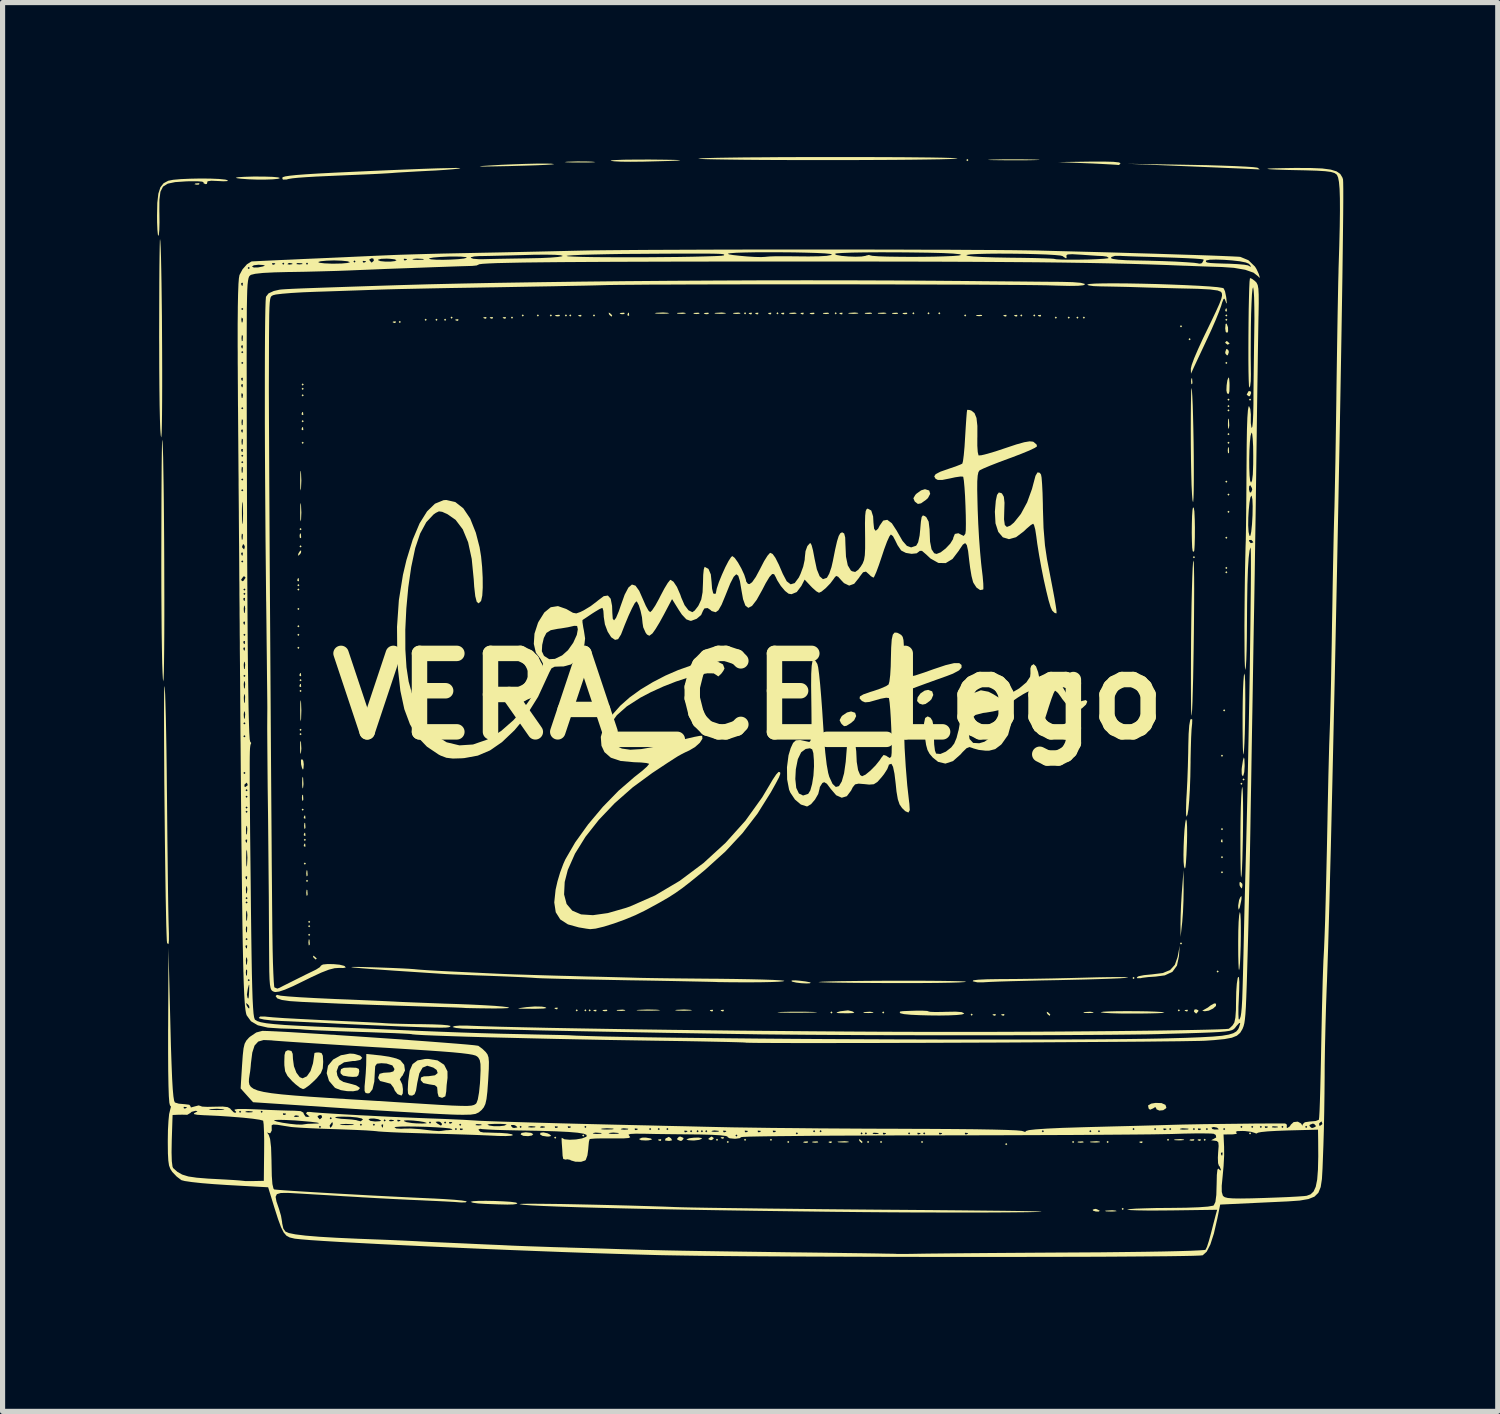
<source format=kicad_pcb>
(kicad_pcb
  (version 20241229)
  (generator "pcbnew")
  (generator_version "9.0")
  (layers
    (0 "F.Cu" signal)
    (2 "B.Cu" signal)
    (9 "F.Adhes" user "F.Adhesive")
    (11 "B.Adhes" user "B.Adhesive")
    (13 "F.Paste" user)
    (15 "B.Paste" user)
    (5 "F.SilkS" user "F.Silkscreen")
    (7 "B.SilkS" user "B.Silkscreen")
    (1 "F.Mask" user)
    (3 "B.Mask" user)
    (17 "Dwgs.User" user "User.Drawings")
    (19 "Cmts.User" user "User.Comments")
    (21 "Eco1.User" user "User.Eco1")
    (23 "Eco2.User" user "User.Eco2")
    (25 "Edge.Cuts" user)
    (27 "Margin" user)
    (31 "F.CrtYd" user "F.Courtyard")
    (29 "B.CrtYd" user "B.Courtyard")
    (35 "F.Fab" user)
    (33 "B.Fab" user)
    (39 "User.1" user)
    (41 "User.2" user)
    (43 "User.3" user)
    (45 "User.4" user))
  (footprint "VERA_CE_Logo"
    (layer "F.Cu")
    (at 11.484 10.475)
    (property "Reference" "VERA_CE_Logo" (at 0 0 0) (layer "F.SilkS") (effects (font (size 1.524 1.524) (thickness 0.3))))
    (attr board_only exclude_from_pos_files exclude_from_bom)
    (fp_poly (pts (xy -8.718 -2.159) (xy -8.739 -2.138) (xy -8.76 -2.159) (xy -8.739 -2.18)) (stroke (width 0) (type solid)) (fill yes) (layer "F.SilkS"))
    (fp_poly (pts (xy -8.718 -2.075) (xy -8.739 -2.054) (xy -8.76 -2.075) (xy -8.739 -2.096)) (stroke (width 0) (type solid)) (fill yes) (layer "F.SilkS"))
    (fp_poly (pts (xy -8.718 -1.698) (xy -8.739 -1.677) (xy -8.76 -1.698) (xy -8.739 -1.718)) (stroke (width 0) (type solid)) (fill yes) (layer "F.SilkS"))
    (fp_poly (pts (xy -8.718 -1.362) (xy -8.739 -1.341) (xy -8.76 -1.362) (xy -8.739 -1.383)) (stroke (width 0) (type solid)) (fill yes) (layer "F.SilkS"))
    (fp_poly (pts (xy -8.718 -1.195) (xy -8.739 -1.174) (xy -8.76 -1.195) (xy -8.739 -1.216)) (stroke (width 0) (type solid)) (fill yes) (layer "F.SilkS"))
    (fp_poly (pts (xy -8.718 -0.943) (xy -8.739 -0.922) (xy -8.76 -0.943) (xy -8.739 -0.964)) (stroke (width 0) (type solid)) (fill yes) (layer "F.SilkS"))
    (fp_poly (pts (xy -8.676 -3.248) (xy -8.697 -3.227) (xy -8.718 -3.248) (xy -8.697 -3.269)) (stroke (width 0) (type solid)) (fill yes) (layer "F.SilkS"))
    (fp_poly (pts (xy -8.676 -2.913) (xy -8.697 -2.892) (xy -8.718 -2.913) (xy -8.697 -2.934)) (stroke (width 0) (type solid)) (fill yes) (layer "F.SilkS"))
    (fp_poly (pts (xy -8.676 -0.314) (xy -8.697 -0.293) (xy -8.718 -0.314) (xy -8.697 -0.335)) (stroke (width 0) (type solid)) (fill yes) (layer "F.SilkS"))
    (fp_poly (pts (xy -8.676 -0.105) (xy -8.697 -0.084) (xy -8.718 -0.105) (xy -8.697 -0.126)) (stroke (width 0) (type solid)) (fill yes) (layer "F.SilkS"))
    (fp_poly (pts (xy -8.676 0.65) (xy -8.697 0.671) (xy -8.718 0.65) (xy -8.697 0.629)) (stroke (width 0) (type solid)) (fill yes) (layer "F.SilkS"))
    (fp_poly (pts (xy -8.676 0.733) (xy -8.697 0.754) (xy -8.718 0.733) (xy -8.697 0.713)) (stroke (width 0) (type solid)) (fill yes) (layer "F.SilkS"))
    (fp_poly (pts (xy -8.634 -6.057) (xy -8.655 -6.036) (xy -8.676 -6.057) (xy -8.655 -6.078)) (stroke (width 0) (type solid)) (fill yes) (layer "F.SilkS"))
    (fp_poly (pts (xy -8.634 -5.973) (xy -8.655 -5.952) (xy -8.676 -5.973) (xy -8.655 -5.994)) (stroke (width 0) (type solid)) (fill yes) (layer "F.SilkS"))
    (fp_poly (pts (xy -8.634 -5.847) (xy -8.655 -5.826) (xy -8.676 -5.847) (xy -8.655 -5.868)) (stroke (width 0) (type solid)) (fill yes) (layer "F.SilkS"))
    (fp_poly (pts (xy -8.634 -5.344) (xy -8.655 -5.323) (xy -8.676 -5.344) (xy -8.655 -5.365)) (stroke (width 0) (type solid)) (fill yes) (layer "F.SilkS"))
    (fp_poly (pts (xy -8.634 -4.925) (xy -8.655 -4.904) (xy -8.676 -4.925) (xy -8.655 -4.946)) (stroke (width 0) (type solid)) (fill yes) (layer "F.SilkS"))
    (fp_poly (pts (xy -8.634 2.2) (xy -8.655 2.221) (xy -8.676 2.2) (xy -8.655 2.18)) (stroke (width 0) (type solid)) (fill yes) (layer "F.SilkS"))
    (fp_poly (pts (xy -8.592 2.787) (xy -8.613 2.808) (xy -8.634 2.787) (xy -8.613 2.766)) (stroke (width 0) (type solid)) (fill yes) (layer "F.SilkS"))
    (fp_poly (pts (xy -8.592 3.248) (xy -8.613 3.269) (xy -8.634 3.248) (xy -8.613 3.227)) (stroke (width 0) (type solid)) (fill yes) (layer "F.SilkS"))
    (fp_poly (pts (xy -8.55 3.584) (xy -8.571 3.605) (xy -8.592 3.584) (xy -8.571 3.563)) (stroke (width 0) (type solid)) (fill yes) (layer "F.SilkS"))
    (fp_poly (pts (xy -8.509 4.38) (xy -8.53 4.401) (xy -8.55 4.38) (xy -8.53 4.359)) (stroke (width 0) (type solid)) (fill yes) (layer "F.SilkS"))
    (fp_poly (pts (xy -8.509 4.464) (xy -8.53 4.485) (xy -8.55 4.464) (xy -8.53 4.443)) (stroke (width 0) (type solid)) (fill yes) (layer "F.SilkS"))
    (fp_poly (pts (xy -8.509 4.632) (xy -8.53 4.652) (xy -8.55 4.632) (xy -8.53 4.611)) (stroke (width 0) (type solid)) (fill yes) (layer "F.SilkS"))
    (fp_poly (pts (xy -6.748 -7.272) (xy -6.769 -7.251) (xy -6.79 -7.272) (xy -6.769 -7.293)) (stroke (width 0) (type solid)) (fill yes) (layer "F.SilkS"))
    (fp_poly (pts (xy -6.245 -7.314) (xy -6.266 -7.293) (xy -6.287 -7.314) (xy -6.266 -7.335)) (stroke (width 0) (type solid)) (fill yes) (layer "F.SilkS"))
    (fp_poly (pts (xy -6.036 -7.314) (xy -6.057 -7.293) (xy -6.078 -7.314) (xy -6.057 -7.335)) (stroke (width 0) (type solid)) (fill yes) (layer "F.SilkS"))
    (fp_poly (pts (xy -5.868 -7.314) (xy -5.889 -7.293) (xy -5.91 -7.314) (xy -5.889 -7.335)) (stroke (width 0) (type solid)) (fill yes) (layer "F.SilkS"))
    (fp_poly (pts (xy -5.742 -7.356) (xy -5.763 -7.335) (xy -5.784 -7.356) (xy -5.763 -7.377)) (stroke (width 0) (type solid)) (fill yes) (layer "F.SilkS"))
    (fp_poly (pts (xy -4.569 -7.356) (xy -4.59 -7.335) (xy -4.611 -7.356) (xy -4.59 -7.377)) (stroke (width 0) (type solid)) (fill yes) (layer "F.SilkS"))
    (fp_poly (pts (xy -4.359 -7.398) (xy -4.38 -7.377) (xy -4.401 -7.398) (xy -4.38 -7.419)) (stroke (width 0) (type solid)) (fill yes) (layer "F.SilkS"))
    (fp_poly (pts (xy -4.066 -7.398) (xy -4.087 -7.377) (xy -4.108 -7.398) (xy -4.087 -7.419)) (stroke (width 0) (type solid)) (fill yes) (layer "F.SilkS"))
    (fp_poly (pts (xy -3.814 -7.398) (xy -3.835 -7.377) (xy -3.856 -7.398) (xy -3.835 -7.419)) (stroke (width 0) (type solid)) (fill yes) (layer "F.SilkS"))
    (fp_poly (pts (xy -3.73 8.571) (xy -3.751 8.592) (xy -3.772 8.571) (xy -3.751 8.55)) (stroke (width 0) (type solid)) (fill yes) (layer "F.SilkS"))
    (fp_poly (pts (xy -3.521 -7.398) (xy -3.542 -7.377) (xy -3.563 -7.398) (xy -3.542 -7.419)) (stroke (width 0) (type solid)) (fill yes) (layer "F.SilkS"))
    (fp_poly (pts (xy -3.437 -7.398) (xy -3.458 -7.377) (xy -3.479 -7.398) (xy -3.458 -7.419)) (stroke (width 0) (type solid)) (fill yes) (layer "F.SilkS"))
    (fp_poly (pts (xy -3.311 6.099) (xy -3.332 6.119) (xy -3.353 6.099) (xy -3.332 6.078)) (stroke (width 0) (type solid)) (fill yes) (layer "F.SilkS"))
    (fp_poly (pts (xy -3.185 8.53) (xy -3.206 8.55) (xy -3.227 8.53) (xy -3.206 8.509)) (stroke (width 0) (type solid)) (fill yes) (layer "F.SilkS"))
    (fp_poly (pts (xy -3.144 6.099) (xy -3.165 6.119) (xy -3.185 6.099) (xy -3.165 6.078)) (stroke (width 0) (type solid)) (fill yes) (layer "F.SilkS"))
    (fp_poly (pts (xy -3.06 6.099) (xy -3.081 6.119) (xy -3.102 6.099) (xy -3.081 6.078)) (stroke (width 0) (type solid)) (fill yes) (layer "F.SilkS"))
    (fp_poly (pts (xy -2.976 -7.398) (xy -2.997 -7.377) (xy -3.018 -7.398) (xy -2.997 -7.419)) (stroke (width 0) (type solid)) (fill yes) (layer "F.SilkS"))
    (fp_poly (pts (xy -0.587 8.613) (xy -0.608 8.634) (xy -0.629 8.613) (xy -0.608 8.592)) (stroke (width 0) (type solid)) (fill yes) (layer "F.SilkS"))
    (fp_poly (pts (xy -0.377 8.655) (xy -0.398 8.676) (xy -0.419 8.655) (xy -0.398 8.634)) (stroke (width 0) (type solid)) (fill yes) (layer "F.SilkS"))
    (fp_poly (pts (xy -0.042 -7.44) (xy -0.063 -7.419) (xy -0.084 -7.44) (xy -0.063 -7.461)) (stroke (width 0) (type solid)) (fill yes) (layer "F.SilkS"))
    (fp_poly (pts (xy -0.042 8.613) (xy -0.063 8.634) (xy -0.084 8.613) (xy -0.063 8.592)) (stroke (width 0) (type solid)) (fill yes) (layer "F.SilkS"))
    (fp_poly (pts (xy 0.461 8.613) (xy 0.44 8.634) (xy 0.419 8.613) (xy 0.44 8.592)) (stroke (width 0) (type solid)) (fill yes) (layer "F.SilkS"))
    (fp_poly (pts (xy 0.587 -7.44) (xy 0.566 -7.419) (xy 0.545 -7.44) (xy 0.566 -7.461)) (stroke (width 0) (type solid)) (fill yes) (layer "F.SilkS"))
    (fp_poly (pts (xy 0.796 8.655) (xy 0.775 8.676) (xy 0.754 8.655) (xy 0.775 8.634)) (stroke (width 0) (type solid)) (fill yes) (layer "F.SilkS"))
    (fp_poly (pts (xy 1.635 6.14) (xy 1.614 6.161) (xy 1.593 6.14) (xy 1.614 6.119)) (stroke (width 0) (type solid)) (fill yes) (layer "F.SilkS"))
    (fp_poly (pts (xy 1.718 -7.44) (xy 1.698 -7.419) (xy 1.677 -7.44) (xy 1.698 -7.461)) (stroke (width 0) (type solid)) (fill yes) (layer "F.SilkS"))
    (fp_poly (pts (xy 2.347 8.655) (xy 2.326 8.676) (xy 2.305 8.655) (xy 2.326 8.634)) (stroke (width 0) (type solid)) (fill yes) (layer "F.SilkS"))
    (fp_poly (pts (xy 2.599 8.655) (xy 2.578 8.676) (xy 2.557 8.655) (xy 2.578 8.634)) (stroke (width 0) (type solid)) (fill yes) (layer "F.SilkS"))
    (fp_poly (pts (xy 2.641 6.14) (xy 2.62 6.161) (xy 2.599 6.14) (xy 2.62 6.119)) (stroke (width 0) (type solid)) (fill yes) (layer "F.SilkS"))
    (fp_poly (pts (xy 3.227 -7.44) (xy 3.206 -7.419) (xy 3.185 -7.44) (xy 3.206 -7.461)) (stroke (width 0) (type solid)) (fill yes) (layer "F.SilkS"))
    (fp_poly (pts (xy 3.395 8.655) (xy 3.374 8.676) (xy 3.353 8.655) (xy 3.374 8.634)) (stroke (width 0) (type solid)) (fill yes) (layer "F.SilkS"))
    (fp_poly (pts (xy 3.521 -7.44) (xy 3.5 -7.419) (xy 3.479 -7.44) (xy 3.5 -7.461)) (stroke (width 0) (type solid)) (fill yes) (layer "F.SilkS"))
    (fp_poly (pts (xy 3.73 -7.44) (xy 3.709 -7.419) (xy 3.688 -7.44) (xy 3.709 -7.461)) (stroke (width 0) (type solid)) (fill yes) (layer "F.SilkS"))
    (fp_poly (pts (xy 4.233 -7.398) (xy 4.212 -7.377) (xy 4.191 -7.398) (xy 4.212 -7.419)) (stroke (width 0) (type solid)) (fill yes) (layer "F.SilkS"))
    (fp_poly (pts (xy 4.275 -10.416) (xy 4.254 -10.395) (xy 4.233 -10.416) (xy 4.254 -10.437)) (stroke (width 0) (type solid)) (fill yes) (layer "F.SilkS"))
    (fp_poly (pts (xy 4.359 6.182) (xy 4.338 6.203) (xy 4.317 6.182) (xy 4.338 6.161)) (stroke (width 0) (type solid)) (fill yes) (layer "F.SilkS"))
    (fp_poly (pts (xy 5.03 8.697) (xy 5.009 8.718) (xy 4.988 8.697) (xy 5.009 8.676)) (stroke (width 0) (type solid)) (fill yes) (layer "F.SilkS"))
    (fp_poly (pts (xy 5.323 -7.398) (xy 5.302 -7.377) (xy 5.281 -7.398) (xy 5.302 -7.419)) (stroke (width 0) (type solid)) (fill yes) (layer "F.SilkS"))
    (fp_poly (pts (xy 5.575 -7.398) (xy 5.554 -7.377) (xy 5.533 -7.398) (xy 5.554 -7.419)) (stroke (width 0) (type solid)) (fill yes) (layer "F.SilkS"))
    (fp_poly (pts (xy 5.994 -7.356) (xy 5.973 -7.335) (xy 5.952 -7.356) (xy 5.973 -7.377)) (stroke (width 0) (type solid)) (fill yes) (layer "F.SilkS"))
    (fp_poly (pts (xy 6.245 -7.356) (xy 6.224 -7.335) (xy 6.203 -7.356) (xy 6.224 -7.377)) (stroke (width 0) (type solid)) (fill yes) (layer "F.SilkS"))
    (fp_poly (pts (xy 6.329 8.655) (xy 6.308 8.676) (xy 6.287 8.655) (xy 6.308 8.634)) (stroke (width 0) (type solid)) (fill yes) (layer "F.SilkS"))
    (fp_poly (pts (xy 6.413 -7.356) (xy 6.392 -7.335) (xy 6.371 -7.356) (xy 6.392 -7.377)) (stroke (width 0) (type solid)) (fill yes) (layer "F.SilkS"))
    (fp_poly (pts (xy 6.539 -7.356) (xy 6.518 -7.335) (xy 6.497 -7.356) (xy 6.518 -7.377)) (stroke (width 0) (type solid)) (fill yes) (layer "F.SilkS"))
    (fp_poly (pts (xy 7 8.655) (xy 6.979 8.676) (xy 6.958 8.655) (xy 6.979 8.634)) (stroke (width 0) (type solid)) (fill yes) (layer "F.SilkS"))
    (fp_poly (pts (xy 7.293 9.955) (xy 7.272 9.976) (xy 7.251 9.955) (xy 7.272 9.934)) (stroke (width 0) (type solid)) (fill yes) (layer "F.SilkS"))
    (fp_poly (pts (xy 7.503 5.47) (xy 7.482 5.491) (xy 7.461 5.47) (xy 7.482 5.449)) (stroke (width 0) (type solid)) (fill yes) (layer "F.SilkS"))
    (fp_poly (pts (xy 8.173 8.613) (xy 8.152 8.634) (xy 8.131 8.613) (xy 8.152 8.592)) (stroke (width 0) (type solid)) (fill yes) (layer "F.SilkS"))
    (fp_poly (pts (xy 8.383 6.099) (xy 8.362 6.119) (xy 8.341 6.099) (xy 8.362 6.078)) (stroke (width 0) (type solid)) (fill yes) (layer "F.SilkS"))
    (fp_poly (pts (xy 8.425 -7.188) (xy 8.404 -7.167) (xy 8.383 -7.188) (xy 8.404 -7.209)) (stroke (width 0) (type solid)) (fill yes) (layer "F.SilkS"))
    (fp_poly (pts (xy 8.425 4.799) (xy 8.404 4.82) (xy 8.383 4.799) (xy 8.404 4.778)) (stroke (width 0) (type solid)) (fill yes) (layer "F.SilkS"))
    (fp_poly (pts (xy 8.592 -6.937) (xy 8.571 -6.916) (xy 8.55 -6.937) (xy 8.571 -6.958)) (stroke (width 0) (type solid)) (fill yes) (layer "F.SilkS"))
    (fp_poly (pts (xy 8.676 -2.703) (xy 8.655 -2.683) (xy 8.634 -2.703) (xy 8.655 -2.724)) (stroke (width 0) (type solid)) (fill yes) (layer "F.SilkS"))
    (fp_poly (pts (xy 8.886 8.613) (xy 8.865 8.634) (xy 8.844 8.613) (xy 8.865 8.592)) (stroke (width 0) (type solid)) (fill yes) (layer "F.SilkS"))
    (fp_poly (pts (xy 9.137 5.344) (xy 9.116 5.365) (xy 9.095 5.344) (xy 9.116 5.323)) (stroke (width 0) (type solid)) (fill yes) (layer "F.SilkS"))
    (fp_poly (pts (xy 9.221 1.153) (xy 9.2 1.174) (xy 9.179 1.153) (xy 9.2 1.132)) (stroke (width 0) (type solid)) (fill yes) (layer "F.SilkS"))
    (fp_poly (pts (xy 9.221 2.578) (xy 9.2 2.599) (xy 9.179 2.578) (xy 9.2 2.557)) (stroke (width 0) (type solid)) (fill yes) (layer "F.SilkS"))
    (fp_poly (pts (xy 9.221 3.123) (xy 9.2 3.144) (xy 9.179 3.123) (xy 9.2 3.102)) (stroke (width 0) (type solid)) (fill yes) (layer "F.SilkS"))
    (fp_poly (pts (xy 9.221 3.416) (xy 9.2 3.437) (xy 9.179 3.416) (xy 9.2 3.395)) (stroke (width 0) (type solid)) (fill yes) (layer "F.SilkS"))
    (fp_poly (pts (xy 9.263 0.272) (xy 9.242 0.293) (xy 9.221 0.272) (xy 9.242 0.251)) (stroke (width 0) (type solid)) (fill yes) (layer "F.SilkS"))
    (fp_poly (pts (xy 9.305 -7.398) (xy 9.284 -7.377) (xy 9.263 -7.398) (xy 9.284 -7.419)) (stroke (width 0) (type solid)) (fill yes) (layer "F.SilkS"))
    (fp_poly (pts (xy 9.305 -7.314) (xy 9.284 -7.293) (xy 9.263 -7.314) (xy 9.284 -7.335)) (stroke (width 0) (type solid)) (fill yes) (layer "F.SilkS"))
    (fp_poly (pts (xy 9.305 -6.476) (xy 9.284 -6.455) (xy 9.263 -6.476) (xy 9.284 -6.497)) (stroke (width 0) (type solid)) (fill yes) (layer "F.SilkS"))
    (fp_poly (pts (xy 9.305 -4.17) (xy 9.284 -4.15) (xy 9.263 -4.17) (xy 9.284 -4.191)) (stroke (width 0) (type solid)) (fill yes) (layer "F.SilkS"))
    (fp_poly (pts (xy 9.305 -3.081) (xy 9.284 -3.06) (xy 9.263 -3.081) (xy 9.284 -3.102)) (stroke (width 0) (type solid)) (fill yes) (layer "F.SilkS"))
    (fp_poly (pts (xy 9.305 -2.494) (xy 9.284 -2.473) (xy 9.263 -2.494) (xy 9.284 -2.515)) (stroke (width 0) (type solid)) (fill yes) (layer "F.SilkS"))
    (fp_poly (pts (xy 9.305 -2.41) (xy 9.284 -2.389) (xy 9.263 -2.41) (xy 9.284 -2.431)) (stroke (width 0) (type solid)) (fill yes) (layer "F.SilkS"))
    (fp_poly (pts (xy 9.347 -5.763) (xy 9.326 -5.742) (xy 9.305 -5.763) (xy 9.326 -5.784)) (stroke (width 0) (type solid)) (fill yes) (layer "F.SilkS"))
    (fp_poly (pts (xy 9.347 -5.637) (xy 9.326 -5.617) (xy 9.305 -5.637) (xy 9.326 -5.658)) (stroke (width 0) (type solid)) (fill yes) (layer "F.SilkS"))
    (fp_poly (pts (xy 9.347 -5.554) (xy 9.326 -5.533) (xy 9.305 -5.554) (xy 9.326 -5.575)) (stroke (width 0) (type solid)) (fill yes) (layer "F.SilkS"))
    (fp_poly (pts (xy 9.347 -5.093) (xy 9.326 -5.072) (xy 9.305 -5.093) (xy 9.326 -5.114)) (stroke (width 0) (type solid)) (fill yes) (layer "F.SilkS"))
    (fp_poly (pts (xy 9.347 -4.925) (xy 9.326 -4.904) (xy 9.305 -4.925) (xy 9.326 -4.946)) (stroke (width 0) (type solid)) (fill yes) (layer "F.SilkS"))
    (fp_poly (pts (xy 9.347 -3.919) (xy 9.326 -3.898) (xy 9.305 -3.919) (xy 9.326 -3.94)) (stroke (width 0) (type solid)) (fill yes) (layer "F.SilkS"))
    (fp_poly (pts (xy 9.347 -3.584) (xy 9.326 -3.563) (xy 9.305 -3.584) (xy 9.326 -3.605)) (stroke (width 0) (type solid)) (fill yes) (layer "F.SilkS"))
    (fp_poly (pts (xy 9.598 1.698) (xy 9.577 1.718) (xy 9.556 1.698) (xy 9.577 1.677)) (stroke (width 0) (type solid)) (fill yes) (layer "F.SilkS"))
    (fp_poly (pts (xy 9.64 1.614) (xy 9.619 1.635) (xy 9.598 1.614) (xy 9.619 1.593)) (stroke (width 0) (type solid)) (fill yes) (layer "F.SilkS"))
    (fp_poly (pts (xy 9.766 -5.763) (xy 9.745 -5.742) (xy 9.724 -5.763) (xy 9.745 -5.784)) (stroke (width 0) (type solid)) (fill yes) (layer "F.SilkS"))
    (fp_poly (pts (xy 9.766 8.488) (xy 9.745 8.509) (xy 9.724 8.488) (xy 9.745 8.467)) (stroke (width 0) (type solid)) (fill yes) (layer "F.SilkS"))
    (fp_poly (pts (xy -10.658 -9.959) (xy -10.67 -9.94) (xy -10.713 -9.937) (xy -10.757 -9.947) (xy -10.738 -9.962) (xy -10.672 -9.967)) (stroke (width 0) (type solid)) (fill yes) (layer "F.SilkS"))
    (fp_poly (pts (xy -8.732 -2.291) (xy -8.727 -2.242) (xy -8.732 -2.235) (xy -8.757 -2.241) (xy -8.76 -2.263) (xy -8.745 -2.298)) (stroke (width 0) (type solid)) (fill yes) (layer "F.SilkS"))
    (fp_poly (pts (xy -8.69 -0.447) (xy -8.685 -0.397) (xy -8.69 -0.391) (xy -8.715 -0.397) (xy -8.718 -0.419) (xy -8.703 -0.454)) (stroke (width 0) (type solid)) (fill yes) (layer "F.SilkS"))
    (fp_poly (pts (xy -8.69 -0.238) (xy -8.685 -0.188) (xy -8.69 -0.182) (xy -8.715 -0.187) (xy -8.718 -0.21) (xy -8.703 -0.244)) (stroke (width 0) (type solid)) (fill yes) (layer "F.SilkS"))
    (fp_poly (pts (xy -8.69 -3.151) (xy -8.685 -3.086) (xy -8.693 -3.071) (xy -8.712 -3.084) (xy -8.715 -3.126) (xy -8.705 -3.171)) (stroke (width 0) (type solid)) (fill yes) (layer "F.SilkS"))
    (fp_poly (pts (xy -8.648 1.918) (xy -8.643 2.003) (xy -8.648 2.022) (xy -8.664 2.028) (xy -8.67 1.97) (xy -8.663 1.91)) (stroke (width 0) (type solid)) (fill yes) (layer "F.SilkS"))
    (fp_poly (pts (xy -8.648 -5.519) (xy -8.643 -5.469) (xy -8.648 -5.463) (xy -8.673 -5.469) (xy -8.676 -5.491) (xy -8.661 -5.525)) (stroke (width 0) (type solid)) (fill yes) (layer "F.SilkS"))
    (fp_poly (pts (xy -8.648 -5.225) (xy -8.643 -5.176) (xy -8.648 -5.169) (xy -8.673 -5.175) (xy -8.676 -5.197) (xy -8.661 -5.232)) (stroke (width 0) (type solid)) (fill yes) (layer "F.SilkS"))
    (fp_poly (pts (xy -8.607 2.462) (xy -8.601 2.548) (xy -8.607 2.567) (xy -8.622 2.573) (xy -8.628 2.515) (xy -8.621 2.455)) (stroke (width 0) (type solid)) (fill yes) (layer "F.SilkS"))
    (fp_poly (pts (xy -8.606 2.319) (xy -8.601 2.369) (xy -8.606 2.375) (xy -8.631 2.369) (xy -8.634 2.347) (xy -8.619 2.313)) (stroke (width 0) (type solid)) (fill yes) (layer "F.SilkS"))
    (fp_poly (pts (xy -8.606 2.655) (xy -8.601 2.704) (xy -8.606 2.71) (xy -8.631 2.705) (xy -8.634 2.683) (xy -8.619 2.648)) (stroke (width 0) (type solid)) (fill yes) (layer "F.SilkS"))
    (fp_poly (pts (xy -8.606 2.864) (xy -8.601 2.914) (xy -8.606 2.92) (xy -8.631 2.914) (xy -8.634 2.892) (xy -8.619 2.858)) (stroke (width 0) (type solid)) (fill yes) (layer "F.SilkS"))
    (fp_poly (pts (xy -8.565 3.385) (xy -8.559 3.47) (xy -8.565 3.489) (xy -8.58 3.495) (xy -8.586 3.437) (xy -8.579 3.377)) (stroke (width 0) (type solid)) (fill yes) (layer "F.SilkS"))
    (fp_poly (pts (xy -8.565 3.762) (xy -8.559 3.848) (xy -8.565 3.867) (xy -8.58 3.872) (xy -8.586 3.814) (xy -8.579 3.755)) (stroke (width 0) (type solid)) (fill yes) (layer "F.SilkS"))
    (fp_poly (pts (xy -8.523 4.726) (xy -8.517 4.812) (xy -8.523 4.831) (xy -8.538 4.836) (xy -8.544 4.778) (xy -8.537 4.719)) (stroke (width 0) (type solid)) (fill yes) (layer "F.SilkS"))
    (fp_poly (pts (xy -6.846 -7.279) (xy -6.852 -7.254) (xy -6.874 -7.251) (xy -6.908 -7.266) (xy -6.902 -7.279) (xy -6.852 -7.284)) (stroke (width 0) (type solid)) (fill yes) (layer "F.SilkS"))
    (fp_poly (pts (xy -5.63 -7.321) (xy -5.636 -7.296) (xy -5.658 -7.293) (xy -5.693 -7.308) (xy -5.686 -7.321) (xy -5.637 -7.326)) (stroke (width 0) (type solid)) (fill yes) (layer "F.SilkS"))
    (fp_poly (pts (xy -5.086 -7.363) (xy -5.091 -7.338) (xy -5.114 -7.335) (xy -5.148 -7.35) (xy -5.141 -7.363) (xy -5.092 -7.368)) (stroke (width 0) (type solid)) (fill yes) (layer "F.SilkS"))
    (fp_poly (pts (xy -4.96 -7.363) (xy -4.966 -7.338) (xy -4.988 -7.335) (xy -5.022 -7.35) (xy -5.016 -7.363) (xy -4.966 -7.368)) (stroke (width 0) (type solid)) (fill yes) (layer "F.SilkS"))
    (fp_poly (pts (xy -4.708 -7.363) (xy -4.714 -7.338) (xy -4.736 -7.335) (xy -4.771 -7.35) (xy -4.764 -7.363) (xy -4.715 -7.368)) (stroke (width 0) (type solid)) (fill yes) (layer "F.SilkS"))
    (fp_poly (pts (xy -3.702 6.05) (xy -3.708 6.075) (xy -3.73 6.078) (xy -3.765 6.062) (xy -3.758 6.05) (xy -3.709 6.045)) (stroke (width 0) (type solid)) (fill yes) (layer "F.SilkS"))
    (fp_poly (pts (xy -3.658 -7.402) (xy -3.67 -7.383) (xy -3.713 -7.38) (xy -3.758 -7.39) (xy -3.738 -7.406) (xy -3.673 -7.411)) (stroke (width 0) (type solid)) (fill yes) (layer "F.SilkS"))
    (fp_poly (pts (xy -3.241 -7.405) (xy -3.247 -7.38) (xy -3.269 -7.377) (xy -3.304 -7.392) (xy -3.297 -7.405) (xy -3.248 -7.41)) (stroke (width 0) (type solid)) (fill yes) (layer "F.SilkS"))
    (fp_poly (pts (xy -2.948 6.092) (xy -2.954 6.116) (xy -2.976 6.119) (xy -3.01 6.104) (xy -3.004 6.092) (xy -2.954 6.087)) (stroke (width 0) (type solid)) (fill yes) (layer "F.SilkS"))
    (fp_poly (pts (xy -2.736 6.094) (xy -2.748 6.113) (xy -2.791 6.116) (xy -2.836 6.106) (xy -2.816 6.091) (xy -2.751 6.086)) (stroke (width 0) (type solid)) (fill yes) (layer "F.SilkS"))
    (fp_poly (pts (xy -2.4 -7.444) (xy -2.413 -7.425) (xy -2.455 -7.422) (xy -2.5 -7.432) (xy -2.481 -7.447) (xy -2.415 -7.452)) (stroke (width 0) (type solid)) (fill yes) (layer "F.SilkS"))
    (fp_poly (pts (xy -2.319 -7.447) (xy -2.314 -7.397) (xy -2.319 -7.391) (xy -2.344 -7.397) (xy -2.347 -7.419) (xy -2.332 -7.453)) (stroke (width 0) (type solid)) (fill yes) (layer "F.SilkS"))
    (fp_poly (pts (xy -1.691 8.606) (xy -1.696 8.631) (xy -1.718 8.634) (xy -1.753 8.619) (xy -1.746 8.606) (xy -1.697 8.601)) (stroke (width 0) (type solid)) (fill yes) (layer "F.SilkS"))
    (fp_poly (pts (xy -0.954 -7.447) (xy -0.948 -7.431) (xy -1.006 -7.425) (xy -1.065 -7.432) (xy -1.058 -7.447) (xy -0.973 -7.452)) (stroke (width 0) (type solid)) (fill yes) (layer "F.SilkS"))
    (fp_poly (pts (xy -0.766 -7.444) (xy -0.778 -7.425) (xy -0.821 -7.422) (xy -0.866 -7.432) (xy -0.846 -7.447) (xy -0.781 -7.452)) (stroke (width 0) (type solid)) (fill yes) (layer "F.SilkS"))
    (fp_poly (pts (xy -0.685 6.092) (xy -0.69 6.116) (xy -0.713 6.119) (xy -0.747 6.104) (xy -0.74 6.092) (xy -0.691 6.087)) (stroke (width 0) (type solid)) (fill yes) (layer "F.SilkS"))
    (fp_poly (pts (xy -0.475 6.092) (xy -0.481 6.116) (xy -0.503 6.119) (xy -0.537 6.104) (xy -0.531 6.092) (xy -0.481 6.087)) (stroke (width 0) (type solid)) (fill yes) (layer "F.SilkS"))
    (fp_poly (pts (xy -0.475 8.564) (xy -0.481 8.589) (xy -0.503 8.592) (xy -0.537 8.577) (xy -0.531 8.564) (xy -0.481 8.559)) (stroke (width 0) (type solid)) (fill yes) (layer "F.SilkS"))
    (fp_poly (pts (xy 0.07 -7.447) (xy 0.064 -7.422) (xy 0.042 -7.419) (xy 0.007 -7.434) (xy 0.014 -7.447) (xy 0.064 -7.452)) (stroke (width 0) (type solid)) (fill yes) (layer "F.SilkS"))
    (fp_poly (pts (xy 0.196 -7.447) (xy 0.19 -7.422) (xy 0.168 -7.419) (xy 0.133 -7.434) (xy 0.14 -7.447) (xy 0.189 -7.452)) (stroke (width 0) (type solid)) (fill yes) (layer "F.SilkS"))
    (fp_poly (pts (xy 0.447 -7.447) (xy 0.441 -7.422) (xy 0.419 -7.419) (xy 0.385 -7.434) (xy 0.391 -7.447) (xy 0.441 -7.452)) (stroke (width 0) (type solid)) (fill yes) (layer "F.SilkS"))
    (fp_poly (pts (xy 0.699 -7.447) (xy 0.693 -7.422) (xy 0.671 -7.419) (xy 0.636 -7.434) (xy 0.643 -7.447) (xy 0.692 -7.452)) (stroke (width 0) (type solid)) (fill yes) (layer "F.SilkS"))
    (fp_poly (pts (xy 1.076 -7.447) (xy 1.07 -7.422) (xy 1.048 -7.419) (xy 1.013 -7.434) (xy 1.02 -7.447) (xy 1.07 -7.452)) (stroke (width 0) (type solid)) (fill yes) (layer "F.SilkS"))
    (fp_poly (pts (xy 1.162 8.651) (xy 1.15 8.67) (xy 1.107 8.673) (xy 1.063 8.663) (xy 1.082 8.648) (xy 1.147 8.643)) (stroke (width 0) (type solid)) (fill yes) (layer "F.SilkS"))
    (fp_poly (pts (xy 1.288 -7.444) (xy 1.275 -7.425) (xy 1.233 -7.422) (xy 1.188 -7.432) (xy 1.208 -7.447) (xy 1.273 -7.452)) (stroke (width 0) (type solid)) (fill yes) (layer "F.SilkS"))
    (fp_poly (pts (xy 1.352 8.648) (xy 1.357 8.664) (xy 1.299 8.67) (xy 1.24 8.663) (xy 1.247 8.648) (xy 1.333 8.643)) (stroke (width 0) (type solid)) (fill yes) (layer "F.SilkS"))
    (fp_poly (pts (xy 1.561 -7.447) (xy 1.567 -7.431) (xy 1.509 -7.425) (xy 1.449 -7.432) (xy 1.457 -7.447) (xy 1.542 -7.452)) (stroke (width 0) (type solid)) (fill yes) (layer "F.SilkS"))
    (fp_poly (pts (xy 1.621 8.648) (xy 1.615 8.673) (xy 1.593 8.676) (xy 1.558 8.661) (xy 1.565 8.648) (xy 1.615 8.643)) (stroke (width 0) (type solid)) (fill yes) (layer "F.SilkS"))
    (fp_poly (pts (xy 1.83 -7.447) (xy 1.825 -7.422) (xy 1.802 -7.419) (xy 1.768 -7.434) (xy 1.774 -7.447) (xy 1.824 -7.452)) (stroke (width 0) (type solid)) (fill yes) (layer "F.SilkS"))
    (fp_poly (pts (xy 2.903 -7.447) (xy 2.908 -7.431) (xy 2.85 -7.425) (xy 2.791 -7.432) (xy 2.798 -7.447) (xy 2.884 -7.452)) (stroke (width 0) (type solid)) (fill yes) (layer "F.SilkS"))
    (fp_poly (pts (xy 3.09 -7.444) (xy 3.078 -7.425) (xy 3.035 -7.422) (xy 2.991 -7.432) (xy 3.01 -7.447) (xy 3.075 -7.452)) (stroke (width 0) (type solid)) (fill yes) (layer "F.SilkS"))
    (fp_poly (pts (xy 4.537 -7.405) (xy 4.542 -7.389) (xy 4.485 -7.384) (xy 4.425 -7.39) (xy 4.432 -7.405) (xy 4.518 -7.41)) (stroke (width 0) (type solid)) (fill yes) (layer "F.SilkS"))
    (fp_poly (pts (xy 4.806 6.175) (xy 4.8 6.2) (xy 4.778 6.203) (xy 4.744 6.188) (xy 4.75 6.175) (xy 4.8 6.17)) (stroke (width 0) (type solid)) (fill yes) (layer "F.SilkS"))
    (fp_poly (pts (xy 4.974 6.175) (xy 4.968 6.2) (xy 4.946 6.203) (xy 4.911 6.188) (xy 4.918 6.175) (xy 4.968 6.17)) (stroke (width 0) (type solid)) (fill yes) (layer "F.SilkS"))
    (fp_poly (pts (xy 5.016 -7.405) (xy 5.01 -7.38) (xy 4.988 -7.377) (xy 4.953 -7.392) (xy 4.96 -7.405) (xy 5.01 -7.41)) (stroke (width 0) (type solid)) (fill yes) (layer "F.SilkS"))
    (fp_poly (pts (xy 5.225 -7.405) (xy 5.22 -7.38) (xy 5.197 -7.377) (xy 5.163 -7.392) (xy 5.169 -7.405) (xy 5.219 -7.41)) (stroke (width 0) (type solid)) (fill yes) (layer "F.SilkS"))
    (fp_poly (pts (xy 5.686 -7.405) (xy 5.681 -7.38) (xy 5.658 -7.377) (xy 5.624 -7.392) (xy 5.63 -7.405) (xy 5.68 -7.41)) (stroke (width 0) (type solid)) (fill yes) (layer "F.SilkS"))
    (fp_poly (pts (xy 6.507 8.648) (xy 6.512 8.664) (xy 6.455 8.67) (xy 6.395 8.663) (xy 6.402 8.648) (xy 6.488 8.643)) (stroke (width 0) (type solid)) (fill yes) (layer "F.SilkS"))
    (fp_poly (pts (xy 7.656 8.648) (xy 7.651 8.673) (xy 7.628 8.676) (xy 7.594 8.661) (xy 7.6 8.648) (xy 7.65 8.643)) (stroke (width 0) (type solid)) (fill yes) (layer "F.SilkS"))
    (fp_poly (pts (xy 8.537 6.092) (xy 8.531 6.116) (xy 8.509 6.119) (xy 8.474 6.104) (xy 8.481 6.092) (xy 8.53 6.087)) (stroke (width 0) (type solid)) (fill yes) (layer "F.SilkS"))
    (fp_poly (pts (xy 8.62 -6.172) (xy 8.626 -6.086) (xy 8.62 -6.067) (xy 8.605 -6.062) (xy 8.599 -6.119) (xy 8.606 -6.179)) (stroke (width 0) (type solid)) (fill yes) (layer "F.SilkS"))
    (fp_poly (pts (xy 8.665 8.609) (xy 8.652 8.628) (xy 8.61 8.631) (xy 8.565 8.621) (xy 8.585 8.606) (xy 8.65 8.601)) (stroke (width 0) (type solid)) (fill yes) (layer "F.SilkS"))
    (fp_poly (pts (xy 8.788 8.606) (xy 8.782 8.631) (xy 8.76 8.634) (xy 8.726 8.619) (xy 8.732 8.606) (xy 8.782 8.601)) (stroke (width 0) (type solid)) (fill yes) (layer "F.SilkS"))
    (fp_poly (pts (xy 9.207 2.78) (xy 9.212 2.83) (xy 9.207 2.836) (xy 9.182 2.83) (xy 9.179 2.808) (xy 9.195 2.774)) (stroke (width 0) (type solid)) (fill yes) (layer "F.SilkS"))
    (fp_poly (pts (xy 9.291 -7.531) (xy 9.296 -7.481) (xy 9.291 -7.475) (xy 9.266 -7.48) (xy 9.263 -7.503) (xy 9.278 -7.537)) (stroke (width 0) (type solid)) (fill yes) (layer "F.SilkS"))
    (fp_poly (pts (xy 9.333 -4.831) (xy 9.338 -4.745) (xy 9.333 -4.726) (xy 9.317 -4.721) (xy 9.312 -4.778) (xy 9.318 -4.838)) (stroke (width 0) (type solid)) (fill yes) (layer "F.SilkS"))
    (fp_poly (pts (xy -8.689 -2.786) (xy -8.713 -2.755) (xy -8.748 -2.729) (xy -8.739 -2.771) (xy -8.736 -2.779) (xy -8.703 -2.83) (xy -8.684 -2.83)) (stroke (width 0) (type solid)) (fill yes) (layer "F.SilkS"))
    (fp_poly (pts (xy -8.431 5.047) (xy -8.387 5.086) (xy -8.383 5.095) (xy -8.403 5.112) (xy -8.444 5.074) (xy -8.45 5.065) (xy -8.455 5.036)) (stroke (width 0) (type solid)) (fill yes) (layer "F.SilkS"))
    (fp_poly (pts (xy -2.689 -7.444) (xy -2.644 -7.402) (xy -2.653 -7.377) (xy -2.659 -7.377) (xy -2.695 -7.407) (xy -2.707 -7.425) (xy -2.712 -7.454)) (stroke (width 0) (type solid)) (fill yes) (layer "F.SilkS"))
    (fp_poly (pts (xy 2.173 8.609) (xy 2.218 8.652) (xy 2.209 8.676) (xy 2.203 8.676) (xy 2.168 8.646) (xy 2.155 8.628) (xy 2.15 8.599)) (stroke (width 0) (type solid)) (fill yes) (layer "F.SilkS"))
    (fp_poly (pts (xy 5.82 6.136) (xy 5.865 6.179) (xy 5.855 6.203) (xy 5.85 6.203) (xy 5.814 6.174) (xy 5.801 6.155) (xy 5.796 6.126)) (stroke (width 0) (type solid)) (fill yes) (layer "F.SilkS"))
    (fp_poly (pts (xy 6.77 9.961) (xy 6.828 9.992) (xy 6.804 10.007) (xy 6.751 10.006) (xy 6.694 9.988) (xy 6.69 9.969) (xy 6.739 9.954)) (stroke (width 0) (type solid)) (fill yes) (layer "F.SilkS"))
    (fp_poly (pts (xy -8.688 0.891) (xy -8.681 1.015) (xy -8.689 1.101) (xy -8.698 1.118) (xy -8.705 1.063) (xy -8.706 0.985) (xy -8.703 0.89) (xy -8.696 0.862)) (stroke (width 0) (type solid)) (fill yes) (layer "F.SilkS"))
    (fp_poly (pts (xy -8.647 1.582) (xy -8.64 1.704) (xy -8.647 1.771) (xy -8.657 1.791) (xy -8.664 1.738) (xy -8.665 1.677) (xy -8.662 1.586) (xy -8.653 1.561)) (stroke (width 0) (type solid)) (fill yes) (layer "F.SilkS"))
    (fp_poly (pts (xy -8.643 1.251) (xy -8.634 1.32) (xy -8.64 1.399) (xy -8.65 1.425) (xy -8.669 1.389) (xy -8.686 1.32) (xy -8.689 1.242) (xy -8.67 1.216)) (stroke (width 0) (type solid)) (fill yes) (layer "F.SilkS"))
    (fp_poly (pts (xy -2.4 6.091) (xy -2.387 6.103) (xy -2.444 6.109) (xy -2.473 6.11) (xy -2.549 6.105) (xy -2.558 6.094) (xy -2.546 6.091) (xy -2.44 6.084)) (stroke (width 0) (type solid)) (fill yes) (layer "F.SilkS"))
    (fp_poly (pts (xy -1.561 -7.449) (xy -1.535 -7.44) (xy -1.583 -7.433) (xy -1.677 -7.431) (xy -1.78 -7.434) (xy -1.819 -7.441) (xy -1.792 -7.449) (xy -1.656 -7.456)) (stroke (width 0) (type solid)) (fill yes) (layer "F.SilkS"))
    (fp_poly (pts (xy -1.501 8.584) (xy -1.48 8.622) (xy -1.531 8.634) (xy -1.551 8.634) (xy -1.617 8.626) (xy -1.611 8.594) (xy -1.601 8.584) (xy -1.544 8.555)) (stroke (width 0) (type solid)) (fill yes) (layer "F.SilkS"))
    (fp_poly (pts (xy -1.265 8.573) (xy -1.257 8.592) (xy -1.291 8.63) (xy -1.32 8.634) (xy -1.376 8.612) (xy -1.383 8.592) (xy -1.349 8.555) (xy -1.32 8.55)) (stroke (width 0) (type solid)) (fill yes) (layer "F.SilkS"))
    (fp_poly (pts (xy -1.226 -7.448) (xy -1.213 -7.436) (xy -1.271 -7.429) (xy -1.299 -7.429) (xy -1.376 -7.433) (xy -1.385 -7.444) (xy -1.373 -7.448) (xy -1.266 -7.454)) (stroke (width 0) (type solid)) (fill yes) (layer "F.SilkS"))
    (fp_poly (pts (xy -0.671 8.579) (xy -0.671 8.585) (xy -0.705 8.617) (xy -0.732 8.62) (xy -0.774 8.602) (xy -0.771 8.585) (xy -0.716 8.551) (xy -0.71 8.55)) (stroke (width 0) (type solid)) (fill yes) (layer "F.SilkS"))
    (fp_poly (pts (xy -0.451 -7.448) (xy -0.431 -7.438) (xy -0.483 -7.431) (xy -0.545 -7.43) (xy -0.636 -7.433) (xy -0.66 -7.442) (xy -0.639 -7.448) (xy -0.517 -7.455)) (stroke (width 0) (type solid)) (fill yes) (layer "F.SilkS"))
    (fp_poly (pts (xy -0.156 -7.446) (xy -0.155 -7.433) (xy -0.221 -7.427) (xy -0.231 -7.427) (xy -0.296 -7.433) (xy -0.289 -7.446) (xy -0.282 -7.448) (xy -0.191 -7.454)) (stroke (width 0) (type solid)) (fill yes) (layer "F.SilkS"))
    (fp_poly (pts (xy 0.933 -7.446) (xy 0.935 -7.433) (xy 0.869 -7.427) (xy 0.859 -7.427) (xy 0.794 -7.433) (xy 0.8 -7.446) (xy 0.808 -7.448) (xy 0.899 -7.454)) (stroke (width 0) (type solid)) (fill yes) (layer "F.SilkS"))
    (fp_poly (pts (xy 1.939 8.647) (xy 1.958 8.657) (xy 1.906 8.664) (xy 1.844 8.665) (xy 1.754 8.662) (xy 1.729 8.653) (xy 1.75 8.647) (xy 1.872 8.64)) (stroke (width 0) (type solid)) (fill yes) (layer "F.SilkS"))
    (fp_poly (pts (xy 2.128 -7.448) (xy 2.137 -7.436) (xy 2.077 -7.43) (xy 2.033 -7.429) (xy 1.952 -7.434) (xy 1.939 -7.443) (xy 1.96 -7.448) (xy 2.069 -7.455)) (stroke (width 0) (type solid)) (fill yes) (layer "F.SilkS"))
    (fp_poly (pts (xy 2.4 -7.446) (xy 2.402 -7.433) (xy 2.336 -7.427) (xy 2.326 -7.427) (xy 2.261 -7.433) (xy 2.267 -7.446) (xy 2.275 -7.448) (xy 2.366 -7.454)) (stroke (width 0) (type solid)) (fill yes) (layer "F.SilkS"))
    (fp_poly (pts (xy 2.421 6.133) (xy 2.431 6.144) (xy 2.371 6.15) (xy 2.326 6.151) (xy 2.245 6.147) (xy 2.233 6.137) (xy 2.253 6.132) (xy 2.363 6.125)) (stroke (width 0) (type solid)) (fill yes) (layer "F.SilkS"))
    (fp_poly (pts (xy 2.672 -7.448) (xy 2.685 -7.436) (xy 2.627 -7.429) (xy 2.599 -7.429) (xy 2.522 -7.433) (xy 2.513 -7.444) (xy 2.525 -7.448) (xy 2.632 -7.454)) (stroke (width 0) (type solid)) (fill yes) (layer "F.SilkS"))
    (fp_poly (pts (xy 6.696 6.133) (xy 6.706 6.144) (xy 6.646 6.15) (xy 6.601 6.151) (xy 6.52 6.147) (xy 6.508 6.137) (xy 6.529 6.132) (xy 6.638 6.125)) (stroke (width 0) (type solid)) (fill yes) (layer "F.SilkS"))
    (fp_poly (pts (xy 6.822 8.647) (xy 6.832 8.659) (xy 6.772 8.665) (xy 6.727 8.666) (xy 6.646 8.662) (xy 6.634 8.652) (xy 6.654 8.647) (xy 6.764 8.64)) (stroke (width 0) (type solid)) (fill yes) (layer "F.SilkS"))
    (fp_poly (pts (xy 7.136 9.988) (xy 7.156 9.998) (xy 7.103 10.005) (xy 7.042 10.006) (xy 6.951 10.003) (xy 6.926 9.994) (xy 6.947 9.988) (xy 7.069 9.981)) (stroke (width 0) (type solid)) (fill yes) (layer "F.SilkS"))
    (fp_poly (pts (xy 8.457 8.606) (xy 8.466 8.617) (xy 8.406 8.623) (xy 8.362 8.624) (xy 8.281 8.62) (xy 8.268 8.61) (xy 8.289 8.605) (xy 8.398 8.598)) (stroke (width 0) (type solid)) (fill yes) (layer "F.SilkS"))
    (fp_poly (pts (xy 8.742 6.097) (xy 8.739 6.119) (xy 8.703 6.159) (xy 8.697 6.161) (xy 8.664 6.132) (xy 8.655 6.119) (xy 8.665 6.084) (xy 8.697 6.078)) (stroke (width 0) (type solid)) (fill yes) (layer "F.SilkS"))
    (fp_poly (pts (xy 9.305 -6.895) (xy 9.345 -6.857) (xy 9.347 -6.85) (xy 9.314 -6.832) (xy 9.305 -6.832) (xy 9.265 -6.864) (xy 9.263 -6.876) (xy 9.289 -6.901)) (stroke (width 0) (type solid)) (fill yes) (layer "F.SilkS"))
    (fp_poly (pts (xy 9.317 -7.168) (xy 9.317 -7.167) (xy 9.319 -7.089) (xy 9.301 -7.06) (xy 9.273 -7.077) (xy 9.263 -7.144) (xy 9.27 -7.233) (xy 9.29 -7.241)) (stroke (width 0) (type solid)) (fill yes) (layer "F.SilkS"))
    (fp_poly (pts (xy 9.329 -6.714) (xy 9.333 -6.685) (xy 9.314 -6.629) (xy 9.298 -6.622) (xy 9.267 -6.656) (xy 9.263 -6.685) (xy 9.282 -6.741) (xy 9.298 -6.748)) (stroke (width 0) (type solid)) (fill yes) (layer "F.SilkS"))
    (fp_poly (pts (xy 9.335 -5.375) (xy 9.341 -5.266) (xy 9.334 -5.207) (xy 9.322 -5.198) (xy 9.316 -5.258) (xy 9.316 -5.302) (xy 9.32 -5.383) (xy 9.329 -5.396)) (stroke (width 0) (type solid)) (fill yes) (layer "F.SilkS"))
    (fp_poly (pts (xy 9.594 3.639) (xy 9.598 3.667) (xy 9.589 3.723) (xy 9.582 3.73) (xy 9.555 3.698) (xy 9.541 3.667) (xy 9.54 3.614) (xy 9.558 3.605)) (stroke (width 0) (type solid)) (fill yes) (layer "F.SilkS"))
    (fp_poly (pts (xy 9.76 -5.921) (xy 9.766 -5.891) (xy 9.744 -5.834) (xy 9.724 -5.826) (xy 9.683 -5.856) (xy 9.682 -5.866) (xy 9.713 -5.922) (xy 9.724 -5.931)) (stroke (width 0) (type solid)) (fill yes) (layer "F.SilkS"))
    (fp_poly (pts (xy -4.22 8.478) (xy -4.177 8.503) (xy -4.202 8.529) (xy -4.275 8.542) (xy -4.371 8.536) (xy -4.422 8.509) (xy -4.406 8.479) (xy -4.324 8.467) (xy -4.322 8.467)) (stroke (width 0) (type solid)) (fill yes) (layer "F.SilkS"))
    (fp_poly (pts (xy -3.9 8.487) (xy -3.856 8.509) (xy -3.827 8.538) (xy -3.871 8.549) (xy -3.906 8.55) (xy -3.999 8.536) (xy -4.045 8.509) (xy -4.037 8.476) (xy -3.979 8.469)) (stroke (width 0) (type solid)) (fill yes) (layer "F.SilkS"))
    (fp_poly (pts (xy -1.889 8.588) (xy -1.871 8.608) (xy -1.936 8.623) (xy -1.992 8.626) (xy -2.083 8.621) (xy -2.12 8.601) (xy -2.118 8.595) (xy -2.064 8.571) (xy -1.989 8.57)) (stroke (width 0) (type solid)) (fill yes) (layer "F.SilkS"))
    (fp_poly (pts (xy 9.579 3.935) (xy 9.571 3.982) (xy 9.545 4.101) (xy 9.526 4.144) (xy 9.516 4.109) (xy 9.515 4.062) (xy 9.532 3.956) (xy 9.557 3.898) (xy 9.58 3.879)) (stroke (width 0) (type solid)) (fill yes) (layer "F.SilkS"))
    (fp_poly (pts (xy -8.69 -4.371) (xy -8.688 -4.349) (xy -8.681 -4.191) (xy -8.688 -4.034) (xy -8.695 -3.997) (xy -8.701 -4.036) (xy -8.704 -4.14) (xy -8.704 -4.191) (xy -8.702 -4.317) (xy -8.697 -4.38)) (stroke (width 0) (type solid)) (fill yes) (layer "F.SilkS"))
    (fp_poly (pts (xy -1.121 6.089) (xy -1.09 6.097) (xy -1.132 6.103) (xy -1.24 6.106) (xy -1.257 6.106) (xy -1.373 6.104) (xy -1.424 6.098) (xy -1.402 6.09) (xy -1.394 6.089) (xy -1.247 6.082)) (stroke (width 0) (type solid)) (fill yes) (layer "F.SilkS"))
    (fp_poly (pts (xy 2.018 6.117) (xy 2.059 6.139) (xy 2.037 6.151) (xy 1.942 6.155) (xy 1.886 6.155) (xy 1.761 6.153) (xy 1.712 6.147) (xy 1.731 6.133) (xy 1.788 6.116) (xy 1.937 6.099)) (stroke (width 0) (type solid)) (fill yes) (layer "F.SilkS"))
    (fp_poly (pts (xy 9.085 5.969) (xy 9.083 6.013) (xy 9.028 6.063) (xy 8.944 6.104) (xy 8.867 6.116) (xy 8.816 6.108) (xy 8.844 6.09) (xy 8.926 6.044) (xy 8.98 6.002) (xy 9.049 5.964)) (stroke (width 0) (type solid)) (fill yes) (layer "F.SilkS"))
    (fp_poly (pts (xy -8.691 0.085) (xy -8.687 0.116) (xy -8.681 0.275) (xy -8.686 0.431) (xy -8.688 0.452) (xy -8.695 0.486) (xy -8.7 0.445) (xy -8.703 0.339) (xy -8.704 0.272) (xy -8.702 0.143) (xy -8.697 0.078)) (stroke (width 0) (type solid)) (fill yes) (layer "F.SilkS"))
    (fp_poly (pts (xy -8.69 -3.737) (xy -8.688 -3.719) (xy -8.681 -3.571) (xy -8.687 -3.43) (xy -8.688 -3.426) (xy -8.696 -3.397) (xy -8.702 -3.442) (xy -8.704 -3.551) (xy -8.704 -3.584) (xy -8.702 -3.703) (xy -8.697 -3.756)) (stroke (width 0) (type solid)) (fill yes) (layer "F.SilkS"))
    (fp_poly (pts (xy -1.788 6.086) (xy -1.749 6.089) (xy -1.709 6.096) (xy -1.746 6.101) (xy -1.848 6.104) (xy -1.949 6.105) (xy -2.088 6.103) (xy -2.164 6.099) (xy -2.168 6.093) (xy -2.126 6.089) (xy -1.958 6.082)) (stroke (width 0) (type solid)) (fill yes) (layer "F.SilkS"))
    (fp_poly (pts (xy -0.909 8.578) (xy -0.901 8.592) (xy -0.953 8.614) (xy -1.053 8.626) (xy -1.071 8.626) (xy -1.163 8.621) (xy -1.2 8.607) (xy -1.199 8.603) (xy -1.147 8.583) (xy -1.06 8.572) (xy -0.97 8.569)) (stroke (width 0) (type solid)) (fill yes) (layer "F.SilkS"))
    (fp_poly (pts (xy 9.635 1.215) (xy 9.64 1.329) (xy 9.64 1.355) (xy 9.633 1.47) (xy 9.614 1.54) (xy 9.602 1.551) (xy 9.584 1.514) (xy 9.582 1.421) (xy 9.587 1.373) (xy 9.608 1.238) (xy 9.624 1.185)) (stroke (width 0) (type solid)) (fill yes) (layer "F.SilkS"))
    (fp_poly (pts (xy 0.99 5.522) (xy 1.112 5.537) (xy 1.194 5.553) (xy 1.212 5.559) (xy 1.197 5.573) (xy 1.126 5.576) (xy 1.027 5.571) (xy 0.928 5.559) (xy 0.856 5.542) (xy 0.843 5.537) (xy 0.842 5.518) (xy 0.915 5.516)) (stroke (width 0) (type solid)) (fill yes) (layer "F.SilkS"))
    (fp_poly (pts (xy 3.571 -0.097) (xy 3.593 -0.028) (xy 3.557 0.056) (xy 3.523 0.09) (xy 3.443 0.148) (xy 3.384 0.16) (xy 3.322 0.14) (xy 3.278 0.09) (xy 3.29 0.017) (xy 3.345 -0.058) (xy 3.426 -0.112) (xy 3.494 -0.126)) (stroke (width 0) (type solid)) (fill yes) (layer "F.SilkS"))
    (fp_poly (pts (xy 8.455 3.751) (xy 8.452 3.964) (xy 8.443 4.185) (xy 8.429 4.372) (xy 8.426 4.401) (xy 8.396 4.673) (xy 8.394 4.422) (xy 8.397 4.262) (xy 8.405 4.055) (xy 8.418 3.839) (xy 8.423 3.772) (xy 8.453 3.374)) (stroke (width 0) (type solid)) (fill yes) (layer "F.SilkS"))
    (fp_poly (pts (xy 9.339 -6.173) (xy 9.346 -6.088) (xy 9.347 -6.043) (xy 9.344 -5.924) (xy 9.332 -5.875) (xy 9.307 -5.88) (xy 9.297 -5.89) (xy 9.286 -5.944) (xy 9.29 -6.039) (xy 9.304 -6.136) (xy 9.325 -6.195) (xy 9.326 -6.196)) (stroke (width 0) (type solid)) (fill yes) (layer "F.SilkS"))
    (fp_poly (pts (xy -4.01 6.026) (xy -3.945 6.037) (xy -3.921 6.054) (xy -3.98 6.064) (xy -4.122 6.068) (xy -4.191 6.068) (xy -4.361 6.067) (xy -4.452 6.065) (xy -4.47 6.06) (xy -4.419 6.051) (xy -4.304 6.035) (xy -4.302 6.035) (xy -4.147 6.023)) (stroke (width 0) (type solid)) (fill yes) (layer "F.SilkS"))
    (fp_poly (pts (xy -3.111 -10.388) (xy -3.028 -10.384) (xy -2.973 -10.378) (xy -2.995 -10.373) (xy -3.086 -10.37) (xy -3.241 -10.369) (xy -3.269 -10.369) (xy -3.432 -10.37) (xy -3.534 -10.373) (xy -3.567 -10.377) (xy -3.524 -10.383) (xy -3.51 -10.384) (xy -3.318 -10.39)) (stroke (width 0) (type solid)) (fill yes) (layer "F.SilkS"))
    (fp_poly (pts (xy 1.089 6.125) (xy 1.27 6.13) (xy 1.334 6.135) (xy 1.321 6.139) (xy 1.237 6.142) (xy 1.089 6.144) (xy 0.943 6.145) (xy 0.754 6.144) (xy 0.626 6.142) (xy 0.566 6.138) (xy 0.579 6.134) (xy 0.641 6.13) (xy 0.855 6.125)) (stroke (width 0) (type solid)) (fill yes) (layer "F.SilkS"))
    (fp_poly (pts (xy 2.075 0.319) (xy 2.095 0.383) (xy 2.056 0.464) (xy 1.992 0.519) (xy 1.907 0.572) (xy 1.86 0.579) (xy 1.818 0.542) (xy 1.802 0.523) (xy 1.773 0.463) (xy 1.806 0.398) (xy 1.824 0.376) (xy 1.917 0.313) (xy 1.997 0.293)) (stroke (width 0) (type solid)) (fill yes) (layer "F.SilkS"))
    (fp_poly (pts (xy 3.514 -3.998) (xy 3.533 -3.934) (xy 3.489 -3.851) (xy 3.45 -3.816) (xy 3.355 -3.749) (xy 3.294 -3.737) (xy 3.241 -3.777) (xy 3.23 -3.79) (xy 3.206 -3.848) (xy 3.244 -3.913) (xy 3.267 -3.937) (xy 3.356 -4.001) (xy 3.432 -4.024)) (stroke (width 0) (type solid)) (fill yes) (layer "F.SilkS"))
    (fp_poly (pts (xy 7.091 -10.382) (xy 7.201 -10.37) (xy 7.23 -10.353) (xy 7.23 -10.353) (xy 7.2 -10.319) (xy 7.196 -10.32) (xy 7.154 -10.324) (xy 7.043 -10.331) (xy 6.879 -10.34) (xy 6.677 -10.35) (xy 6.601 -10.353) (xy 6.015 -10.377) (xy 6.635 -10.386) (xy 6.901 -10.387)) (stroke (width 0) (type solid)) (fill yes) (layer "F.SilkS"))
    (fp_poly (pts (xy -7.617 7.214) (xy -7.565 7.235) (xy -7.556 7.28) (xy -7.558 7.292) (xy -7.573 7.358) (xy -7.606 7.387) (xy -7.684 7.391) (xy -7.765 7.385) (xy -7.872 7.366) (xy -7.917 7.325) (xy -7.922 7.291) (xy -7.909 7.24) (xy -7.855 7.215) (xy -7.74 7.209) (xy -7.733 7.209)) (stroke (width 0) (type solid)) (fill yes) (layer "F.SilkS"))
    (fp_poly (pts (xy 8.026 7.9) (xy 8.102 7.934) (xy 8.12 7.987) (xy 8.113 8.001) (xy 8.058 8.038) (xy 7.983 8.045) (xy 7.929 8.021) (xy 7.922 8) (xy 7.904 7.976) (xy 7.863 8.003) (xy 7.803 8.029) (xy 7.775 8.005) (xy 7.764 7.946) (xy 7.826 7.91) (xy 7.911 7.896)) (stroke (width 0) (type solid)) (fill yes) (layer "F.SilkS"))
    (fp_poly (pts (xy -9.396 -10.095) (xy -9.239 -10.09) (xy -9.133 -10.08) (xy -9.095 -10.067) (xy -9.134 -10.052) (xy -9.235 -10.042) (xy -9.379 -10.037) (xy -9.544 -10.037) (xy -9.71 -10.043) (xy -9.857 -10.054) (xy -9.934 -10.064) (xy -9.953 -10.075) (xy -9.899 -10.084) (xy -9.78 -10.091) (xy -9.608 -10.096) (xy -9.588 -10.096)) (stroke (width 0) (type solid)) (fill yes) (layer "F.SilkS"))
    (fp_poly (pts (xy 5.52 -10.427) (xy 5.564 -10.426) (xy 5.648 -10.422) (xy 5.653 -10.418) (xy 5.585 -10.416) (xy 5.45 -10.413) (xy 5.253 -10.412) (xy 5.155 -10.412) (xy 4.934 -10.413) (xy 4.773 -10.415) (xy 4.677 -10.417) (xy 4.652 -10.42) (xy 4.703 -10.424) (xy 4.747 -10.426) (xy 4.991 -10.431) (xy 5.266 -10.431)) (stroke (width 0) (type solid)) (fill yes) (layer "F.SilkS"))
    (fp_poly (pts (xy 8.664 -3.591) (xy 8.671 -3.438) (xy 8.674 -3.28) (xy 8.673 -3.092) (xy 8.669 -2.94) (xy 8.663 -2.84) (xy 8.655 -2.808) (xy 8.631 -2.819) (xy 8.621 -2.889) (xy 8.616 -3.017) (xy 8.613 -3.179) (xy 8.615 -3.349) (xy 8.619 -3.504) (xy 8.627 -3.618) (xy 8.635 -3.663) (xy 8.652 -3.667)) (stroke (width 0) (type solid)) (fill yes) (layer "F.SilkS"))
    (fp_poly (pts (xy -4.925 9.801) (xy -4.761 9.808) (xy -4.619 9.817) (xy -4.52 9.83) (xy -4.485 9.843) (xy -4.503 9.859) (xy -4.564 9.868) (xy -4.679 9.871) (xy -4.857 9.867) (xy -5.104 9.858) (xy -5.249 9.849) (xy -5.351 9.835) (xy -5.392 9.819) (xy -5.391 9.817) (xy -5.345 9.805) (xy -5.238 9.799) (xy -5.091 9.798)) (stroke (width 0) (type solid)) (fill yes) (layer "F.SilkS"))
    (fp_poly (pts (xy 8.516 2.428) (xy 8.522 2.534) (xy 8.523 2.689) (xy 8.52 2.84) (xy 8.51 3.076) (xy 8.5 3.235) (xy 8.49 3.322) (xy 8.478 3.345) (xy 8.465 3.308) (xy 8.462 3.296) (xy 8.454 3.211) (xy 8.452 3.078) (xy 8.455 2.916) (xy 8.462 2.746) (xy 8.472 2.59) (xy 8.485 2.466) (xy 8.498 2.397) (xy 8.504 2.389)) (stroke (width 0) (type solid)) (fill yes) (layer "F.SilkS"))
    (fp_poly (pts (xy 8.592 -10.323) (xy 8.908 -10.317) (xy 9.199 -10.308) (xy 9.453 -10.299) (xy 9.659 -10.289) (xy 9.806 -10.279) (xy 9.884 -10.269) (xy 9.892 -10.266) (xy 9.934 -10.237) (xy 9.901 -10.235) (xy 9.892 -10.236) (xy 9.835 -10.239) (xy 9.706 -10.245) (xy 9.515 -10.254) (xy 9.273 -10.264) (xy 8.992 -10.276) (xy 8.682 -10.289) (xy 8.592 -10.293) (xy 7.356 -10.344)) (stroke (width 0) (type solid)) (fill yes) (layer "F.SilkS"))
    (fp_poly (pts (xy 9.558 4.23) (xy 9.564 4.334) (xy 9.566 4.484) (xy 9.566 4.663) (xy 9.563 4.85) (xy 9.557 5.028) (xy 9.55 5.179) (xy 9.54 5.282) (xy 9.531 5.32) (xy 9.525 5.287) (xy 9.52 5.185) (xy 9.516 5.028) (xy 9.515 4.831) (xy 9.515 4.764) (xy 9.517 4.556) (xy 9.523 4.382) (xy 9.533 4.256) (xy 9.545 4.195) (xy 9.549 4.191)) (stroke (width 0) (type solid)) (fill yes) (layer "F.SilkS"))
    (fp_poly (pts (xy -3.831 -10.346) (xy -3.777 -10.339) (xy -3.776 -10.336) (xy -3.821 -10.33) (xy -3.937 -10.323) (xy -4.112 -10.315) (xy -4.332 -10.308) (xy -4.586 -10.301) (xy -4.652 -10.299) (xy -4.916 -10.294) (xy -5.097 -10.291) (xy -5.196 -10.291) (xy -5.215 -10.295) (xy -5.154 -10.302) (xy -5.03 -10.31) (xy -4.796 -10.324) (xy -4.558 -10.334) (xy -4.328 -10.342) (xy -4.121 -10.347) (xy -3.951 -10.348)) (stroke (width 0) (type solid)) (fill yes) (layer "F.SilkS"))
    (fp_poly (pts (xy -1.907 -10.426) (xy -1.636 -10.423) (xy -1.448 -10.42) (xy -1.343 -10.416) (xy -1.322 -10.411) (xy -1.383 -10.405) (xy -1.527 -10.399) (xy -1.752 -10.393) (xy -2.06 -10.385) (xy -2.088 -10.385) (xy -2.293 -10.383) (xy -2.472 -10.385) (xy -2.605 -10.392) (xy -2.674 -10.402) (xy -2.674 -10.402) (xy -2.657 -10.411) (xy -2.566 -10.417) (xy -2.414 -10.423) (xy -2.212 -10.425) (xy -1.971 -10.426)) (stroke (width 0) (type solid)) (fill yes) (layer "F.SilkS"))
    (fp_poly (pts (xy 7.559 6.115) (xy 7.749 6.118) (xy 7.912 6.124) (xy 8.03 6.131) (xy 8.083 6.141) (xy 8.083 6.141) (xy 8.051 6.148) (xy 7.949 6.154) (xy 7.79 6.158) (xy 7.588 6.161) (xy 7.461 6.161) (xy 7.242 6.16) (xy 7.059 6.155) (xy 6.925 6.148) (xy 6.853 6.139) (xy 6.846 6.134) (xy 6.895 6.125) (xy 7.009 6.119) (xy 7.17 6.115) (xy 7.36 6.114)) (stroke (width 0) (type solid)) (fill yes) (layer "F.SilkS"))
    (fp_poly (pts (xy 8.364 5.049) (xy 8.326 5.229) (xy 8.238 5.35) (xy 8.09 5.419) (xy 7.909 5.443) (xy 7.769 5.452) (xy 7.656 5.466) (xy 7.618 5.474) (xy 7.557 5.475) (xy 7.545 5.456) (xy 7.583 5.435) (xy 7.684 5.415) (xy 7.826 5.401) (xy 7.838 5.4) (xy 8.049 5.374) (xy 8.192 5.316) (xy 8.284 5.215) (xy 8.338 5.061) (xy 8.346 5.021) (xy 8.379 4.841)) (stroke (width 0) (type solid)) (fill yes) (layer "F.SilkS"))
    (fp_poly (pts (xy 9.636 -0.443) (xy 9.644 -0.398) (xy 9.65 -0.285) (xy 9.652 -0.12) (xy 9.653 0.079) (xy 9.651 0.299) (xy 9.648 0.521) (xy 9.643 0.73) (xy 9.636 0.911) (xy 9.628 1.046) (xy 9.619 1.12) (xy 9.615 1.129) (xy 9.61 1.095) (xy 9.605 0.989) (xy 9.602 0.825) (xy 9.6 0.614) (xy 9.6 0.369) (xy 9.6 0.342) (xy 9.603 0.094) (xy 9.608 -0.12) (xy 9.616 -0.29) (xy 9.625 -0.401) (xy 9.635 -0.443)) (stroke (width 0) (type solid)) (fill yes) (layer "F.SilkS"))
    (fp_poly (pts (xy 9.601 1.8) (xy 9.606 1.908) (xy 9.609 2.07) (xy 9.61 2.271) (xy 9.609 2.497) (xy 9.606 2.731) (xy 9.601 2.96) (xy 9.596 3.167) (xy 9.589 3.339) (xy 9.582 3.461) (xy 9.573 3.517) (xy 9.572 3.518) (xy 9.567 3.484) (xy 9.563 3.378) (xy 9.56 3.212) (xy 9.558 2.997) (xy 9.558 2.746) (xy 9.558 2.649) (xy 9.561 2.386) (xy 9.566 2.154) (xy 9.573 1.965) (xy 9.581 1.832) (xy 9.59 1.765) (xy 9.594 1.76)) (stroke (width 0) (type solid)) (fill yes) (layer "F.SilkS"))
    (fp_poly (pts (xy 3.475 6.11) (xy 3.5 6.119) (xy 3.532 6.127) (xy 3.63 6.131) (xy 3.775 6.129) (xy 3.839 6.127) (xy 4.029 6.124) (xy 4.144 6.133) (xy 4.19 6.155) (xy 4.191 6.162) (xy 4.153 6.178) (xy 4.048 6.189) (xy 3.895 6.196) (xy 3.711 6.199) (xy 3.515 6.197) (xy 3.323 6.192) (xy 3.154 6.184) (xy 3.026 6.172) (xy 2.956 6.156) (xy 2.949 6.151) (xy 2.94 6.133) (xy 2.952 6.121) (xy 3.001 6.114) (xy 3.104 6.11) (xy 3.255 6.105) (xy 3.387 6.105)) (stroke (width 0) (type solid)) (fill yes) (layer "F.SilkS"))
    (fp_poly (pts (xy 8.608 -5.991) (xy 8.616 -5.943) (xy 8.624 -5.826) (xy 8.632 -5.653) (xy 8.638 -5.438) (xy 8.644 -5.193) (xy 8.649 -4.933) (xy 8.652 -4.67) (xy 8.653 -4.418) (xy 8.653 -4.19) (xy 8.651 -3.999) (xy 8.647 -3.859) (xy 8.641 -3.782) (xy 8.637 -3.772) (xy 8.627 -3.812) (xy 8.618 -3.925) (xy 8.609 -4.101) (xy 8.603 -4.327) (xy 8.598 -4.594) (xy 8.595 -4.89) (xy 8.595 -4.891) (xy 8.594 -5.186) (xy 8.595 -5.451) (xy 8.597 -5.674) (xy 8.6 -5.846) (xy 8.603 -5.955) (xy 8.608 -5.991)) (stroke (width 0) (type solid)) (fill yes) (layer "F.SilkS"))
    (fp_poly (pts (xy 8.623 0.449) (xy 8.62 0.537) (xy 8.618 0.551) (xy 8.609 0.644) (xy 8.601 0.801) (xy 8.595 1.002) (xy 8.59 1.226) (xy 8.59 1.278) (xy 8.585 1.558) (xy 8.576 1.81) (xy 8.563 2.025) (xy 8.548 2.192) (xy 8.53 2.299) (xy 8.512 2.336) (xy 8.509 2.334) (xy 8.502 2.285) (xy 8.502 2.172) (xy 8.507 2.013) (xy 8.515 1.879) (xy 8.527 1.644) (xy 8.537 1.367) (xy 8.544 1.093) (xy 8.546 0.956) (xy 8.552 0.732) (xy 8.564 0.564) (xy 8.582 0.463) (xy 8.596 0.438)) (stroke (width 0) (type solid)) (fill yes) (layer "F.SilkS"))
    (fp_poly (pts (xy -7.659 6.943) (xy -7.54 6.978) (xy -7.499 7.021) (xy -7.535 7.061) (xy -7.644 7.082) (xy -7.685 7.083) (xy -7.851 7.108) (xy -7.957 7.176) (xy -7.996 7.282) (xy -7.981 7.368) (xy -7.939 7.443) (xy -7.863 7.49) (xy -7.743 7.52) (xy -7.618 7.555) (xy -7.551 7.598) (xy -7.545 7.614) (xy -7.581 7.652) (xy -7.672 7.67) (xy -7.792 7.668) (xy -7.915 7.648) (xy -8.015 7.61) (xy -8.035 7.596) (xy -8.144 7.468) (xy -8.189 7.319) (xy -8.163 7.174) (xy -8.064 7.054) (xy -7.913 6.971) (xy -7.739 6.938)) (stroke (width 0) (type solid)) (fill yes) (layer "F.SilkS"))
    (fp_poly (pts (xy 3.457 5.524) (xy 3.712 5.526) (xy 3.929 5.529) (xy 4.096 5.533) (xy 4.201 5.538) (xy 4.233 5.543) (xy 4.193 5.55) (xy 4.078 5.557) (xy 3.899 5.562) (xy 3.664 5.566) (xy 3.382 5.568) (xy 3.065 5.569) (xy 2.756 5.569) (xy 2.418 5.567) (xy 2.111 5.565) (xy 1.846 5.562) (xy 1.629 5.559) (xy 1.471 5.555) (xy 1.379 5.552) (xy 1.362 5.549) (xy 1.437 5.542) (xy 1.579 5.537) (xy 1.775 5.532) (xy 2.015 5.529) (xy 2.287 5.526) (xy 2.579 5.524) (xy 2.879 5.523) (xy 3.176 5.523)) (stroke (width 0) (type solid)) (fill yes) (layer "F.SilkS"))
    (fp_poly (pts (xy 8.652 -2.601) (xy 8.656 -2.488) (xy 8.659 -2.315) (xy 8.66 -2.092) (xy 8.659 -1.831) (xy 8.657 -1.543) (xy 8.654 -1.239) (xy 8.65 -0.932) (xy 8.645 -0.632) (xy 8.64 -0.351) (xy 8.633 -0.101) (xy 8.627 0.109) (xy 8.62 0.265) (xy 8.612 0.356) (xy 8.608 0.376) (xy 8.604 0.34) (xy 8.6 0.23) (xy 8.598 0.054) (xy 8.597 -0.178) (xy 8.597 -0.457) (xy 8.598 -0.774) (xy 8.6 -1.12) (xy 8.6 -1.122) (xy 8.604 -1.469) (xy 8.609 -1.789) (xy 8.616 -2.071) (xy 8.623 -2.307) (xy 8.63 -2.486) (xy 8.638 -2.601) (xy 8.646 -2.641)) (stroke (width 0) (type solid)) (fill yes) (layer "F.SilkS"))
    (fp_poly (pts (xy -11.419 -8.835) (xy -11.413 -8.715) (xy -11.407 -8.533) (xy -11.402 -8.297) (xy -11.397 -8.02) (xy -11.393 -7.709) (xy -11.389 -7.376) (xy -11.387 -7.031) (xy -11.385 -6.684) (xy -11.384 -6.345) (xy -11.384 -6.024) (xy -11.385 -5.731) (xy -11.387 -5.476) (xy -11.39 -5.269) (xy -11.394 -5.121) (xy -11.4 -5.041) (xy -11.403 -5.03) (xy -11.412 -5.071) (xy -11.421 -5.191) (xy -11.428 -5.386) (xy -11.434 -5.65) (xy -11.438 -5.979) (xy -11.441 -6.369) (xy -11.442 -6.814) (xy -11.443 -6.965) (xy -11.442 -7.358) (xy -11.441 -7.723) (xy -11.44 -8.053) (xy -11.438 -8.339) (xy -11.435 -8.573) (xy -11.432 -8.747) (xy -11.429 -8.852) (xy -11.426 -8.882)) (stroke (width 0) (type solid)) (fill yes) (layer "F.SilkS"))
    (fp_poly (pts (xy 7.314 5.454) (xy 7.373 5.459) (xy 7.376 5.462) (xy 7.33 5.468) (xy 7.211 5.476) (xy 7.028 5.484) (xy 6.792 5.492) (xy 6.513 5.5) (xy 6.202 5.507) (xy 6.035 5.511) (xy 5.703 5.517) (xy 5.393 5.525) (xy 5.115 5.532) (xy 4.882 5.539) (xy 4.704 5.546) (xy 4.593 5.552) (xy 4.569 5.554) (xy 4.451 5.555) (xy 4.364 5.535) (xy 4.359 5.532) (xy 4.371 5.515) (xy 4.466 5.503) (xy 4.642 5.495) (xy 4.898 5.491) (xy 4.967 5.491) (xy 5.232 5.489) (xy 5.552 5.485) (xy 5.9 5.479) (xy 6.245 5.471) (xy 6.518 5.464) (xy 6.777 5.457) (xy 7.005 5.453) (xy 7.187 5.452)) (stroke (width 0) (type solid)) (fill yes) (layer "F.SilkS"))
    (fp_poly (pts (xy -11.376 -4.937) (xy -11.371 -4.817) (xy -11.365 -4.632) (xy -11.361 -4.391) (xy -11.356 -4.104) (xy -11.352 -3.779) (xy -11.349 -3.426) (xy -11.346 -3.054) (xy -11.344 -2.672) (xy -11.343 -2.289) (xy -11.342 -1.915) (xy -11.342 -1.558) (xy -11.343 -1.227) (xy -11.345 -0.933) (xy -11.348 -0.683) (xy -11.351 -0.488) (xy -11.356 -0.356) (xy -11.361 -0.296) (xy -11.362 -0.293) (xy -11.37 -0.334) (xy -11.377 -0.454) (xy -11.384 -0.645) (xy -11.389 -0.904) (xy -11.394 -1.224) (xy -11.397 -1.6) (xy -11.4 -2.025) (xy -11.401 -2.495) (xy -11.401 -2.648) (xy -11.4 -3.082) (xy -11.399 -3.491) (xy -11.398 -3.865) (xy -11.396 -4.197) (xy -11.394 -4.481) (xy -11.391 -4.709) (xy -11.388 -4.872) (xy -11.385 -4.965) (xy -11.382 -4.983)) (stroke (width 0) (type solid)) (fill yes) (layer "F.SilkS"))
    (fp_poly (pts (xy -8.873 6.888) (xy -8.849 6.944) (xy -8.844 7.043) (xy -8.825 7.184) (xy -8.777 7.31) (xy -8.712 7.396) (xy -8.657 7.419) (xy -8.574 7.38) (xy -8.503 7.278) (xy -8.456 7.132) (xy -8.451 7.104) (xy -8.436 6.997) (xy -8.427 6.933) (xy -8.426 6.926) (xy -8.39 6.918) (xy -8.341 6.916) (xy -8.289 6.928) (xy -8.264 6.979) (xy -8.257 7.091) (xy -8.257 7.104) (xy -8.265 7.225) (xy -8.301 7.317) (xy -8.38 7.415) (xy -8.425 7.461) (xy -8.526 7.553) (xy -8.611 7.614) (xy -8.648 7.628) (xy -8.708 7.601) (xy -8.799 7.53) (xy -8.858 7.475) (xy -8.95 7.373) (xy -8.996 7.283) (xy -9.011 7.167) (xy -9.012 7.097) (xy -9.008 6.967) (xy -8.991 6.9) (xy -8.954 6.876) (xy -8.928 6.874)) (stroke (width 0) (type solid)) (fill yes) (layer "F.SilkS"))
    (fp_poly (pts (xy 2.212 -10.475) (xy 2.589 -10.473) (xy 2.941 -10.472) (xy 3.262 -10.469) (xy 3.54 -10.466) (xy 3.769 -10.462) (xy 3.938 -10.457) (xy 4.039 -10.452) (xy 4.066 -10.447) (xy 4.025 -10.442) (xy 3.908 -10.436) (xy 3.721 -10.431) (xy 3.472 -10.427) (xy 3.168 -10.423) (xy 2.815 -10.42) (xy 2.423 -10.418) (xy 1.996 -10.416) (xy 1.544 -10.416) (xy 1.51 -10.416) (xy 1.059 -10.416) (xy 0.635 -10.417) (xy 0.246 -10.419) (xy -0.102 -10.422) (xy -0.401 -10.426) (xy -0.645 -10.43) (xy -0.826 -10.434) (xy -0.938 -10.439) (xy -0.974 -10.444) (xy -0.973 -10.444) (xy -0.918 -10.45) (xy -0.789 -10.455) (xy -0.596 -10.46) (xy -0.347 -10.464) (xy -0.051 -10.468) (xy 0.283 -10.47) (xy 0.645 -10.473) (xy 1.029 -10.474) (xy 1.423 -10.475) (xy 1.821 -10.475)) (stroke (width 0) (type solid)) (fill yes) (layer "F.SilkS"))
    (fp_poly (pts (xy -5.603 -10.262) (xy -5.593 -10.26) (xy -5.625 -10.25) (xy -5.726 -10.239) (xy -5.883 -10.226) (xy -6.081 -10.213) (xy -6.171 -10.209) (xy -6.399 -10.197) (xy -6.61 -10.185) (xy -6.783 -10.175) (xy -6.897 -10.167) (xy -6.916 -10.165) (xy -7.006 -10.159) (xy -7.163 -10.15) (xy -7.369 -10.14) (xy -7.605 -10.13) (xy -7.775 -10.123) (xy -8.117 -10.108) (xy -8.386 -10.096) (xy -8.59 -10.084) (xy -8.742 -10.073) (xy -8.85 -10.062) (xy -8.926 -10.05) (xy -8.971 -10.038) (xy -9.04 -10.037) (xy -9.053 -10.069) (xy -9.039 -10.085) (xy -8.993 -10.099) (xy -8.907 -10.112) (xy -8.776 -10.126) (xy -8.592 -10.14) (xy -8.349 -10.155) (xy -8.041 -10.171) (xy -7.66 -10.189) (xy -7.334 -10.204) (xy -6.963 -10.22) (xy -6.618 -10.234) (xy -6.309 -10.246) (xy -6.044 -10.255) (xy -5.832 -10.26) (xy -5.682 -10.263)) (stroke (width 0) (type solid)) (fill yes) (layer "F.SilkS"))
    (fp_poly (pts (xy -11.333 -0.156) (xy -11.326 -0.034) (xy -11.32 0.155) (xy -11.313 0.405) (xy -11.307 0.705) (xy -11.301 1.049) (xy -11.296 1.428) (xy -11.292 1.835) (xy -11.291 1.914) (xy -11.287 2.341) (xy -11.283 2.755) (xy -11.278 3.147) (xy -11.274 3.506) (xy -11.27 3.822) (xy -11.266 4.084) (xy -11.262 4.284) (xy -11.259 4.41) (xy -11.259 4.411) (xy -11.253 4.609) (xy -11.253 4.734) (xy -11.258 4.798) (xy -11.269 4.813) (xy -11.288 4.79) (xy -11.289 4.789) (xy -11.294 4.741) (xy -11.299 4.619) (xy -11.305 4.432) (xy -11.31 4.189) (xy -11.316 3.899) (xy -11.321 3.571) (xy -11.326 3.213) (xy -11.331 2.834) (xy -11.335 2.443) (xy -11.339 2.048) (xy -11.343 1.659) (xy -11.345 1.284) (xy -11.347 0.933) (xy -11.348 0.613) (xy -11.349 0.334) (xy -11.348 0.104) (xy -11.346 -0.068) (xy -11.343 -0.173) (xy -11.339 -0.202)) (stroke (width 0) (type solid)) (fill yes) (layer "F.SilkS"))
    (fp_poly (pts (xy -10.446 -10.056) (xy -10.279 -10.049) (xy -10.159 -10.037) (xy -10.11 -10.024) (xy -10.117 -10.008) (xy -10.192 -10.004) (xy -10.294 -10.009) (xy -10.431 -10.015) (xy -10.502 -10.004) (xy -10.507 -9.988) (xy -10.516 -9.953) (xy -10.541 -9.948) (xy -10.582 -9.967) (xy -10.579 -9.983) (xy -10.607 -9.997) (xy -10.702 -10.005) (xy -10.845 -10.005) (xy -10.924 -10.002) (xy -11.132 -9.988) (xy -11.276 -9.958) (xy -11.368 -9.9) (xy -11.418 -9.801) (xy -11.438 -9.646) (xy -11.439 -9.423) (xy -11.438 -9.381) (xy -11.436 -9.204) (xy -11.44 -9.058) (xy -11.449 -8.965) (xy -11.456 -8.942) (xy -11.468 -8.969) (xy -11.477 -9.063) (xy -11.483 -9.209) (xy -11.484 -9.338) (xy -11.479 -9.586) (xy -11.458 -9.765) (xy -11.419 -9.887) (xy -11.357 -9.966) (xy -11.267 -10.014) (xy -11.263 -10.015) (xy -11.171 -10.033) (xy -11.023 -10.046) (xy -10.839 -10.054) (xy -10.64 -10.058)) (stroke (width 0) (type solid)) (fill yes) (layer "F.SilkS"))
    (fp_poly (pts (xy -9.361 6.222) (xy -9.231 6.234) (xy -9.018 6.249) (xy -8.726 6.265) (xy -8.356 6.284) (xy -7.909 6.305) (xy -7.712 6.314) (xy -7.498 6.324) (xy -7.294 6.334) (xy -7.128 6.343) (xy -7.042 6.349) (xy -6.926 6.355) (xy -6.75 6.36) (xy -6.538 6.365) (xy -6.319 6.367) (xy -6.118 6.371) (xy -5.952 6.378) (xy -5.836 6.389) (xy -5.785 6.401) (xy -5.784 6.402) (xy -5.791 6.417) (xy -5.817 6.427) (xy -5.872 6.433) (xy -5.967 6.435) (xy -6.111 6.433) (xy -6.313 6.427) (xy -6.584 6.417) (xy -6.769 6.41) (xy -7.067 6.397) (xy -7.388 6.384) (xy -7.701 6.37) (xy -7.976 6.357) (xy -8.089 6.351) (xy -8.349 6.338) (xy -8.625 6.325) (xy -8.884 6.313) (xy -9.074 6.305) (xy -9.261 6.294) (xy -9.405 6.277) (xy -9.491 6.257) (xy -9.508 6.245) (xy -9.482 6.219) (xy -9.385 6.219)) (stroke (width 0) (type solid)) (fill yes) (layer "F.SilkS"))
    (fp_poly (pts (xy -6.036 7.071) (xy -5.908 7.155) (xy -5.843 7.283) (xy -5.842 7.411) (xy -5.859 7.55) (xy -5.867 7.676) (xy -5.868 7.681) (xy -5.884 7.768) (xy -5.942 7.796) (xy -5.952 7.796) (xy -6.014 7.776) (xy -6.035 7.701) (xy -6.036 7.673) (xy -6.044 7.591) (xy -6.087 7.553) (xy -6.188 7.537) (xy -6.192 7.537) (xy -6.312 7.511) (xy -6.362 7.456) (xy -6.363 7.45) (xy -6.357 7.403) (xy -6.303 7.381) (xy -6.206 7.377) (xy -6.086 7.36) (xy -6.033 7.316) (xy -6.053 7.257) (xy -6.117 7.211) (xy -6.236 7.174) (xy -6.326 7.211) (xy -6.39 7.323) (xy -6.431 7.513) (xy -6.432 7.521) (xy -6.454 7.657) (xy -6.482 7.728) (xy -6.525 7.753) (xy -6.543 7.754) (xy -6.586 7.747) (xy -6.609 7.714) (xy -6.614 7.636) (xy -6.607 7.496) (xy -6.605 7.471) (xy -6.577 7.272) (xy -6.521 7.143) (xy -6.425 7.071) (xy -6.278 7.043) (xy -6.218 7.042)) (stroke (width 0) (type solid)) (fill yes) (layer "F.SilkS"))
    (fp_poly (pts (xy -7.136 6.975) (xy -6.976 6.999) (xy -6.838 7.033) (xy -6.759 7.066) (xy -6.684 7.156) (xy -6.668 7.267) (xy -6.716 7.367) (xy -6.729 7.378) (xy -6.769 7.439) (xy -6.75 7.476) (xy -6.721 7.538) (xy -6.708 7.628) (xy -6.711 7.712) (xy -6.734 7.753) (xy -6.738 7.753) (xy -6.798 7.732) (xy -6.816 7.722) (xy -6.865 7.66) (xy -6.891 7.599) (xy -6.948 7.524) (xy -7.054 7.495) (xy -7.152 7.471) (xy -7.187 7.418) (xy -7.188 7.398) (xy -7.162 7.331) (xy -7.083 7.311) (xy -6.958 7.303) (xy -6.895 7.285) (xy -6.875 7.25) (xy -6.874 7.235) (xy -6.913 7.168) (xy -7.025 7.132) (xy -7.129 7.125) (xy -7.213 7.135) (xy -7.246 7.181) (xy -7.252 7.262) (xy -7.264 7.483) (xy -7.299 7.632) (xy -7.356 7.705) (xy -7.386 7.712) (xy -7.433 7.704) (xy -7.453 7.664) (xy -7.453 7.574) (xy -7.445 7.492) (xy -7.431 7.327) (xy -7.422 7.165) (xy -7.421 7.109) (xy -7.419 6.946)) (stroke (width 0) (type solid)) (fill yes) (layer "F.SilkS"))
    (fp_poly (pts (xy -9.145 5.8) (xy -9.082 5.814) (xy -8.937 5.828) (xy -8.709 5.844) (xy -8.4 5.861) (xy -8.01 5.879) (xy -7.775 5.888) (xy -7.522 5.899) (xy -7.262 5.91) (xy -7.024 5.921) (xy -6.839 5.93) (xy -6.832 5.931) (xy -6.674 5.938) (xy -6.452 5.947) (xy -6.19 5.957) (xy -5.907 5.968) (xy -5.652 5.976) (xy -5.372 5.987) (xy -5.129 5.999) (xy -4.929 6.011) (xy -4.777 6.024) (xy -4.68 6.036) (xy -4.643 6.047) (xy -4.67 6.055) (xy -4.768 6.06) (xy -4.943 6.062) (xy -5.022 6.061) (xy -5.211 6.059) (xy -5.366 6.056) (xy -5.469 6.054) (xy -5.504 6.052) (xy -5.546 6.049) (xy -5.66 6.044) (xy -5.835 6.038) (xy -6.057 6.031) (xy -6.317 6.023) (xy -6.476 6.018) (xy -6.897 6.005) (xy -7.262 5.993) (xy -7.6 5.981) (xy -7.937 5.968) (xy -8.302 5.951) (xy -8.676 5.934) (xy -8.905 5.919) (xy -9.058 5.897) (xy -9.147 5.867) (xy -9.179 5.826) (xy -9.179 5.819) (xy -9.154 5.796)) (stroke (width 0) (type solid)) (fill yes) (layer "F.SilkS"))
    (fp_poly (pts (xy -4.128 9.855) (xy -3.901 9.857) (xy -3.632 9.86) (xy -3.328 9.866) (xy -3.001 9.873) (xy -2.659 9.881) (xy -2.314 9.89) (xy -1.975 9.9) (xy -1.653 9.91) (xy -1.425 9.919) (xy -1.284 9.923) (xy -1.067 9.928) (xy -0.781 9.933) (xy -0.434 9.938) (xy -0.032 9.943) (xy 0.416 9.949) (xy 0.904 9.954) (xy 1.423 9.96) (xy 1.966 9.965) (xy 2.527 9.97) (xy 2.934 9.973) (xy 3.565 9.978) (xy 4.113 9.983) (xy 4.578 9.988) (xy 4.962 9.992) (xy 5.265 9.996) (xy 5.487 10) (xy 5.63 10.004) (xy 5.694 10.008) (xy 5.679 10.012) (xy 5.587 10.015) (xy 5.418 10.019) (xy 5.323 10.02) (xy 5.013 10.023) (xy 4.634 10.025) (xy 4.2 10.026) (xy 3.726 10.025) (xy 3.226 10.024) (xy 2.716 10.021) (xy 2.21 10.017) (xy 1.721 10.012) (xy 1.698 10.012) (xy 0.902 10.002) (xy 0.148 9.992) (xy -0.561 9.981) (xy -1.223 9.97) (xy -1.833 9.958) (xy -2.388 9.946) (xy -2.884 9.934) (xy -3.319 9.922) (xy -3.687 9.91) (xy -3.987 9.898) (xy -4.215 9.887) (xy -4.366 9.875) (xy -4.438 9.864) (xy -4.443 9.861) (xy -4.408 9.857) (xy -4.3 9.855)) (stroke (width 0) (type solid)) (fill yes) (layer "F.SilkS"))
    (fp_poly (pts (xy 5.659 -4.343) (xy 5.685 -4.309) (xy 5.696 -4.251) (xy 5.706 -4.125) (xy 5.715 -3.948) (xy 5.721 -3.737) (xy 5.722 -3.649) (xy 5.734 -3.271) (xy 5.762 -2.932) (xy 5.802 -2.662) (xy 5.865 -2.337) (xy 5.913 -2.086) (xy 5.948 -1.899) (xy 5.97 -1.767) (xy 5.983 -1.681) (xy 5.987 -1.632) (xy 5.984 -1.611) (xy 5.983 -1.61) (xy 5.946 -1.623) (xy 5.902 -1.666) (xy 5.872 -1.733) (xy 5.832 -1.866) (xy 5.787 -2.05) (xy 5.738 -2.268) (xy 5.691 -2.504) (xy 5.648 -2.743) (xy 5.612 -2.967) (xy 5.593 -3.112) (xy 5.573 -3.241) (xy 5.549 -3.329) (xy 5.532 -3.353) (xy 5.486 -3.326) (xy 5.404 -3.256) (xy 5.352 -3.206) (xy 5.2 -3.091) (xy 5.062 -3.053) (xy 4.944 -3.089) (xy 4.855 -3.194) (xy 4.801 -3.361) (xy 4.789 -3.586) (xy 4.791 -3.609) (xy 4.807 -3.799) (xy 4.831 -3.913) (xy 4.866 -3.96) (xy 4.914 -3.948) (xy 4.929 -3.937) (xy 4.963 -3.876) (xy 4.976 -3.761) (xy 4.972 -3.625) (xy 4.967 -3.438) (xy 4.982 -3.328) (xy 5.022 -3.29) (xy 5.09 -3.317) (xy 5.159 -3.375) (xy 5.294 -3.543) (xy 5.416 -3.769) (xy 5.51 -4.029) (xy 5.539 -4.139) (xy 5.578 -4.284) (xy 5.617 -4.35)) (stroke (width 0) (type solid)) (fill yes) (layer "F.SilkS"))
    (fp_poly (pts (xy 7.374 -8.02) (xy 7.65 -8.015) (xy 7.938 -8.008) (xy 8.223 -7.998) (xy 8.496 -7.987) (xy 8.743 -7.975) (xy 8.952 -7.962) (xy 9.112 -7.948) (xy 9.209 -7.933) (xy 9.233 -7.924) (xy 9.259 -7.866) (xy 9.281 -7.76) (xy 9.285 -7.73) (xy 9.293 -7.64) (xy 9.285 -7.63) (xy 9.272 -7.668) (xy 9.25 -7.723) (xy 9.231 -7.719) (xy 9.203 -7.649) (xy 9.184 -7.584) (xy 9.143 -7.471) (xy 9.076 -7.306) (xy 8.991 -7.112) (xy 8.91 -6.937) (xy 8.821 -6.747) (xy 8.741 -6.577) (xy 8.679 -6.444) (xy 8.645 -6.371) (xy 8.598 -6.266) (xy 8.595 -6.366) (xy 8.612 -6.437) (xy 8.66 -6.568) (xy 8.734 -6.74) (xy 8.825 -6.939) (xy 8.864 -7.02) (xy 8.99 -7.28) (xy 9.083 -7.476) (xy 9.147 -7.618) (xy 9.185 -7.716) (xy 9.201 -7.781) (xy 9.199 -7.824) (xy 9.184 -7.853) (xy 9.181 -7.857) (xy 9.115 -7.883) (xy 8.966 -7.903) (xy 8.737 -7.915) (xy 8.625 -7.918) (xy 8.356 -7.924) (xy 8.052 -7.932) (xy 7.759 -7.94) (xy 7.607 -7.945) (xy 7.379 -7.952) (xy 7.152 -7.957) (xy 6.956 -7.961) (xy 6.842 -7.963) (xy 6.707 -7.968) (xy 6.612 -7.981) (xy 6.581 -7.997) (xy 6.62 -8.009) (xy 6.732 -8.017) (xy 6.903 -8.021) (xy 7.121 -8.022)) (stroke (width 0) (type solid)) (fill yes) (layer "F.SilkS"))
    (fp_poly (pts (xy -7.477 5.257) (xy -7.306 5.262) (xy -7.116 5.268) (xy -6.922 5.275) (xy -6.742 5.283) (xy -6.59 5.291) (xy -6.483 5.299) (xy -6.455 5.302) (xy -6.375 5.309) (xy -6.23 5.319) (xy -6.041 5.33) (xy -5.825 5.341) (xy -5.784 5.343) (xy -5.537 5.355) (xy -5.284 5.367) (xy -5.055 5.378) (xy -4.883 5.386) (xy -4.748 5.392) (xy -4.545 5.4) (xy -4.289 5.408) (xy -3.997 5.417) (xy -3.685 5.426) (xy -3.437 5.432) (xy -3.125 5.441) (xy -2.827 5.448) (xy -2.557 5.455) (xy -2.331 5.461) (xy -2.161 5.466) (xy -2.075 5.468) (xy -1.968 5.47) (xy -1.79 5.473) (xy -1.556 5.476) (xy -1.277 5.479) (xy -0.968 5.482) (xy -0.642 5.485) (xy -0.586 5.485) (xy -0.27 5.489) (xy 0.019 5.494) (xy 0.27 5.5) (xy 0.474 5.507) (xy 0.618 5.515) (xy 0.693 5.523) (xy 0.7 5.525) (xy 0.677 5.535) (xy 0.583 5.543) (xy 0.43 5.549) (xy 0.232 5.553) (xy 0.077 5.554) (xy -0.15 5.554) (xy -0.345 5.553) (xy -0.494 5.551) (xy -0.582 5.55) (xy -0.601 5.549) (xy -0.643 5.547) (xy -0.76 5.544) (xy -0.943 5.54) (xy -1.183 5.535) (xy -1.471 5.529) (xy -1.798 5.523) (xy -2.156 5.517) (xy -2.291 5.515) (xy -2.664 5.508) (xy -3.015 5.501) (xy -3.335 5.494) (xy -3.613 5.487) (xy -3.84 5.481) (xy -4.006 5.476) (xy -4.101 5.472) (xy -4.114 5.471) (xy -4.2 5.465) (xy -4.354 5.456) (xy -4.559 5.447) (xy -4.799 5.437) (xy -5.03 5.428) (xy -5.287 5.419) (xy -5.525 5.409) (xy -5.727 5.401) (xy -5.876 5.394) (xy -5.952 5.389) (xy -6.04 5.383) (xy -6.196 5.373) (xy -6.402 5.359) (xy -6.643 5.343) (xy -6.874 5.328) (xy -7.124 5.31) (xy -7.347 5.294) (xy -7.529 5.279) (xy -7.656 5.268) (xy -7.712 5.26) (xy -7.696 5.256) (xy -7.612 5.255)) (stroke (width 0) (type solid)) (fill yes) (layer "F.SilkS"))
    (fp_poly (pts (xy -9.331 6.5) (xy -9.157 6.508) (xy -8.927 6.52) (xy -8.65 6.537) (xy -8.336 6.556) (xy -7.995 6.578) (xy -7.637 6.602) (xy -7.271 6.627) (xy -6.907 6.652) (xy -6.555 6.678) (xy -6.226 6.702) (xy -5.928 6.725) (xy -5.672 6.745) (xy -5.467 6.762) (xy -5.323 6.776) (xy -5.251 6.786) (xy -5.244 6.787) (xy -5.163 6.847) (xy -5.099 6.909) (xy -5.066 6.954) (xy -5.046 7.012) (xy -5.038 7.099) (xy -5.04 7.233) (xy -5.051 7.432) (xy -5.053 7.465) (xy -5.068 7.677) (xy -5.085 7.821) (xy -5.107 7.918) (xy -5.138 7.983) (xy -5.18 8.034) (xy -5.236 8.081) (xy -5.299 8.11) (xy -5.393 8.124) (xy -5.538 8.127) (xy -5.646 8.126) (xy -5.768 8.122) (xy -5.962 8.113) (xy -6.218 8.1) (xy -6.524 8.082) (xy -6.87 8.062) (xy -7.245 8.039) (xy -7.637 8.014) (xy -7.817 8.002) (xy -9.619 7.883) (xy -9.74 7.749) (xy -9.86 7.615) (xy -9.853 7.49) (xy -9.7 7.49) (xy -9.69 7.542) (xy -9.661 7.585) (xy -9.608 7.623) (xy -9.528 7.655) (xy -9.413 7.683) (xy -9.259 7.708) (xy -9.061 7.731) (xy -8.814 7.753) (xy -8.513 7.776) (xy -8.151 7.8) (xy -7.725 7.827) (xy -7.228 7.857) (xy -6.656 7.893) (xy -6.287 7.916) (xy -5.981 7.935) (xy -5.748 7.948) (xy -5.577 7.954) (xy -5.458 7.955) (xy -5.378 7.949) (xy -5.328 7.936) (xy -5.296 7.917) (xy -5.28 7.9) (xy -5.254 7.829) (xy -5.23 7.694) (xy -5.212 7.517) (xy -5.208 7.449) (xy -5.2 7.263) (xy -5.202 7.141) (xy -5.216 7.065) (xy -5.244 7.016) (xy -5.266 6.995) (xy -5.297 6.977) (xy -5.354 6.961) (xy -5.443 6.946) (xy -5.571 6.93) (xy -5.746 6.913) (xy -5.974 6.895) (xy -6.263 6.875) (xy -6.619 6.852) (xy -7.05 6.825) (xy -7.209 6.816) (xy -7.604 6.792) (xy -7.979 6.769) (xy -8.324 6.747) (xy -8.63 6.727) (xy -8.888 6.71) (xy -9.088 6.696) (xy -9.22 6.686) (xy -9.265 6.681) (xy -9.414 6.675) (xy -9.519 6.705) (xy -9.59 6.783) (xy -9.634 6.919) (xy -9.66 7.125) (xy -9.665 7.188) (xy -9.675 7.281) (xy -9.688 7.361) (xy -9.698 7.431) (xy -9.7 7.49) (xy -9.853 7.49) (xy -9.833 7.171) (xy -9.819 6.972) (xy -9.804 6.837) (xy -9.783 6.748) (xy -9.75 6.686) (xy -9.701 6.631) (xy -9.68 6.612) (xy -9.556 6.528) (xy -9.438 6.497)) (stroke (width 0) (type solid)) (fill yes) (layer "F.SilkS"))
    (fp_poly (pts (xy 5.588 -0.582) (xy 5.629 -0.47) (xy 5.653 -0.352) (xy 5.684 -0.147) (xy 5.756 -0.283) (xy 5.828 -0.385) (xy 5.9 -0.413) (xy 5.979 -0.365) (xy 6.071 -0.239) (xy 6.114 -0.165) (xy 6.209 -0.006) (xy 6.287 0.086) (xy 6.361 0.119) (xy 6.447 0.103) (xy 6.478 0.09) (xy 6.557 0.072) (xy 6.584 0.101) (xy 6.559 0.16) (xy 6.483 0.23) (xy 6.476 0.234) (xy 6.393 0.279) (xy 6.328 0.271) (xy 6.271 0.237) (xy 6.183 0.158) (xy 6.094 0.047) (xy 6.079 0.023) (xy 6.015 -0.065) (xy 5.966 -0.107) (xy 5.954 -0.106) (xy 5.929 -0.06) (xy 5.888 0.048) (xy 5.837 0.201) (xy 5.802 0.313) (xy 5.745 0.489) (xy 5.691 0.623) (xy 5.647 0.7) (xy 5.63 0.713) (xy 5.561 0.673) (xy 5.515 0.556) (xy 5.493 0.359) (xy 5.491 0.24) (xy 5.487 0.086) (xy 5.479 -0.033) (xy 5.466 -0.094) (xy 5.464 -0.096) (xy 5.422 -0.087) (xy 5.337 -0.041) (xy 5.233 0.024) (xy 5.134 0.093) (xy 5.064 0.152) (xy 5.049 0.17) (xy 5.05 0.223) (xy 5.072 0.322) (xy 5.08 0.349) (xy 5.1 0.55) (xy 5.045 0.75) (xy 4.919 0.929) (xy 4.906 0.941) (xy 4.795 1.025) (xy 4.677 1.055) (xy 4.609 1.055) (xy 4.477 1.04) (xy 4.369 1.01) (xy 4.353 1.003) (xy 4.296 0.985) (xy 4.239 1.007) (xy 4.162 1.082) (xy 4.122 1.128) (xy 3.975 1.258) (xy 3.828 1.306) (xy 3.686 1.272) (xy 3.581 1.187) (xy 3.52 1.115) (xy 3.48 1.041) (xy 3.453 0.942) (xy 3.431 0.794) (xy 3.419 0.692) (xy 3.413 0.523) (xy 3.435 0.42) (xy 3.484 0.389) (xy 3.539 0.416) (xy 3.576 0.474) (xy 3.597 0.58) (xy 3.605 0.751) (xy 3.605 0.778) (xy 3.61 0.933) (xy 3.625 1.052) (xy 3.647 1.111) (xy 3.649 1.112) (xy 3.731 1.119) (xy 3.837 1.074) (xy 3.94 0.993) (xy 3.999 0.917) (xy 4.045 0.807) (xy 4.076 0.685) (xy 4.275 0.685) (xy 4.298 0.829) (xy 4.367 0.904) (xy 4.485 0.911) (xy 4.585 0.882) (xy 4.694 0.808) (xy 4.803 0.685) (xy 4.893 0.541) (xy 4.942 0.405) (xy 4.946 0.366) (xy 4.938 0.281) (xy 4.901 0.259) (xy 4.852 0.271) (xy 4.752 0.293) (xy 4.614 0.316) (xy 4.563 0.322) (xy 4.412 0.361) (xy 4.321 0.444) (xy 4.28 0.584) (xy 4.275 0.685) (xy 4.076 0.685) (xy 4.086 0.65) (xy 4.109 0.514) (xy 4.154 0.29) (xy 4.232 0.114) (xy 4.263 0.067) (xy 4.386 -0.067) (xy 4.517 -0.118) (xy 4.665 -0.09) (xy 4.756 -0.043) (xy 4.899 0.046) (xy 5.064 -0.038) (xy 5.262 -0.155) (xy 5.401 -0.272) (xy 5.473 -0.38) (xy 5.48 -0.444) (xy 5.479 -0.543) (xy 5.495 -0.594) (xy 5.542 -0.626)) (stroke (width 0) (type solid)) (fill yes) (layer "F.SilkS"))
    (fp_poly (pts (xy -0.584 -0.668) (xy -0.492 -0.621) (xy -0.462 -0.542) (xy -0.485 -0.495) (xy -0.527 -0.438) (xy -0.582 -0.387) (xy -0.614 -0.409) (xy -0.614 -0.41) (xy -0.672 -0.446) (xy -0.792 -0.448) (xy -0.963 -0.42) (xy -1.171 -0.365) (xy -1.404 -0.288) (xy -1.649 -0.192) (xy -1.895 -0.08) (xy -2.095 0.025) (xy -2.36 0.195) (xy -2.553 0.366) (xy -2.672 0.532) (xy -2.714 0.692) (xy -2.677 0.84) (xy -2.663 0.863) (xy -2.576 0.956) (xy -2.455 1.014) (xy -2.292 1.037) (xy -2.078 1.024) (xy -1.806 0.977) (xy -1.468 0.894) (xy -1.397 0.875) (xy -1.209 0.825) (xy -1.051 0.788) (xy -0.942 0.767) (xy -0.896 0.766) (xy -0.891 0.823) (xy -0.942 0.902) (xy -1.035 0.985) (xy -1.145 1.05) (xy -1.225 1.087) (xy -1.292 1.121) (xy -1.363 1.16) (xy -1.45 1.215) (xy -1.569 1.292) (xy -1.735 1.402) (xy -1.865 1.488) (xy -2.245 1.767) (xy -2.594 2.074) (xy -2.902 2.397) (xy -3.162 2.727) (xy -3.366 3.055) (xy -3.506 3.371) (xy -3.566 3.605) (xy -3.578 3.847) (xy -3.529 4.033) (xy -3.419 4.162) (xy -3.248 4.235) (xy -3.017 4.25) (xy -2.727 4.209) (xy -2.379 4.109) (xy -2.293 4.079) (xy -1.81 3.866) (xy -1.331 3.582) (xy -0.87 3.237) (xy -0.441 2.844) (xy -0.056 2.415) (xy 0.27 1.961) (xy 0.396 1.75) (xy 0.475 1.616) (xy 0.542 1.516) (xy 0.586 1.469) (xy 0.59 1.467) (xy 0.618 1.475) (xy 0.621 1.507) (xy 0.595 1.575) (xy 0.534 1.691) (xy 0.437 1.865) (xy 0.177 2.28) (xy -0.112 2.656) (xy -0.445 3.013) (xy -0.839 3.369) (xy -0.937 3.45) (xy -1.128 3.605) (xy -1.281 3.724) (xy -1.418 3.821) (xy -1.559 3.911) (xy -1.726 4.007) (xy -1.94 4.124) (xy -2.019 4.166) (xy -2.195 4.251) (xy -2.398 4.335) (xy -2.608 4.411) (xy -2.803 4.472) (xy -2.965 4.511) (xy -3.073 4.522) (xy -3.077 4.521) (xy -3.145 4.512) (xy -3.257 4.493) (xy -3.29 4.488) (xy -3.503 4.429) (xy -3.652 4.333) (xy -3.74 4.193) (xy -3.769 4.002) (xy -3.743 3.755) (xy -3.706 3.592) (xy -3.655 3.421) (xy -3.593 3.254) (xy -3.554 3.167) (xy -3.362 2.836) (xy -3.113 2.489) (xy -2.826 2.147) (xy -2.519 1.832) (xy -2.212 1.566) (xy -2.18 1.541) (xy -2.056 1.443) (xy -1.968 1.364) (xy -1.928 1.315) (xy -1.928 1.309) (xy -1.978 1.295) (xy -2.087 1.284) (xy -2.221 1.279) (xy -2.48 1.255) (xy -2.67 1.191) (xy -2.794 1.083) (xy -2.852 0.959) (xy -2.865 0.788) (xy -2.812 0.607) (xy -2.689 0.41) (xy -2.492 0.188) (xy -2.489 0.184) (xy -2.304 0.02) (xy -2.089 -0.135) (xy -1.853 -0.277) (xy -1.608 -0.404) (xy -1.362 -0.511) (xy -1.127 -0.594) (xy -0.912 -0.65) (xy -0.728 -0.676)) (stroke (width 0) (type solid)) (fill yes) (layer "F.SilkS"))
    (fp_poly (pts (xy 2.891 -1.236) (xy 2.929 -1.218) (xy 2.971 -1.192) (xy 2.999 -1.155) (xy 3.014 -1.093) (xy 3.021 -0.989) (xy 3.021 -0.828) (xy 3.018 -0.681) (xy 3.017 -0.541) (xy 3.027 -0.447) (xy 3.06 -0.395) (xy 3.129 -0.382) (xy 3.243 -0.406) (xy 3.416 -0.463) (xy 3.601 -0.529) (xy 3.832 -0.606) (xy 3.995 -0.645) (xy 4.096 -0.646) (xy 4.141 -0.61) (xy 4.142 -0.559) (xy 4.094 -0.505) (xy 3.975 -0.441) (xy 3.856 -0.395) (xy 3.66 -0.325) (xy 3.444 -0.247) (xy 3.311 -0.198) (xy 3.039 -0.097) (xy 3.025 0.381) (xy 3.025 0.668) (xy 3.036 1.008) (xy 3.058 1.37) (xy 3.087 1.727) (xy 3.123 2.047) (xy 3.128 2.085) (xy 3.136 2.21) (xy 3.11 2.257) (xy 3.049 2.23) (xy 2.986 2.169) (xy 2.938 2.099) (xy 2.904 1.999) (xy 2.878 1.847) (xy 2.863 1.701) (xy 2.839 1.502) (xy 2.811 1.369) (xy 2.78 1.311) (xy 2.777 1.31) (xy 2.73 1.326) (xy 2.724 1.349) (xy 2.699 1.413) (xy 2.636 1.511) (xy 2.592 1.567) (xy 2.507 1.663) (xy 2.437 1.707) (xy 2.348 1.714) (xy 2.263 1.705) (xy 2.142 1.695) (xy 2.074 1.71) (xy 2.029 1.765) (xy 1.997 1.829) (xy 1.914 1.939) (xy 1.815 1.969) (xy 1.707 1.921) (xy 1.598 1.794) (xy 1.597 1.792) (xy 1.526 1.697) (xy 1.475 1.667) (xy 1.439 1.682) (xy 1.39 1.76) (xy 1.383 1.797) (xy 1.358 1.896) (xy 1.296 2.004) (xy 1.219 2.094) (xy 1.146 2.137) (xy 1.138 2.138) (xy 1.021 2.101) (xy 0.906 2.004) (xy 0.816 1.869) (xy 0.792 1.812) (xy 0.754 1.612) (xy 0.754 1.604) (xy 0.913 1.604) (xy 0.931 1.777) (xy 0.983 1.887) (xy 1.064 1.926) (xy 1.163 1.894) (xy 1.204 1.828) (xy 1.239 1.702) (xy 1.265 1.539) (xy 1.276 1.36) (xy 1.274 1.242) (xy 1.263 1.102) (xy 1.241 1.03) (xy 1.197 1.008) (xy 1.119 1.021) (xy 1.114 1.022) (xy 1.027 1.086) (xy 0.962 1.22) (xy 0.923 1.415) (xy 0.913 1.604) (xy 0.754 1.604) (xy 0.751 1.376) (xy 0.781 1.145) (xy 0.823 1.005) (xy 0.87 0.904) (xy 0.924 0.854) (xy 1.008 0.848) (xy 1.145 0.877) (xy 1.174 0.884) (xy 1.195 0.881) (xy 1.211 0.851) (xy 1.221 0.783) (xy 1.227 0.669) (xy 1.228 0.496) (xy 1.226 0.256) (xy 1.224 0.094) (xy 1.22 -0.211) (xy 1.222 -0.438) (xy 1.231 -0.594) (xy 1.246 -0.684) (xy 1.27 -0.714) (xy 1.303 -0.691) (xy 1.341 -0.629) (xy 1.357 -0.564) (xy 1.375 -0.429) (xy 1.395 -0.236) (xy 1.415 0.001) (xy 1.435 0.269) (xy 1.444 0.409) (xy 1.469 0.79) (xy 1.495 1.093) (xy 1.522 1.323) (xy 1.551 1.485) (xy 1.572 1.561) (xy 1.636 1.7) (xy 1.7 1.76) (xy 1.761 1.743) (xy 1.815 1.653) (xy 1.86 1.495) (xy 1.892 1.272) (xy 1.904 1.118) (xy 1.916 0.971) (xy 1.93 0.86) (xy 1.944 0.808) (xy 1.944 0.808) (xy 1.994 0.801) (xy 2.044 0.856) (xy 2.082 0.953) (xy 2.096 1.063) (xy 2.106 1.273) (xy 2.132 1.431) (xy 2.172 1.527) (xy 2.21 1.551) (xy 2.276 1.521) (xy 2.37 1.444) (xy 2.471 1.342) (xy 2.556 1.236) (xy 2.582 1.194) (xy 2.628 1.138) (xy 2.68 1.154) (xy 2.693 1.165) (xy 2.749 1.198) (xy 2.777 1.167) (xy 2.777 1.165) (xy 2.784 1.1) (xy 2.786 0.974) (xy 2.783 0.808) (xy 2.777 0.62) (xy 2.768 0.429) (xy 2.757 0.257) (xy 2.745 0.122) (xy 2.733 0.043) (xy 2.729 0.032) (xy 2.677 0.027) (xy 2.572 0.046) (xy 2.485 0.071) (xy 2.35 0.109) (xy 2.267 0.116) (xy 2.211 0.092) (xy 2.203 0.086) (xy 2.161 0.04) (xy 2.168 0.001) (xy 2.234 -0.038) (xy 2.37 -0.086) (xy 2.43 -0.104) (xy 2.569 -0.152) (xy 2.677 -0.199) (xy 2.724 -0.23) (xy 2.741 -0.29) (xy 2.756 -0.414) (xy 2.766 -0.582) (xy 2.769 -0.72) (xy 2.775 -0.949) (xy 2.786 -1.106) (xy 2.807 -1.199) (xy 2.841 -1.239)) (stroke (width 0) (type solid)) (fill yes) (layer "F.SilkS"))
    (fp_poly (pts (xy 1.998 -8.08) (xy 2.83 -8.077) (xy 3.622 -8.072) (xy 3.856 -8.07) (xy 4.252 -8.067) (xy 4.64 -8.063) (xy 5.008 -8.06) (xy 5.343 -8.057) (xy 5.635 -8.054) (xy 5.87 -8.052) (xy 6.037 -8.051) (xy 6.067 -8.051) (xy 6.301 -8.045) (xy 6.456 -8.032) (xy 6.532 -8.012) (xy 6.539 -8.002) (xy 6.506 -7.984) (xy 6.405 -7.974) (xy 6.231 -7.972) (xy 5.979 -7.978) (xy 5.92 -7.98) (xy 5.789 -7.984) (xy 5.581 -7.987) (xy 5.304 -7.99) (xy 4.967 -7.992) (xy 4.576 -7.995) (xy 4.139 -7.997) (xy 3.665 -7.998) (xy 3.159 -8) (xy 2.631 -8.001) (xy 2.088 -8.002) (xy 1.537 -8.002) (xy 0.986 -8.002) (xy 0.443 -8.002) (xy -0.085 -8.002) (xy -0.59 -8.001) (xy -1.065 -8) (xy -1.501 -7.998) (xy -1.892 -7.997) (xy -2.23 -7.994) (xy -2.506 -7.992) (xy -2.714 -7.989) (xy -2.829 -7.986) (xy -2.975 -7.982) (xy -3.191 -7.977) (xy -3.468 -7.972) (xy -3.792 -7.965) (xy -4.15 -7.959) (xy -4.532 -7.952) (xy -4.924 -7.945) (xy -5.009 -7.944) (xy -5.402 -7.937) (xy -5.787 -7.931) (xy -6.151 -7.924) (xy -6.484 -7.917) (xy -6.771 -7.911) (xy -7.002 -7.905) (xy -7.164 -7.9) (xy -7.188 -7.899) (xy -7.392 -7.892) (xy -7.653 -7.883) (xy -7.945 -7.873) (xy -8.24 -7.863) (xy -8.4 -7.858) (xy -8.648 -7.848) (xy -8.869 -7.835) (xy -9.051 -7.82) (xy -9.176 -7.805) (xy -9.228 -7.792) (xy -9.248 -7.782) (xy -9.264 -7.771) (xy -9.277 -7.75) (xy -9.287 -7.712) (xy -9.295 -7.648) (xy -9.301 -7.552) (xy -9.305 -7.416) (xy -9.307 -7.231) (xy -9.309 -6.99) (xy -9.31 -6.686) (xy -9.311 -6.309) (xy -9.312 -6.057) (xy -9.312 -5.907) (xy -9.311 -5.68) (xy -9.31 -5.383) (xy -9.308 -5.022) (xy -9.306 -4.606) (xy -9.304 -4.141) (xy -9.301 -3.633) (xy -9.298 -3.09) (xy -9.295 -2.518) (xy -9.291 -1.925) (xy -9.287 -1.317) (xy -9.283 -0.701) (xy -9.279 -0.085) (xy -9.275 0.526) (xy -9.271 1.123) (xy -9.267 1.7) (xy -9.263 2.251) (xy -9.259 2.768) (xy -9.256 3.244) (xy -9.252 3.673) (xy -9.249 4.047) (xy -9.246 4.359) (xy -9.244 4.603) (xy -9.243 4.637) (xy -9.239 4.915) (xy -9.233 5.166) (xy -9.225 5.378) (xy -9.217 5.537) (xy -9.209 5.632) (xy -9.204 5.653) (xy -9.147 5.676) (xy -9.104 5.66) (xy -9.033 5.623) (xy -8.909 5.561) (xy -8.755 5.484) (xy -8.595 5.404) (xy -8.449 5.333) (xy -8.394 5.306) (xy -8.322 5.26) (xy -8.299 5.229) (xy -8.262 5.208) (xy -8.171 5.199) (xy -8.053 5.201) (xy -7.938 5.212) (xy -7.853 5.233) (xy -7.838 5.241) (xy -7.818 5.267) (xy -7.869 5.276) (xy -7.943 5.274) (xy -8.035 5.28) (xy -8.146 5.308) (xy -8.293 5.365) (xy -8.49 5.456) (xy -8.616 5.518) (xy -8.839 5.627) (xy -9.001 5.697) (xy -9.113 5.734) (xy -9.187 5.743) (xy -9.214 5.737) (xy -9.242 5.724) (xy -9.263 5.704) (xy -9.279 5.665) (xy -9.291 5.598) (xy -9.299 5.494) (xy -9.304 5.341) (xy -9.306 5.131) (xy -9.308 4.852) (xy -9.309 4.643) (xy -9.311 4.304) (xy -9.313 3.906) (xy -9.317 3.475) (xy -9.321 3.035) (xy -9.325 2.613) (xy -9.328 2.305) (xy -9.335 1.779) (xy -9.339 1.322) (xy -9.342 0.936) (xy -9.344 0.626) (xy -9.343 0.394) (xy -9.342 0.251) (xy -9.342 0.198) (xy -9.343 0.069) (xy -9.345 -0.127) (xy -9.348 -0.381) (xy -9.351 -0.686) (xy -9.355 -1.034) (xy -9.359 -1.415) (xy -9.364 -1.821) (xy -9.365 -1.865) (xy -9.371 -2.467) (xy -9.377 -3.066) (xy -9.381 -3.654) (xy -9.385 -4.227) (xy -9.388 -4.777) (xy -9.39 -5.3) (xy -9.39 -5.789) (xy -9.39 -6.237) (xy -9.389 -6.64) (xy -9.387 -6.991) (xy -9.384 -7.284) (xy -9.38 -7.513) (xy -9.375 -7.671) (xy -9.369 -7.754) (xy -9.367 -7.763) (xy -9.318 -7.827) (xy -9.217 -7.873) (xy -9.108 -7.898) (xy -9.064 -7.903) (xy -8.977 -7.909) (xy -8.841 -7.916) (xy -8.651 -7.924) (xy -8.402 -7.933) (xy -8.089 -7.944) (xy -7.706 -7.957) (xy -7.249 -7.972) (xy -6.811 -7.986) (xy -6.224 -8.003) (xy -5.564 -8.018) (xy -4.84 -8.032) (xy -4.063 -8.044) (xy -3.243 -8.055) (xy -2.391 -8.064) (xy -1.517 -8.071) (xy -0.63 -8.076) (xy 0.258 -8.08) (xy 1.137 -8.081)) (stroke (width 0) (type solid)) (fill yes) (layer "F.SilkS"))
    (fp_poly (pts (xy 4.295 -5.562) (xy 4.331 -5.551) (xy 4.393 -5.502) (xy 4.432 -5.407) (xy 4.449 -5.253) (xy 4.449 -5.029) (xy 4.448 -5.024) (xy 4.448 -4.868) (xy 4.456 -4.747) (xy 4.471 -4.683) (xy 4.475 -4.679) (xy 4.527 -4.683) (xy 4.642 -4.711) (xy 4.801 -4.758) (xy 4.987 -4.82) (xy 5.206 -4.893) (xy 5.36 -4.936) (xy 5.463 -4.953) (xy 5.528 -4.947) (xy 5.541 -4.941) (xy 5.6 -4.89) (xy 5.607 -4.855) (xy 5.565 -4.826) (xy 5.458 -4.775) (xy 5.302 -4.711) (xy 5.112 -4.638) (xy 5.07 -4.623) (xy 4.871 -4.549) (xy 4.697 -4.481) (xy 4.567 -4.426) (xy 4.495 -4.391) (xy 4.49 -4.387) (xy 4.469 -4.354) (xy 4.455 -4.288) (xy 4.447 -4.177) (xy 4.446 -4.011) (xy 4.451 -3.779) (xy 4.455 -3.627) (xy 4.466 -3.352) (xy 4.482 -3.069) (xy 4.502 -2.805) (xy 4.522 -2.587) (xy 4.531 -2.506) (xy 4.552 -2.33) (xy 4.564 -2.187) (xy 4.566 -2.097) (xy 4.562 -2.075) (xy 4.503 -2.064) (xy 4.432 -2.113) (xy 4.372 -2.205) (xy 4.363 -2.229) (xy 4.335 -2.338) (xy 4.309 -2.494) (xy 4.291 -2.634) (xy 4.269 -2.825) (xy 4.244 -2.938) (xy 4.212 -2.977) (xy 4.167 -2.947) (xy 4.103 -2.853) (xy 4.09 -2.831) (xy 3.966 -2.668) (xy 3.834 -2.588) (xy 3.692 -2.591) (xy 3.539 -2.677) (xy 3.458 -2.753) (xy 3.373 -2.826) (xy 3.328 -2.825) (xy 3.324 -2.819) (xy 3.27 -2.778) (xy 3.171 -2.768) (xy 3.061 -2.786) (xy 2.974 -2.83) (xy 2.964 -2.84) (xy 2.899 -2.936) (xy 2.854 -3.028) (xy 2.81 -3.111) (xy 2.769 -3.144) (xy 2.74 -3.106) (xy 2.694 -3.005) (xy 2.639 -2.857) (xy 2.595 -2.724) (xy 2.537 -2.552) (xy 2.486 -2.414) (xy 2.447 -2.327) (xy 2.431 -2.305) (xy 2.381 -2.334) (xy 2.347 -2.368) (xy 2.285 -2.423) (xy 2.229 -2.41) (xy 2.163 -2.324) (xy 2.152 -2.305) (xy 2.056 -2.186) (xy 1.959 -2.151) (xy 1.859 -2.199) (xy 1.812 -2.248) (xy 1.745 -2.323) (xy 1.706 -2.339) (xy 1.672 -2.302) (xy 1.663 -2.287) (xy 1.593 -2.194) (xy 1.504 -2.102) (xy 1.421 -2.034) (xy 1.373 -2.012) (xy 1.322 -2.04) (xy 1.242 -2.111) (xy 1.214 -2.14) (xy 1.094 -2.268) (xy 1.031 -2.145) (xy 0.941 -2.026) (xy 0.839 -1.984) (xy 0.782 -1.994) (xy 0.714 -2.047) (xy 0.632 -2.144) (xy 0.561 -2.256) (xy 0.533 -2.316) (xy 0.501 -2.373) (xy 0.463 -2.376) (xy 0.411 -2.319) (xy 0.337 -2.196) (xy 0.272 -2.07) (xy 0.162 -1.873) (xy 0.072 -1.756) (xy -0.00004 -1.719) (xy -0.057 -1.763) (xy -0.102 -1.887) (xy -0.133 -2.061) (xy -0.163 -2.239) (xy -0.195 -2.343) (xy -0.234 -2.371) (xy -0.284 -2.322) (xy -0.349 -2.196) (xy -0.432 -1.99) (xy -0.444 -1.96) (xy -0.519 -1.779) (xy -0.58 -1.673) (xy -0.632 -1.635) (xy -0.637 -1.635) (xy -0.713 -1.657) (xy -0.733 -1.677) (xy -0.79 -1.715) (xy -0.852 -1.708) (xy -0.88 -1.662) (xy -0.916 -1.58) (xy -1.002 -1.507) (xy -1.106 -1.468) (xy -1.126 -1.467) (xy -1.204 -1.496) (xy -1.29 -1.588) (xy -1.35 -1.678) (xy -1.481 -1.889) (xy -1.641 -1.586) (xy -1.724 -1.435) (xy -1.801 -1.308) (xy -1.858 -1.227) (xy -1.867 -1.218) (xy -1.922 -1.177) (xy -1.967 -1.2) (xy -1.993 -1.234) (xy -2.041 -1.341) (xy -2.054 -1.423) (xy -2.065 -1.535) (xy -2.092 -1.66) (xy -2.126 -1.769) (xy -2.161 -1.836) (xy -2.175 -1.844) (xy -2.207 -1.808) (xy -2.26 -1.708) (xy -2.327 -1.563) (xy -2.4 -1.387) (xy -2.472 -1.202) (xy -2.529 -1.111) (xy -2.588 -1.097) (xy -2.663 -1.148) (xy -2.732 -1.257) (xy -2.785 -1.398) (xy -2.808 -1.546) (xy -2.808 -1.561) (xy -2.815 -1.662) (xy -2.832 -1.716) (xy -2.837 -1.718) (xy -2.887 -1.697) (xy -2.979 -1.642) (xy -3.037 -1.605) (xy -3.138 -1.537) (xy -3.206 -1.492) (xy -3.221 -1.482) (xy -3.221 -1.44) (xy -3.206 -1.342) (xy -3.192 -1.271) (xy -3.17 -1.125) (xy -3.183 -1.011) (xy -3.224 -0.901) (xy -3.325 -0.723) (xy -3.443 -0.62) (xy -3.59 -0.58) (xy -3.648 -0.58) (xy -3.761 -0.576) (xy -3.823 -0.544) (xy -3.862 -0.471) (xy -4.083 0.008) (xy -4.334 0.41) (xy -4.542 0.659) (xy -4.785 0.89) (xy -5.017 1.05) (xy -5.254 1.151) (xy -5.515 1.199) (xy -5.566 1.203) (xy -5.739 1.208) (xy -5.864 1.193) (xy -5.975 1.151) (xy -6.015 1.13) (xy -6.241 0.978) (xy -6.426 0.785) (xy -6.571 0.544) (xy -6.681 0.249) (xy -6.758 -0.109) (xy -6.805 -0.536) (xy -6.818 -0.775) (xy -6.823 -1.349) (xy -6.787 -1.869) (xy -6.708 -2.359) (xy -6.64 -2.647) (xy -6.518 -3.044) (xy -6.385 -3.359) (xy -6.24 -3.592) (xy -6.086 -3.742) (xy -5.92 -3.81) (xy -5.866 -3.814) (xy -5.691 -3.774) (xy -5.536 -3.653) (xy -5.402 -3.454) (xy -5.292 -3.178) (xy -5.219 -2.895) (xy -5.19 -2.717) (xy -5.17 -2.513) (xy -5.159 -2.304) (xy -5.158 -2.112) (xy -5.167 -1.957) (xy -5.188 -1.86) (xy -5.193 -1.849) (xy -5.239 -1.806) (xy -5.275 -1.837) (xy -5.303 -1.945) (xy -5.324 -2.132) (xy -5.333 -2.273) (xy -5.372 -2.67) (xy -5.442 -2.993) (xy -5.546 -3.244) (xy -5.685 -3.428) (xy -5.841 -3.537) (xy -5.945 -3.584) (xy -6.009 -3.593) (xy -6.071 -3.563) (xy -6.113 -3.533) (xy -6.254 -3.383) (xy -6.374 -3.162) (xy -6.469 -2.881) (xy -6.472 -2.867) (xy -6.547 -2.512) (xy -6.604 -2.119) (xy -6.642 -1.707) (xy -6.662 -1.298) (xy -6.661 -0.91) (xy -6.639 -0.563) (xy -6.597 -0.288) (xy -6.526 -0.033) (xy -6.428 0.22) (xy -6.314 0.45) (xy -6.193 0.638) (xy -6.088 0.752) (xy -5.859 0.892) (xy -5.61 0.952) (xy -5.347 0.935) (xy -5.075 0.841) (xy -4.799 0.671) (xy -4.563 0.464) (xy -4.395 0.275) (xy -4.248 0.071) (xy -4.128 -0.135) (xy -4.041 -0.331) (xy -3.993 -0.504) (xy -3.989 -0.639) (xy -4.034 -0.725) (xy -4.126 -0.848) (xy -4.133 -0.876) (xy -4.01 -0.876) (xy -3.971 -0.792) (xy -3.961 -0.782) (xy -3.867 -0.722) (xy -3.756 -0.728) (xy -3.617 -0.795) (xy -3.503 -0.896) (xy -3.401 -1.04) (xy -3.331 -1.194) (xy -3.311 -1.303) (xy -3.325 -1.367) (xy -3.383 -1.37) (xy -3.406 -1.364) (xy -3.504 -1.342) (xy -3.643 -1.319) (xy -3.7 -1.312) (xy -3.837 -1.285) (xy -3.921 -1.232) (xy -3.972 -1.133) (xy -4.003 -1.001) (xy -4.01 -0.876) (xy -4.133 -0.876) (xy -4.166 -1.019) (xy -4.153 -1.218) (xy -4.086 -1.425) (xy -4.076 -1.446) (xy -3.962 -1.629) (xy -3.837 -1.731) (xy -3.697 -1.753) (xy -3.536 -1.697) (xy -3.497 -1.675) (xy -3.406 -1.623) (xy -3.341 -1.611) (xy -3.263 -1.638) (xy -3.198 -1.67) (xy -3.062 -1.752) (xy -2.937 -1.847) (xy -2.921 -1.861) (xy -2.808 -1.946) (xy -2.727 -1.958) (xy -2.673 -1.896) (xy -2.646 -1.757) (xy -2.641 -1.624) (xy -2.633 -1.509) (xy -2.608 -1.476) (xy -2.569 -1.524) (xy -2.515 -1.652) (xy -2.481 -1.752) (xy -2.402 -1.974) (xy -2.329 -2.113) (xy -2.26 -2.172) (xy -2.191 -2.15) (xy -2.119 -2.05) (xy -2.048 -1.889) (xy -1.991 -1.759) (xy -1.94 -1.667) (xy -1.906 -1.635) (xy -1.869 -1.67) (xy -1.807 -1.763) (xy -1.733 -1.897) (xy -1.707 -1.949) (xy -1.631 -2.093) (xy -1.565 -2.202) (xy -1.519 -2.259) (xy -1.51 -2.263) (xy -1.453 -2.226) (xy -1.386 -2.125) (xy -1.322 -1.978) (xy -1.301 -1.917) (xy -1.238 -1.772) (xy -1.161 -1.671) (xy -1.086 -1.635) (xy -1.041 -1.667) (xy -0.978 -1.748) (xy -0.964 -1.771) (xy -0.914 -1.881) (xy -0.888 -2.023) (xy -0.88 -2.211) (xy -0.876 -2.358) (xy -0.865 -2.466) (xy -0.849 -2.514) (xy -0.847 -2.515) (xy -0.774 -2.476) (xy -0.728 -2.368) (xy -0.713 -2.216) (xy -0.704 -2.093) (xy -0.684 -2.009) (xy -0.671 -1.991) (xy -0.632 -1.995) (xy -0.629 -2.011) (xy -0.613 -2.094) (xy -0.571 -2.219) (xy -0.512 -2.364) (xy -0.447 -2.508) (xy -0.384 -2.629) (xy -0.333 -2.707) (xy -0.309 -2.724) (xy -0.264 -2.689) (xy -0.201 -2.601) (xy -0.135 -2.484) (xy -0.079 -2.363) (xy -0.046 -2.262) (xy -0.042 -2.232) (xy -0.008 -2.186) (xy 0.023 -2.18) (xy 0.074 -2.217) (xy 0.146 -2.32) (xy 0.229 -2.475) (xy 0.233 -2.483) (xy 0.306 -2.625) (xy 0.373 -2.732) (xy 0.42 -2.785) (xy 0.429 -2.787) (xy 0.473 -2.765) (xy 0.526 -2.691) (xy 0.594 -2.556) (xy 0.67 -2.379) (xy 0.746 -2.235) (xy 0.823 -2.176) (xy 0.901 -2.2) (xy 0.981 -2.308) (xy 1.014 -2.378) (xy 1.066 -2.519) (xy 1.095 -2.651) (xy 1.098 -2.699) (xy 1.111 -2.819) (xy 1.147 -2.919) (xy 1.195 -2.973) (xy 1.208 -2.976) (xy 1.229 -2.938) (xy 1.256 -2.837) (xy 1.283 -2.695) (xy 1.286 -2.678) (xy 1.331 -2.467) (xy 1.386 -2.332) (xy 1.45 -2.276) (xy 1.522 -2.301) (xy 1.53 -2.309) (xy 1.572 -2.383) (xy 1.615 -2.509) (xy 1.641 -2.622) (xy 1.687 -2.853) (xy 1.724 -3.014) (xy 1.756 -3.115) (xy 1.787 -3.168) (xy 1.82 -3.185) (xy 1.825 -3.185) (xy 1.862 -3.163) (xy 1.882 -3.085) (xy 1.886 -2.96) (xy 1.897 -2.714) (xy 1.932 -2.544) (xy 1.991 -2.446) (xy 2.015 -2.43) (xy 2.076 -2.416) (xy 2.136 -2.459) (xy 2.183 -2.519) (xy 2.222 -2.582) (xy 2.248 -2.65) (xy 2.263 -2.741) (xy 2.269 -2.874) (xy 2.269 -3.066) (xy 2.268 -3.148) (xy 2.266 -3.365) (xy 2.27 -3.51) (xy 2.28 -3.597) (xy 2.299 -3.638) (xy 2.32 -3.647) (xy 2.388 -3.609) (xy 2.424 -3.495) (xy 2.431 -3.373) (xy 2.443 -3.255) (xy 2.474 -3.215) (xy 2.52 -3.255) (xy 2.552 -3.317) (xy 2.62 -3.414) (xy 2.699 -3.429) (xy 2.788 -3.362) (xy 2.885 -3.213) (xy 2.898 -3.189) (xy 2.996 -3.019) (xy 3.08 -2.923) (xy 3.162 -2.893) (xy 3.25 -2.922) (xy 3.263 -2.929) (xy 3.299 -2.993) (xy 3.327 -3.122) (xy 3.338 -3.231) (xy 3.352 -3.393) (xy 3.367 -3.483) (xy 3.392 -3.515) (xy 3.43 -3.5) (xy 3.457 -3.48) (xy 3.503 -3.393) (xy 3.521 -3.24) (xy 3.521 -3.228) (xy 3.53 -3.004) (xy 3.559 -2.857) (xy 3.61 -2.78) (xy 3.656 -2.766) (xy 3.736 -2.797) (xy 3.833 -2.872) (xy 3.922 -2.966) (xy 3.976 -3.054) (xy 3.982 -3.083) (xy 4.012 -3.155) (xy 4.081 -3.168) (xy 4.13 -3.142) (xy 4.184 -3.116) (xy 4.216 -3.16) (xy 4.224 -3.224) (xy 4.226 -3.349) (xy 4.224 -3.514) (xy 4.218 -3.7) (xy 4.21 -3.887) (xy 4.199 -4.056) (xy 4.187 -4.187) (xy 4.175 -4.26) (xy 4.171 -4.267) (xy 4.122 -4.27) (xy 4.018 -4.255) (xy 3.918 -4.233) (xy 3.771 -4.204) (xy 3.682 -4.203) (xy 3.637 -4.226) (xy 3.611 -4.273) (xy 3.64 -4.317) (xy 3.732 -4.364) (xy 3.898 -4.422) (xy 4.028 -4.466) (xy 4.124 -4.504) (xy 4.157 -4.521) (xy 4.17 -4.571) (xy 4.185 -4.687) (xy 4.2 -4.853) (xy 4.212 -5.05) (xy 4.212 -5.05) (xy 4.224 -5.245) (xy 4.235 -5.407) (xy 4.244 -5.519) (xy 4.251 -5.564) (xy 4.251 -5.565)) (stroke (width 0) (type solid)) (fill yes) (layer "F.SilkS"))
    (fp_poly (pts (xy 10.918 -10.262) (xy 11.147 -10.253) (xy 11.312 -10.231) (xy 11.426 -10.196) (xy 11.499 -10.144) (xy 11.541 -10.073) (xy 11.551 -10.039) (xy 11.554 -9.98) (xy 11.556 -9.843) (xy 11.556 -9.632) (xy 11.554 -9.352) (xy 11.55 -9.008) (xy 11.545 -8.606) (xy 11.539 -8.151) (xy 11.531 -7.647) (xy 11.522 -7.099) (xy 11.512 -6.513) (xy 11.501 -5.894) (xy 11.489 -5.246) (xy 11.476 -4.575) (xy 11.463 -3.885) (xy 11.449 -3.183) (xy 11.435 -2.472) (xy 11.42 -1.758) (xy 11.405 -1.046) (xy 11.39 -0.341) (xy 11.374 0.352) (xy 11.359 1.028) (xy 11.344 1.682) (xy 11.329 2.309) (xy 11.315 2.904) (xy 11.3 3.461) (xy 11.287 3.976) (xy 11.274 4.444) (xy 11.262 4.86) (xy 11.25 5.219) (xy 11.24 5.514) (xy 11.233 5.679) (xy 11.221 6.019) (xy 11.21 6.403) (xy 11.201 6.796) (xy 11.195 7.164) (xy 11.194 7.398) (xy 11.191 7.715) (xy 11.186 8.061) (xy 11.179 8.404) (xy 11.17 8.716) (xy 11.163 8.902) (xy 11.153 9.169) (xy 11.141 9.376) (xy 11.117 9.531) (xy 11.072 9.642) (xy 10.996 9.717) (xy 10.878 9.764) (xy 10.71 9.793) (xy 10.482 9.809) (xy 10.183 9.823) (xy 10.056 9.829) (xy 9.165 9.871) (xy 9.111 10.138) (xy 9.043 10.433) (xy 8.974 10.647) (xy 8.903 10.786) (xy 8.828 10.854) (xy 8.823 10.856) (xy 8.768 10.861) (xy 8.635 10.866) (xy 8.43 10.87) (xy 8.16 10.874) (xy 7.831 10.877) (xy 7.449 10.88) (xy 7.019 10.883) (xy 6.548 10.885) (xy 6.043 10.886) (xy 5.508 10.887) (xy 4.951 10.888) (xy 4.378 10.888) (xy 3.794 10.888) (xy 3.206 10.887) (xy 2.62 10.886) (xy 2.042 10.884) (xy 1.478 10.882) (xy 0.934 10.88) (xy 0.416 10.877) (xy -0.069 10.874) (xy -0.516 10.87) (xy -0.918 10.866) (xy -1.269 10.861) (xy -1.563 10.856) (xy -1.718 10.853) (xy -2.141 10.841) (xy -2.6 10.827) (xy -3.088 10.811) (xy -3.598 10.793) (xy -4.121 10.773) (xy -4.652 10.752) (xy -5.182 10.73) (xy -5.703 10.707) (xy -6.209 10.684) (xy -6.693 10.661) (xy -7.145 10.639) (xy -7.56 10.617) (xy -7.93 10.597) (xy -8.247 10.578) (xy -8.504 10.561) (xy -8.694 10.545) (xy -8.808 10.533) (xy -8.821 10.53) (xy -8.906 10.51) (xy -8.971 10.475) (xy -9.025 10.412) (xy -9.076 10.309) (xy -9.134 10.152) (xy -9.205 9.929) (xy -9.21 9.913) (xy -9.326 9.535) (xy -10.122 9.491) (xy -10.381 9.474) (xy -10.614 9.455) (xy -10.806 9.434) (xy -10.943 9.414) (xy -11.01 9.397) (xy -11.101 9.328) (xy -11.188 9.237) (xy -11.225 9.18) (xy -11.251 9.112) (xy -11.265 9.016) (xy -11.273 8.874) (xy -11.273 8.855) (xy -11.202 8.855) (xy -11.197 9.029) (xy -11.183 9.135) (xy -11.172 9.161) (xy -11.089 9.235) (xy -10.996 9.288) (xy -10.876 9.325) (xy -10.712 9.349) (xy -10.488 9.367) (xy -10.371 9.373) (xy -10.167 9.384) (xy -9.997 9.394) (xy -9.876 9.403) (xy -9.819 9.409) (xy -9.817 9.409) (xy -9.772 9.414) (xy -9.671 9.415) (xy -9.608 9.414) (xy -9.41 9.41) (xy -9.404 8.833) (xy -9.403 8.623) (xy -9.406 8.469) (xy -9.347 8.469) (xy -9.321 8.508) (xy -9.315 8.515) (xy -9.288 8.597) (xy -9.269 8.761) (xy -9.261 9.008) (xy -9.26 9.071) (xy -9.255 9.312) (xy -9.243 9.473) (xy -9.223 9.559) (xy -9.208 9.577) (xy -9.153 9.583) (xy -9.026 9.593) (xy -8.837 9.606) (xy -8.597 9.621) (xy -8.316 9.638) (xy -8.006 9.656) (xy -7.678 9.674) (xy -7.342 9.693) (xy -7.009 9.71) (xy -6.69 9.726) (xy -6.396 9.74) (xy -6.137 9.752) (xy -6.128 9.752) (xy -5.905 9.764) (xy -5.714 9.777) (xy -5.568 9.791) (xy -5.483 9.805) (xy -5.468 9.811) (xy -5.491 9.828) (xy -5.574 9.83) (xy -5.606 9.828) (xy -5.707 9.82) (xy -5.87 9.811) (xy -6.075 9.801) (xy -6.298 9.791) (xy -6.329 9.789) (xy -6.584 9.778) (xy -6.888 9.763) (xy -7.209 9.746) (xy -7.511 9.729) (xy -7.586 9.724) (xy -7.864 9.708) (xy -8.155 9.69) (xy -8.43 9.674) (xy -8.66 9.66) (xy -8.729 9.656) (xy -8.941 9.644) (xy -9.08 9.646) (xy -9.156 9.668) (xy -9.181 9.72) (xy -9.165 9.809) (xy -9.119 9.944) (xy -9.115 9.955) (xy -9.076 10.089) (xy -9.055 10.211) (xy -9.054 10.232) (xy -9.031 10.336) (xy -8.99 10.395) (xy -8.923 10.424) (xy -8.794 10.45) (xy -8.599 10.474) (xy -8.332 10.496) (xy -7.991 10.516) (xy -7.572 10.535) (xy -7.44 10.54) (xy -7.178 10.55) (xy -6.927 10.56) (xy -6.708 10.57) (xy -6.538 10.578) (xy -6.455 10.582) (xy -6.333 10.589) (xy -6.147 10.598) (xy -5.92 10.608) (xy -5.67 10.619) (xy -5.533 10.625) (xy -5.278 10.637) (xy -5.031 10.648) (xy -4.815 10.657) (xy -4.649 10.665) (xy -4.59 10.668) (xy -4.468 10.673) (xy -4.281 10.68) (xy -4.046 10.688) (xy -3.782 10.697) (xy -3.506 10.705) (xy -3.5 10.706) (xy -3.184 10.715) (xy -2.842 10.725) (xy -2.503 10.736) (xy -2.197 10.745) (xy -2.012 10.751) (xy -1.837 10.755) (xy -1.591 10.761) (xy -1.283 10.767) (xy -0.926 10.773) (xy -0.531 10.779) (xy -0.109 10.785) (xy 0.327 10.791) (xy 0.754 10.797) (xy 1.167 10.802) (xy 1.553 10.807) (xy 1.905 10.812) (xy 2.215 10.816) (xy 2.475 10.82) (xy 2.677 10.824) (xy 2.813 10.826) (xy 2.875 10.828) (xy 2.878 10.829) (xy 2.92 10.83) (xy 3.029 10.83) (xy 3.188 10.828) (xy 3.36 10.825) (xy 3.49 10.823) (xy 3.694 10.821) (xy 3.963 10.818) (xy 4.289 10.815) (xy 4.662 10.812) (xy 5.072 10.809) (xy 5.511 10.806) (xy 5.97 10.803) (xy 6.341 10.801) (xy 6.833 10.798) (xy 7.287 10.793) (xy 7.696 10.788) (xy 8.054 10.782) (xy 8.356 10.775) (xy 8.595 10.768) (xy 8.765 10.76) (xy 8.861 10.753) (xy 8.881 10.748) (xy 8.909 10.69) (xy 8.946 10.575) (xy 8.984 10.437) (xy 9.024 10.28) (xy 9.059 10.145) (xy 9.079 10.068) (xy 9.106 9.972) (xy 8.225 9.984) (xy 7.964 9.986) (xy 7.736 9.986) (xy 7.552 9.983) (xy 7.424 9.978) (xy 7.364 9.971) (xy 7.361 9.968) (xy 7.406 9.959) (xy 7.522 9.95) (xy 7.696 9.944) (xy 7.914 9.938) (xy 8.162 9.936) (xy 8.181 9.936) (xy 8.501 9.932) (xy 8.751 9.923) (xy 8.927 9.91) (xy 9.024 9.893) (xy 9.04 9.886) (xy 9.072 9.82) (xy 9.09 9.683) (xy 9.095 9.505) (xy 9.195 9.505) (xy 9.196 9.625) (xy 9.216 9.695) (xy 9.224 9.706) (xy 9.255 9.728) (xy 9.314 9.743) (xy 9.412 9.751) (xy 9.56 9.753) (xy 9.771 9.75) (xy 10.012 9.743) (xy 10.259 9.734) (xy 10.482 9.725) (xy 10.665 9.715) (xy 10.793 9.706) (xy 10.845 9.7) (xy 10.921 9.672) (xy 10.979 9.617) (xy 11.021 9.525) (xy 11.049 9.386) (xy 11.064 9.192) (xy 11.07 8.933) (xy 11.068 8.62) (xy 11.065 8.416) (xy 10.479 8.431) (xy 10.268 8.439) (xy 10.09 8.449) (xy 9.962 8.462) (xy 9.897 8.475) (xy 9.892 8.48) (xy 9.865 8.492) (xy 9.839 8.48) (xy 9.767 8.458) (xy 9.649 8.443) (xy 9.604 8.441) (xy 9.497 8.444) (xy 9.467 8.46) (xy 9.479 8.471) (xy 9.488 8.496) (xy 9.414 8.507) (xy 9.383 8.508) (xy 9.23 8.509) (xy 9.241 8.75) (xy 9.242 8.917) (xy 9.231 9.122) (xy 9.213 9.318) (xy 9.195 9.505) (xy 9.095 9.505) (xy 9.096 9.478) (xy 9.1 9.296) (xy 9.111 9.194) (xy 9.129 9.17) (xy 9.137 9.179) (xy 9.171 9.211) (xy 9.179 9.192) (xy 9.152 9.127) (xy 9.141 9.119) (xy 9.124 9.067) (xy 9.12 8.96) (xy 9.124 8.886) (xy 9.179 8.886) (xy 9.195 8.92) (xy 9.207 8.914) (xy 9.212 8.864) (xy 9.207 8.858) (xy 9.182 8.864) (xy 9.179 8.886) (xy 9.124 8.886) (xy 9.125 8.865) (xy 9.135 8.733) (xy 9.129 8.664) (xy 9.099 8.636) (xy 9.048 8.629) (xy 8.99 8.622) (xy 9.013 8.608) (xy 9.022 8.605) (xy 9.088 8.567) (xy 9.079 8.519) (xy 9.04 8.496) (xy 8.982 8.491) (xy 8.855 8.489) (xy 8.673 8.489) (xy 8.451 8.493) (xy 8.233 8.5) (xy 8.078 8.503) (xy 7.847 8.507) (xy 7.547 8.51) (xy 7.186 8.513) (xy 6.771 8.516) (xy 6.309 8.519) (xy 5.809 8.521) (xy 5.278 8.523) (xy 4.723 8.525) (xy 4.152 8.526) (xy 3.661 8.527) (xy 3.104 8.527) (xy 2.571 8.529) (xy 2.069 8.531) (xy 1.604 8.533) (xy 1.181 8.536) (xy 0.806 8.54) (xy 0.485 8.543) (xy 0.225 8.547) (xy 0.03 8.551) (xy -0.094 8.556) (xy -0.14 8.561) (xy -0.14 8.561) (xy -0.164 8.581) (xy -0.246 8.592) (xy -0.272 8.592) (xy -0.364 8.583) (xy -0.402 8.561) (xy -0.4 8.554) (xy -0.431 8.539) (xy -0.507 8.53) (xy -0.251 8.53) (xy -0.231 8.55) (xy -0.21 8.53) (xy -0.231 8.509) (xy -0.251 8.53) (xy -0.507 8.53) (xy -0.535 8.526) (xy -0.703 8.516) (xy -0.925 8.51) (xy -1.016 8.509) (xy -1.276 8.506) (xy -1.542 8.503) (xy -1.785 8.5) (xy -1.979 8.496) (xy -2.016 8.495) (xy -2.189 8.494) (xy -2.289 8.499) (xy -2.327 8.512) (xy -2.314 8.535) (xy -2.31 8.539) (xy -2.293 8.563) (xy -2.324 8.578) (xy -2.413 8.585) (xy -2.572 8.586) (xy -2.652 8.585) (xy -2.828 8.585) (xy -2.971 8.588) (xy -3.061 8.595) (xy -3.082 8.6) (xy -3.096 8.651) (xy -3.106 8.754) (xy -3.109 8.796) (xy -3.125 8.916) (xy -3.156 9.001) (xy -3.168 9.014) (xy -3.247 9.04) (xy -3.356 9.039) (xy -3.446 9.013) (xy -3.46 9.002) (xy -3.518 8.991) (xy -3.546 8.998) (xy -3.594 8.986) (xy -3.607 8.922) (xy -3.613 8.809) (xy -3.623 8.677) (xy -3.623 8.676) (xy -3.627 8.593) (xy -3.621 8.57) (xy -3.619 8.576) (xy -3.57 8.603) (xy -3.469 8.612) (xy -3.346 8.606) (xy -3.23 8.586) (xy -3.152 8.556) (xy -3.138 8.542) (xy -3.144 8.516) (xy -3.202 8.493) (xy -3.212 8.492) (xy -3.02 8.492) (xy -2.962 8.498) (xy -2.934 8.499) (xy -2.858 8.494) (xy -2.854 8.49) (xy -2.716 8.49) (xy -2.665 8.497) (xy -2.62 8.498) (xy -2.533 8.495) (xy -2.517 8.488) (xy 0.922 8.488) (xy 0.943 8.509) (xy 0.964 8.488) (xy 2.18 8.488) (xy 2.2 8.509) (xy 2.221 8.488) (xy 2.263 8.488) (xy 2.284 8.509) (xy 2.297 8.496) (xy 2.415 8.496) (xy 2.473 8.502) (xy 2.532 8.495) (xy 2.525 8.481) (xy 2.522 8.481) (xy 2.613 8.481) (xy 2.618 8.506) (xy 2.641 8.509) (xy 2.675 8.493) (xy 2.672 8.488) (xy 3.102 8.488) (xy 3.123 8.509) (xy 3.144 8.488) (xy 3.137 8.481) (xy 3.283 8.481) (xy 3.289 8.506) (xy 3.311 8.509) (xy 3.346 8.493) (xy 3.343 8.488) (xy 3.395 8.488) (xy 3.416 8.509) (xy 3.437 8.488) (xy 3.43 8.481) (xy 3.702 8.481) (xy 3.708 8.506) (xy 3.73 8.509) (xy 3.765 8.493) (xy 3.758 8.481) (xy 4.205 8.481) (xy 4.211 8.506) (xy 4.233 8.509) (xy 4.268 8.493) (xy 4.261 8.481) (xy 4.212 8.476) (xy 4.205 8.481) (xy 3.758 8.481) (xy 3.709 8.476) (xy 3.702 8.481) (xy 3.43 8.481) (xy 3.416 8.467) (xy 3.395 8.488) (xy 3.343 8.488) (xy 3.339 8.481) (xy 3.289 8.476) (xy 3.283 8.481) (xy 3.137 8.481) (xy 3.123 8.467) (xy 3.102 8.488) (xy 2.672 8.488) (xy 2.669 8.481) (xy 2.619 8.476) (xy 2.613 8.481) (xy 2.522 8.481) (xy 2.44 8.475) (xy 2.421 8.481) (xy 2.415 8.496) (xy 2.297 8.496) (xy 2.305 8.488) (xy 2.284 8.467) (xy 2.263 8.488) (xy 2.221 8.488) (xy 2.2 8.467) (xy 2.18 8.488) (xy 0.964 8.488) (xy 0.943 8.467) (xy 0.922 8.488) (xy -2.517 8.488) (xy -2.511 8.485) (xy -2.525 8.48) (xy -2.625 8.472) (xy -2.692 8.479) (xy -2.716 8.49) (xy -2.854 8.49) (xy -2.849 8.484) (xy -2.861 8.48) (xy -2.967 8.473) (xy -3.007 8.48) (xy -3.02 8.492) (xy -3.212 8.492) (xy -3.318 8.475) (xy -3.495 8.46) (xy -3.741 8.448) (xy -4.045 8.439) (xy -1.243 8.439) (xy -1.238 8.464) (xy -1.216 8.467) (xy -1.181 8.451) (xy -1.184 8.446) (xy -1.132 8.446) (xy -1.111 8.467) (xy -1.09 8.446) (xy -1.006 8.446) (xy -0.985 8.467) (xy -0.964 8.446) (xy -0.922 8.446) (xy -0.901 8.467) (xy -0.88 8.446) (xy -0.838 8.446) (xy -0.817 8.467) (xy -0.802 8.451) (xy -0.718 8.451) (xy -0.663 8.458) (xy -0.65 8.458) (xy -0.578 8.454) (xy -0.572 8.441) (xy -0.576 8.439) (xy -0.58 8.439) (xy -0.489 8.439) (xy -0.483 8.464) (xy -0.461 8.467) (xy -0.427 8.451) (xy -0.433 8.439) (xy -0.07 8.439) (xy -0.064 8.464) (xy -0.042 8.467) (xy -0.007 8.451) (xy -0.014 8.439) (xy 0.182 8.439) (xy 0.187 8.464) (xy 0.21 8.467) (xy 0.244 8.451) (xy 0.238 8.439) (xy 0.475 8.439) (xy 0.481 8.464) (xy 0.503 8.467) (xy 0.537 8.451) (xy 0.535 8.446) (xy 1.257 8.446) (xy 1.278 8.467) (xy 1.299 8.446) (xy 1.383 8.446) (xy 1.404 8.467) (xy 1.425 8.446) (xy 1.404 8.425) (xy 1.383 8.446) (xy 1.299 8.446) (xy 1.278 8.425) (xy 1.257 8.446) (xy 0.535 8.446) (xy 0.531 8.439) (xy 0.481 8.434) (xy 0.475 8.439) (xy 0.238 8.439) (xy 0.188 8.434) (xy 0.182 8.439) (xy -0.014 8.439) (xy -0.064 8.434) (xy -0.07 8.439) (xy -0.433 8.439) (xy -0.483 8.434) (xy -0.489 8.439) (xy -0.58 8.439) (xy -0.659 8.431) (xy -0.701 8.438) (xy -0.718 8.451) (xy -0.802 8.451) (xy -0.796 8.446) (xy -0.817 8.425) (xy -0.838 8.446) (xy -0.88 8.446) (xy -0.901 8.425) (xy -0.922 8.446) (xy -0.964 8.446) (xy -0.985 8.425) (xy -1.006 8.446) (xy -1.09 8.446) (xy -1.111 8.425) (xy -1.132 8.446) (xy -1.184 8.446) (xy -1.188 8.439) (xy -1.237 8.434) (xy -1.243 8.439) (xy -4.045 8.439) (xy -4.06 8.438) (xy -4.457 8.431) (xy -4.461 8.431) (xy -4.698 8.426) (xy -4.905 8.42) (xy -5.068 8.412) (xy -5.173 8.405) (xy -5.175 8.404) (xy -2.868 8.404) (xy -2.823 8.411) (xy -2.745 8.413) (xy -2.646 8.41) (xy -2.641 8.409) (xy -2.479 8.409) (xy -2.423 8.416) (xy -2.41 8.417) (xy -2.338 8.412) (xy -2.332 8.399) (xy -2.336 8.397) (xy -2.34 8.397) (xy -2.207 8.397) (xy -2.202 8.422) (xy -2.18 8.425) (xy -2.145 8.409) (xy -2.148 8.404) (xy -1.928 8.404) (xy -1.907 8.425) (xy -1.886 8.404) (xy -1.76 8.404) (xy -1.739 8.425) (xy -1.718 8.404) (xy -1.593 8.404) (xy -1.572 8.425) (xy -1.551 8.404) (xy -1.572 8.383) (xy -1.593 8.404) (xy -1.718 8.404) (xy -1.739 8.383) (xy -1.76 8.404) (xy -1.886 8.404) (xy -1.907 8.383) (xy -1.928 8.404) (xy -2.148 8.404) (xy -2.152 8.397) (xy -2.201 8.392) (xy -2.207 8.397) (xy -2.34 8.397) (xy -2.419 8.389) (xy -2.462 8.396) (xy -2.479 8.409) (xy -2.641 8.409) (xy -2.61 8.403) (xy -2.63 8.395) (xy -2.745 8.388) (xy -2.839 8.395) (xy -2.868 8.404) (xy -5.175 8.404) (xy -5.205 8.399) (xy -5.237 8.409) (xy -5.239 8.422) (xy -5.204 8.458) (xy -5.145 8.47) (xy -5.051 8.472) (xy -4.91 8.477) (xy -4.81 8.479) (xy -4.68 8.489) (xy -4.593 8.505) (xy -4.569 8.521) (xy -4.607 8.534) (xy -4.71 8.54) (xy -4.857 8.538) (xy -4.914 8.535) (xy -5.063 8.528) (xy -5.276 8.519) (xy -5.535 8.51) (xy -5.822 8.501) (xy -6.118 8.493) (xy -6.182 8.491) (xy -6.458 8.483) (xy -6.711 8.475) (xy -6.926 8.466) (xy -7.091 8.457) (xy -7.191 8.45) (xy -7.209 8.447) (xy -7.285 8.44) (xy -7.428 8.43) (xy -7.623 8.421) (xy -7.851 8.412) (xy -8.027 8.406) (xy -8.274 8.398) (xy -8.503 8.388) (xy -8.695 8.378) (xy -8.832 8.368) (xy -8.886 8.363) (xy -8.89 8.362) (xy -8.341 8.362) (xy -8.32 8.383) (xy -8.299 8.362) (xy -8.317 8.343) (xy -8.131 8.343) (xy -8.118 8.381) (xy -8.087 8.348) (xy -8.074 8.32) (xy -7.937 8.32) (xy -7.89 8.326) (xy -7.796 8.328) (xy -7.693 8.326) (xy -7.659 8.32) (xy -7.545 8.32) (xy -7.524 8.341) (xy -7.503 8.32) (xy -7.293 8.32) (xy -7.272 8.341) (xy -7.125 8.341) (xy -7.11 8.375) (xy -7.103 8.372) (xy -6.874 8.372) (xy -6.837 8.393) (xy -6.744 8.399) (xy -6.696 8.396) (xy -6.551 8.394) (xy -6.374 8.406) (xy -6.266 8.419) (xy -6.123 8.436) (xy -6.009 8.444) (xy -5.959 8.44) (xy -5.871 8.427) (xy -5.816 8.425) (xy -5.754 8.417) (xy -5.748 8.405) (xy -5.753 8.404) (xy -5.7 8.404) (xy -5.679 8.425) (xy -5.658 8.404) (xy -5.665 8.397) (xy -5.603 8.397) (xy -5.597 8.422) (xy -5.575 8.425) (xy -5.54 8.409) (xy -5.547 8.397) (xy -5.596 8.392) (xy -5.603 8.397) (xy -5.665 8.397) (xy -5.679 8.383) (xy -5.7 8.404) (xy -5.753 8.404) (xy -5.799 8.392) (xy -5.911 8.38) (xy -6.068 8.37) (xy -6.248 8.361) (xy -6.435 8.356) (xy -6.61 8.354) (xy -6.753 8.356) (xy -6.847 8.363) (xy -6.874 8.372) (xy -7.103 8.372) (xy -7.097 8.369) (xy -7.092 8.319) (xy -7.097 8.313) (xy -7.122 8.319) (xy -7.125 8.341) (xy -7.272 8.341) (xy -7.251 8.32) (xy -7.272 8.299) (xy -7.293 8.32) (xy -7.503 8.32) (xy -7.524 8.299) (xy -7.545 8.32) (xy -7.659 8.32) (xy -7.654 8.319) (xy -7.681 8.311) (xy -7.816 8.304) (xy -7.911 8.311) (xy -7.937 8.32) (xy -8.074 8.32) (xy -8.073 8.318) (xy -8.071 8.275) (xy -8.09 8.278) (xy -8.13 8.332) (xy -8.131 8.343) (xy -8.317 8.343) (xy -8.32 8.341) (xy -8.341 8.362) (xy -8.89 8.362) (xy -9.024 8.341) (xy -9.147 8.321) (xy -9.229 8.316) (xy -9.258 8.332) (xy -9.256 8.433) (xy -9.284 8.485) (xy -9.315 8.482) (xy -9.347 8.469) (xy -9.406 8.469) (xy -9.407 8.444) (xy -9.413 8.313) (xy -9.422 8.246) (xy -9.425 8.24) (xy -9.435 8.238) (xy -9.212 8.238) (xy -9.155 8.259) (xy -9.044 8.282) (xy -8.907 8.302) (xy -8.773 8.316) (xy -8.671 8.318) (xy -8.641 8.314) (xy -8.561 8.303) (xy -8.456 8.299) (xy -8.357 8.296) (xy -8.335 8.288) (xy -8.384 8.277) (xy -8.496 8.263) (xy -8.665 8.248) (xy -8.802 8.237) (xy -8.979 8.228) (xy -9.116 8.225) (xy -9.197 8.229) (xy -9.212 8.238) (xy -9.435 8.238) (xy -9.491 8.223) (xy -9.627 8.203) (xy -9.816 8.183) (xy -10.043 8.165) (xy -10.064 8.163) (xy -8.826 8.163) (xy -8.785 8.17) (xy -8.73 8.162) (xy -8.73 8.148) (xy -8.786 8.138) (xy -8.81 8.145) (xy -8.826 8.163) (xy -10.064 8.163) (xy -10.293 8.148) (xy -10.551 8.136) (xy -10.562 8.136) (xy -10.705 8.127) (xy -10.769 8.113) (xy -10.765 8.103) (xy -9.039 8.103) (xy -9.034 8.128) (xy -9.012 8.131) (xy -8.977 8.116) (xy -8.984 8.103) (xy -9.033 8.098) (xy -9.039 8.103) (xy -10.765 8.103) (xy -10.761 8.094) (xy -10.751 8.089) (xy -10.698 8.062) (xy -10.722 8.051) (xy -10.738 8.05) (xy -10.814 8.07) (xy -10.836 8.091) (xy -10.896 8.127) (xy -10.911 8.127) (xy -10.989 8.125) (xy -11.071 8.126) (xy -11.182 8.131) (xy -11.198 8.624) (xy -11.202 8.855) (xy -11.273 8.855) (xy -11.275 8.668) (xy -11.275 8.626) (xy -11.272 8.423) (xy -11.262 8.245) (xy -11.249 8.113) (xy -11.233 8.047) (xy -11.228 8.026) (xy -10.481 8.026) (xy -10.44 8.032) (xy -10.334 8.035) (xy -10.332 8.035) (xy -10.221 8.032) (xy -10.172 8.026) (xy -10.195 8.018) (xy -10.322 8.01) (xy -10.446 8.017) (xy -10.481 8.026) (xy -11.228 8.026) (xy -11.216 7.978) (xy -10.968 7.978) (xy -10.962 8.003) (xy -10.94 8.006) (xy -10.905 7.99) (xy -10.912 7.978) (xy -10.961 7.973) (xy -10.968 7.978) (xy -11.216 7.978) (xy -11.214 7.968) (xy -11.233 7.943) (xy -11.245 7.893) (xy -11.255 7.763) (xy -11.262 7.554) (xy -11.267 7.269) (xy -11.269 6.912) (xy -11.269 6.484) (xy -11.268 6.4) (xy -11.262 4.883) (xy -11.225 6.369) (xy -11.214 6.796) (xy -11.202 7.144) (xy -11.191 7.418) (xy -11.179 7.625) (xy -11.166 7.768) (xy -11.152 7.854) (xy -11.137 7.888) (xy -11.062 7.911) (xy -10.951 7.921) (xy -10.948 7.921) (xy -10.858 7.932) (xy -10.833 7.96) (xy -10.835 7.964) (xy -10.826 7.985) (xy -10.753 7.965) (xy -10.676 7.945) (xy -10.646 7.954) (xy -10.608 7.968) (xy -10.508 7.973) (xy -10.368 7.97) (xy -10.367 7.97) (xy -10.208 7.967) (xy -10.113 7.978) (xy -10.062 8.007) (xy -10.051 8.023) (xy -9.994 8.079) (xy -9.963 8.089) (xy -9.945 8.072) (xy -9.948 8.068) (xy -9.892 8.068) (xy -9.871 8.089) (xy -9.855 8.074) (xy -9.772 8.074) (xy -9.716 8.081) (xy -9.703 8.081) (xy -9.632 8.077) (xy -9.628 8.068) (xy -9.473 8.068) (xy -9.452 8.089) (xy -9.431 8.068) (xy -9.452 8.048) (xy -9.473 8.068) (xy -9.628 8.068) (xy -9.625 8.064) (xy -9.629 8.062) (xy -9.712 8.054) (xy -9.755 8.06) (xy -9.772 8.074) (xy -9.855 8.074) (xy -9.85 8.068) (xy -9.871 8.048) (xy -9.892 8.068) (xy -9.948 8.068) (xy -9.976 8.043) (xy -9.977 8.025) (xy -9.914 8.015) (xy -9.78 8.014) (xy -9.57 8.021) (xy -9.518 8.023) (xy -9.298 8.033) (xy -9.091 8.041) (xy -8.921 8.046) (xy -8.816 8.048) (xy -8.694 8.056) (xy -8.64 8.086) (xy -8.634 8.11) (xy -8.6 8.162) (xy -8.561 8.17) (xy -8.521 8.159) (xy -8.532 8.151) (xy -8.365 8.151) (xy -8.362 8.173) (xy -8.326 8.213) (xy -8.32 8.215) (xy -8.296 8.194) (xy -8.131 8.194) (xy -8.11 8.215) (xy -8.089 8.194) (xy -8.107 8.176) (xy -8.029 8.176) (xy -8 8.191) (xy -7.909 8.205) (xy -7.826 8.21) (xy -7.7 8.219) (xy -7.613 8.231) (xy -7.591 8.239) (xy -7.529 8.254) (xy -7.484 8.219) (xy -7.485 8.218) (xy -7.377 8.218) (xy -7.34 8.245) (xy -7.252 8.257) (xy -7.244 8.257) (xy -7.159 8.252) (xy -7.129 8.24) (xy -7.13 8.239) (xy -7.136 8.236) (xy -7.083 8.236) (xy -7.063 8.257) (xy -7.053 8.247) (xy -6.981 8.247) (xy -6.94 8.254) (xy -6.886 8.246) (xy -6.885 8.232) (xy -6.9 8.229) (xy -6.818 8.229) (xy -6.812 8.254) (xy -6.79 8.257) (xy -6.769 8.248) (xy -6.691 8.248) (xy -6.64 8.27) (xy -6.533 8.287) (xy -6.448 8.294) (xy -6.329 8.297) (xy -6.257 8.293) (xy -6.246 8.286) (xy -6.269 8.278) (xy -6.203 8.278) (xy -6.182 8.299) (xy -6.161 8.278) (xy -6.175 8.265) (xy -6.074 8.265) (xy -6.044 8.294) (xy -6.036 8.299) (xy -5.973 8.336) (xy -5.953 8.325) (xy -5.953 8.32) (xy -5.617 8.32) (xy -5.596 8.341) (xy -5.583 8.328) (xy -5.297 8.328) (xy -5.239 8.334) (xy -5.18 8.328) (xy -5.184 8.319) (xy -5.069 8.319) (xy -5.031 8.336) (xy -5.03 8.336) (xy -4.939 8.349) (xy -4.831 8.349) (xy -4.773 8.342) (xy -4.611 8.342) (xy -4.577 8.378) (xy -4.548 8.383) (xy -4.492 8.374) (xy -4.485 8.366) (xy -4.49 8.362) (xy -4.443 8.362) (xy -4.422 8.383) (xy -4.406 8.367) (xy -4.281 8.367) (xy -4.225 8.374) (xy -4.212 8.375) (xy -4.183 8.373) (xy -4.047 8.373) (xy -4.006 8.38) (xy -3.952 8.372) (xy -3.951 8.358) (xy -3.966 8.355) (xy -3.758 8.355) (xy -3.753 8.38) (xy -3.73 8.383) (xy -3.696 8.368) (xy -3.702 8.355) (xy -3.507 8.355) (xy -3.501 8.38) (xy -3.479 8.383) (xy -3.444 8.368) (xy -3.447 8.362) (xy -3.185 8.362) (xy -3.165 8.383) (xy -3.144 8.362) (xy -3.165 8.341) (xy -3.185 8.362) (xy -3.447 8.362) (xy -3.451 8.355) (xy -3.501 8.35) (xy -3.507 8.355) (xy -3.702 8.355) (xy -3.752 8.35) (xy -3.758 8.355) (xy -3.966 8.355) (xy -4.007 8.348) (xy -4.032 8.354) (xy -4.047 8.373) (xy -4.183 8.373) (xy -4.141 8.37) (xy -4.134 8.357) (xy -4.138 8.355) (xy -4.221 8.347) (xy -4.264 8.354) (xy -4.281 8.367) (xy -4.406 8.367) (xy -4.401 8.362) (xy -4.422 8.341) (xy -4.443 8.362) (xy -4.49 8.362) (xy -4.518 8.339) (xy -4.548 8.326) (xy -4.602 8.325) (xy -4.611 8.342) (xy -4.773 8.342) (xy -4.739 8.338) (xy -4.695 8.318) (xy -4.694 8.315) (xy -4.732 8.307) (xy -4.829 8.303) (xy -4.914 8.303) (xy -5.031 8.308) (xy -5.069 8.319) (xy -5.184 8.319) (xy -5.187 8.313) (xy -5.273 8.308) (xy -5.292 8.313) (xy -5.297 8.328) (xy -5.583 8.328) (xy -5.575 8.32) (xy -5.596 8.299) (xy -5.617 8.32) (xy -5.953 8.32) (xy -5.952 8.299) (xy -5.972 8.278) (xy -5.91 8.278) (xy -5.889 8.299) (xy -5.868 8.278) (xy -5.875 8.271) (xy -5.812 8.271) (xy -5.806 8.296) (xy -5.784 8.299) (xy -5.75 8.284) (xy -5.756 8.271) (xy -5.806 8.266) (xy -5.812 8.271) (xy -5.875 8.271) (xy -5.889 8.257) (xy -5.91 8.278) (xy -5.972 8.278) (xy -5.986 8.264) (xy -6.025 8.258) (xy -6.074 8.265) (xy -6.175 8.265) (xy -6.182 8.257) (xy -6.203 8.278) (xy -6.269 8.278) (xy -6.299 8.267) (xy -6.396 8.251) (xy -6.51 8.239) (xy -6.614 8.234) (xy -6.681 8.238) (xy -6.691 8.248) (xy -6.769 8.248) (xy -6.756 8.242) (xy -6.762 8.229) (xy -6.812 8.224) (xy -6.818 8.229) (xy -6.9 8.229) (xy -6.941 8.222) (xy -6.966 8.228) (xy -6.981 8.247) (xy -7.053 8.247) (xy -7.042 8.236) (xy -7.063 8.215) (xy -7.083 8.236) (xy -7.136 8.236) (xy -7.187 8.213) (xy -7.272 8.199) (xy -7.348 8.201) (xy -7.377 8.218) (xy -7.485 8.218) (xy -7.51 8.198) (xy -7.6 8.179) (xy -7.736 8.166) (xy -7.737 8.166) (xy -7.88 8.163) (xy -7.985 8.166) (xy -8.029 8.176) (xy -8.107 8.176) (xy -8.11 8.173) (xy -8.131 8.194) (xy -8.296 8.194) (xy -8.287 8.186) (xy -8.278 8.173) (xy -8.288 8.138) (xy -8.32 8.131) (xy -8.365 8.151) (xy -8.532 8.151) (xy -8.54 8.146) (xy -8.59 8.104) (xy -8.57 8.071) (xy -8.519 8.071) (xy -8.448 8.079) (xy -8.305 8.09) (xy -8.104 8.103) (xy -7.857 8.118) (xy -7.577 8.134) (xy -7.276 8.149) (xy -6.967 8.165) (xy -6.662 8.178) (xy -6.374 8.19) (xy -6.224 8.196) (xy -5.977 8.205) (xy -5.742 8.215) (xy -5.54 8.224) (xy -5.391 8.233) (xy -5.344 8.236) (xy -5.228 8.243) (xy -5.034 8.251) (xy -4.772 8.26) (xy -4.447 8.27) (xy -4.067 8.281) (xy -3.639 8.293) (xy -3.171 8.305) (xy -2.669 8.317) (xy -2.536 8.32) (xy -2.281 8.326) (xy -1.964 8.333) (xy -1.606 8.342) (xy -1.229 8.35) (xy -0.854 8.359) (xy -0.587 8.365) (xy -0.306 8.371) (xy 0.044 8.376) (xy 0.452 8.382) (xy 0.902 8.386) (xy 1.382 8.391) (xy 1.879 8.394) (xy 2.378 8.397) (xy 2.865 8.398) (xy 2.955 8.399) (xy 3.509 8.401) (xy 3.995 8.404) (xy 4.409 8.408) (xy 4.749 8.414) (xy 5.014 8.421) (xy 5.201 8.429) (xy 5.308 8.439) (xy 5.334 8.446) (xy 5.377 8.461) (xy 5.392 8.446) (xy 5.7 8.446) (xy 5.721 8.467) (xy 5.742 8.446) (xy 6.622 8.446) (xy 6.643 8.467) (xy 6.664 8.446) (xy 6.79 8.446) (xy 6.811 8.467) (xy 6.832 8.446) (xy 6.811 8.425) (xy 6.79 8.446) (xy 6.664 8.446) (xy 6.643 8.425) (xy 6.622 8.446) (xy 5.742 8.446) (xy 5.721 8.425) (xy 5.7 8.446) (xy 5.392 8.446) (xy 5.396 8.441) (xy 5.449 8.425) (xy 5.584 8.41) (xy 5.673 8.404) (xy 7.461 8.404) (xy 7.482 8.425) (xy 7.503 8.404) (xy 7.88 8.404) (xy 7.901 8.425) (xy 7.922 8.404) (xy 7.915 8.397) (xy 8.061 8.397) (xy 8.067 8.422) (xy 8.089 8.425) (xy 8.124 8.409) (xy 8.121 8.404) (xy 8.173 8.404) (xy 8.194 8.425) (xy 8.211 8.408) (xy 8.38 8.408) (xy 8.438 8.415) (xy 8.467 8.415) (xy 8.543 8.411) (xy 8.549 8.404) (xy 8.634 8.404) (xy 8.655 8.425) (xy 8.676 8.404) (xy 8.669 8.397) (xy 8.732 8.397) (xy 8.738 8.422) (xy 8.76 8.425) (xy 8.795 8.409) (xy 8.792 8.404) (xy 8.886 8.404) (xy 8.907 8.425) (xy 8.928 8.404) (xy 8.907 8.383) (xy 8.886 8.404) (xy 8.792 8.404) (xy 8.788 8.397) (xy 8.738 8.392) (xy 8.732 8.397) (xy 8.669 8.397) (xy 8.655 8.383) (xy 8.634 8.404) (xy 8.549 8.404) (xy 8.552 8.4) (xy 8.54 8.396) (xy 8.434 8.389) (xy 8.393 8.396) (xy 8.38 8.408) (xy 8.211 8.408) (xy 8.215 8.404) (xy 8.194 8.383) (xy 8.173 8.404) (xy 8.121 8.404) (xy 8.117 8.397) (xy 8.068 8.392) (xy 8.061 8.397) (xy 7.915 8.397) (xy 7.901 8.383) (xy 7.88 8.404) (xy 7.503 8.404) (xy 7.482 8.383) (xy 7.461 8.404) (xy 5.673 8.404) (xy 5.803 8.395) (xy 6.104 8.381) (xy 6.27 8.376) (xy 8.995 8.376) (xy 9.013 8.404) (xy 9.056 8.413) (xy 9.123 8.412) (xy 9.137 8.406) (xy 9.135 8.404) (xy 9.221 8.404) (xy 9.242 8.425) (xy 9.263 8.404) (xy 9.242 8.383) (xy 9.221 8.404) (xy 9.135 8.404) (xy 9.104 8.377) (xy 9.039 8.364) (xy 8.995 8.376) (xy 6.27 8.376) (xy 6.489 8.369) (xy 6.739 8.362) (xy 9.556 8.362) (xy 9.577 8.383) (xy 9.598 8.362) (xy 9.766 8.362) (xy 9.787 8.383) (xy 9.808 8.362) (xy 9.934 8.362) (xy 9.955 8.383) (xy 9.976 8.362) (xy 9.969 8.355) (xy 10.031 8.355) (xy 10.037 8.38) (xy 10.059 8.383) (xy 10.087 8.37) (xy 10.169 8.37) (xy 10.227 8.376) (xy 10.287 8.37) (xy 10.283 8.362) (xy 10.353 8.362) (xy 10.374 8.383) (xy 10.395 8.362) (xy 10.374 8.341) (xy 10.353 8.362) (xy 10.283 8.362) (xy 10.279 8.355) (xy 10.194 8.35) (xy 10.175 8.355) (xy 10.169 8.37) (xy 10.087 8.37) (xy 10.094 8.368) (xy 10.087 8.355) (xy 10.038 8.35) (xy 10.031 8.355) (xy 9.969 8.355) (xy 9.955 8.341) (xy 9.934 8.362) (xy 9.808 8.362) (xy 9.787 8.341) (xy 9.766 8.362) (xy 9.598 8.362) (xy 9.577 8.341) (xy 9.556 8.362) (xy 6.739 8.362) (xy 6.748 8.362) (xy 7.087 8.353) (xy 7.412 8.345) (xy 7.71 8.337) (xy 7.967 8.33) (xy 8.171 8.324) (xy 8.309 8.32) (xy 8.341 8.319) (xy 8.454 8.316) (xy 8.626 8.313) (xy 8.844 8.309) (xy 9.092 8.306) (xy 9.355 8.303) (xy 9.618 8.3) (xy 9.868 8.297) (xy 10.089 8.296) (xy 10.267 8.295) (xy 10.386 8.295) (xy 10.429 8.296) (xy 10.463 8.322) (xy 10.458 8.341) (xy 10.458 8.38) (xy 10.472 8.383) (xy 10.502 8.362) (xy 10.814 8.362) (xy 10.835 8.383) (xy 10.856 8.362) (xy 10.835 8.341) (xy 10.898 8.341) (xy 10.932 8.378) (xy 10.961 8.383) (xy 11.016 8.36) (xy 11.023 8.341) (xy 10.989 8.304) (xy 10.961 8.299) (xy 11.086 8.299) (xy 11.09 8.338) (xy 11.105 8.341) (xy 11.147 8.31) (xy 11.149 8.299) (xy 11.135 8.258) (xy 11.131 8.257) (xy 11.095 8.286) (xy 11.086 8.299) (xy 10.961 8.299) (xy 10.905 8.322) (xy 10.898 8.341) (xy 10.835 8.341) (xy 10.814 8.362) (xy 10.502 8.362) (xy 10.52 8.349) (xy 10.536 8.32) (xy 10.591 8.269) (xy 10.672 8.26) (xy 10.737 8.296) (xy 10.744 8.309) (xy 10.763 8.34) (xy 10.769 8.309) (xy 10.809 8.272) (xy 10.91 8.257) (xy 10.916 8.257) (xy 11.019 8.248) (xy 11.079 8.225) (xy 11.082 8.222) (xy 11.088 8.173) (xy 11.095 8.051) (xy 11.102 7.865) (xy 11.109 7.625) (xy 11.116 7.342) (xy 11.123 7.026) (xy 11.127 6.808) (xy 11.134 6.457) (xy 11.141 6.117) (xy 11.149 5.802) (xy 11.156 5.524) (xy 11.164 5.296) (xy 11.17 5.133) (xy 11.173 5.081) (xy 11.183 4.894) (xy 11.193 4.648) (xy 11.204 4.34) (xy 11.214 3.965) (xy 11.225 3.52) (xy 11.237 3) (xy 11.249 2.402) (xy 11.253 2.18) (xy 11.26 1.854) (xy 11.267 1.529) (xy 11.275 1.224) (xy 11.282 0.955) (xy 11.29 0.739) (xy 11.294 0.629) (xy 11.299 0.484) (xy 11.305 0.268) (xy 11.312 -0.007) (xy 11.319 -0.326) (xy 11.325 -0.677) (xy 11.332 -1.047) (xy 11.337 -1.383) (xy 11.344 -1.767) (xy 11.35 -2.149) (xy 11.357 -2.516) (xy 11.364 -2.853) (xy 11.37 -3.146) (xy 11.376 -3.381) (xy 11.38 -3.521) (xy 11.385 -3.686) (xy 11.39 -3.923) (xy 11.396 -4.219) (xy 11.403 -4.562) (xy 11.409 -4.94) (xy 11.415 -5.34) (xy 11.421 -5.75) (xy 11.423 -5.931) (xy 11.429 -6.339) (xy 11.435 -6.742) (xy 11.441 -7.125) (xy 11.447 -7.479) (xy 11.453 -7.789) (xy 11.458 -8.046) (xy 11.463 -8.236) (xy 11.464 -8.298) (xy 11.478 -8.751) (xy 11.487 -9.127) (xy 11.491 -9.432) (xy 11.49 -9.674) (xy 11.484 -9.857) (xy 11.472 -9.99) (xy 11.455 -10.078) (xy 11.432 -10.129) (xy 11.426 -10.136) (xy 11.384 -10.165) (xy 11.314 -10.186) (xy 11.204 -10.2) (xy 11.04 -10.21) (xy 10.809 -10.217) (xy 10.76 -10.218) (xy 10.471 -10.224) (xy 10.26 -10.231) (xy 10.129 -10.238) (xy 10.078 -10.245) (xy 10.108 -10.251) (xy 10.221 -10.256) (xy 10.415 -10.26) (xy 10.617 -10.263)) (stroke (width 0) (type solid)) (fill yes) (layer "F.SilkS"))
    (fp_poly (pts (xy 1.749 -8.678) (xy 2.322 -8.678) (xy 2.88 -8.677) (xy 3.413 -8.675) (xy 3.914 -8.674) (xy 4.374 -8.671) (xy 4.785 -8.669) (xy 5.139 -8.666) (xy 5.426 -8.662) (xy 5.64 -8.659) (xy 5.658 -8.658) (xy 6.121 -8.646) (xy 6.586 -8.634) (xy 7.044 -8.622) (xy 7.487 -8.609) (xy 7.908 -8.597) (xy 8.299 -8.584) (xy 8.651 -8.573) (xy 8.957 -8.563) (xy 9.209 -8.553) (xy 9.399 -8.545) (xy 9.518 -8.539) (xy 9.556 -8.536) (xy 9.714 -8.471) (xy 9.841 -8.347) (xy 9.87 -8.3) (xy 9.912 -8.21) (xy 9.932 -8.146) (xy 9.928 -8.127) (xy 9.902 -8.158) (xy 9.812 -8.229) (xy 9.652 -8.285) (xy 9.432 -8.323) (xy 9.199 -8.339) (xy 8.968 -8.346) (xy 8.713 -8.355) (xy 8.485 -8.364) (xy 8.467 -8.364) (xy 8.123 -8.378) (xy 7.768 -8.39) (xy 7.396 -8.401) (xy 7.001 -8.41) (xy 6.576 -8.418) (xy 6.117 -8.425) (xy 5.616 -8.431) (xy 5.069 -8.435) (xy 4.469 -8.439) (xy 3.81 -8.442) (xy 3.086 -8.444) (xy 2.291 -8.445) (xy 1.42 -8.446) (xy 1.236 -8.446) (xy 0.312 -8.445) (xy -0.532 -8.445) (xy -1.296 -8.444) (xy -1.985 -8.442) (xy -2.599 -8.44) (xy -3.143 -8.437) (xy -3.617 -8.434) (xy -4.025 -8.43) (xy -4.37 -8.426) (xy -4.653 -8.42) (xy -4.878 -8.415) (xy -5.046 -8.408) (xy -5.16 -8.401) (xy -5.224 -8.393) (xy -5.239 -8.386) (xy -5.276 -8.369) (xy -5.365 -8.36) (xy -5.375 -8.36) (xy -5.475 -8.357) (xy -5.644 -8.352) (xy -5.867 -8.344) (xy -6.132 -8.335) (xy -6.423 -8.324) (xy -6.726 -8.313) (xy -7.026 -8.302) (xy -7.31 -8.29) (xy -7.563 -8.28) (xy -7.754 -8.272) (xy -7.999 -8.263) (xy -8.293 -8.255) (xy -8.601 -8.247) (xy -8.89 -8.242) (xy -8.928 -8.242) (xy -9.203 -8.235) (xy -9.423 -8.224) (xy -9.578 -8.207) (xy -9.66 -8.187) (xy -9.661 -8.186) (xy -9.679 -8.173) (xy -9.695 -8.155) (xy -9.707 -8.123) (xy -9.717 -8.071) (xy -9.726 -7.993) (xy -9.732 -7.882) (xy -9.736 -7.731) (xy -9.74 -7.534) (xy -9.741 -7.284) (xy -9.742 -6.974) (xy -9.743 -6.598) (xy -9.742 -6.149) (xy -9.742 -5.819) (xy -9.74 -4.82) (xy -9.737 -3.904) (xy -9.735 -3.071) (xy -9.731 -2.32) (xy -9.727 -1.65) (xy -9.723 -1.06) (xy -9.718 -0.549) (xy -9.712 -0.118) (xy -9.706 0.235) (xy -9.699 0.511) (xy -9.692 0.71) (xy -9.684 0.832) (xy -9.675 0.88) (xy -9.674 0.88) (xy -9.655 0.906) (xy -9.662 0.924) (xy -9.668 0.938) (xy -9.673 0.964) (xy -9.678 1.008) (xy -9.681 1.075) (xy -9.683 1.17) (xy -9.684 1.299) (xy -9.684 1.468) (xy -9.684 1.683) (xy -9.682 1.948) (xy -9.679 2.271) (xy -9.676 2.655) (xy -9.671 3.108) (xy -9.665 3.634) (xy -9.66 4.129) (xy -9.654 4.621) (xy -9.648 5.036) (xy -9.642 5.379) (xy -9.635 5.657) (xy -9.628 5.875) (xy -9.619 6.039) (xy -9.61 6.157) (xy -9.599 6.232) (xy -9.586 6.273) (xy -9.581 6.28) (xy -9.54 6.306) (xy -9.47 6.329) (xy -9.361 6.349) (xy -9.207 6.366) (xy -8.999 6.383) (xy -8.732 6.398) (xy -8.396 6.414) (xy -7.984 6.43) (xy -7.943 6.432) (xy -7.679 6.442) (xy -7.39 6.454) (xy -7.115 6.465) (xy -6.937 6.473) (xy -6.425 6.496) (xy -5.975 6.514) (xy -5.567 6.529) (xy -5.18 6.542) (xy -4.792 6.553) (xy -4.409 6.561) (xy -4.145 6.567) (xy -3.912 6.572) (xy -3.72 6.576) (xy -3.584 6.579) (xy -3.514 6.581) (xy -3.508 6.581) (xy -3.339 6.59) (xy -3.094 6.598) (xy -2.777 6.607) (xy -2.397 6.614) (xy -1.96 6.622) (xy -1.473 6.629) (xy -0.942 6.635) (xy -0.374 6.641) (xy 0.225 6.647) (xy 0.847 6.652) (xy 1.486 6.656) (xy 2.135 6.659) (xy 2.787 6.662) (xy 3.437 6.664) (xy 4.076 6.666) (xy 4.699 6.666) (xy 5.299 6.666) (xy 5.868 6.665) (xy 6.402 6.663) (xy 6.891 6.66) (xy 7.331 6.656) (xy 7.714 6.651) (xy 8.034 6.645) (xy 8.11 6.643) (xy 8.487 6.633) (xy 8.788 6.621) (xy 9.024 6.608) (xy 9.201 6.592) (xy 9.33 6.57) (xy 9.42 6.543) (xy 9.478 6.509) (xy 9.514 6.466) (xy 9.53 6.432) (xy 9.555 6.351) (xy 9.537 6.342) (xy 9.479 6.406) (xy 9.477 6.409) (xy 9.454 6.439) (xy 9.43 6.463) (xy 9.396 6.482) (xy 9.344 6.497) (xy 9.264 6.509) (xy 9.148 6.519) (xy 8.987 6.528) (xy 8.773 6.536) (xy 8.497 6.545) (xy 8.149 6.554) (xy 7.964 6.56) (xy 7.729 6.565) (xy 7.419 6.569) (xy 7.043 6.573) (xy 6.611 6.576) (xy 6.13 6.579) (xy 5.611 6.581) (xy 5.062 6.582) (xy 4.491 6.583) (xy 3.909 6.583) (xy 3.324 6.582) (xy 2.745 6.581) (xy 2.181 6.579) (xy 1.641 6.576) (xy 1.134 6.573) (xy 0.668 6.569) (xy 0.254 6.565) (xy 0 6.561) (xy -0.527 6.553) (xy -1.069 6.544) (xy -1.614 6.535) (xy -2.151 6.525) (xy -2.669 6.515) (xy -3.156 6.506) (xy -3.601 6.497) (xy -3.992 6.489) (xy -4.318 6.481) (xy -4.485 6.477) (xy -4.734 6.471) (xy -4.99 6.465) (xy -5.222 6.461) (xy -5.396 6.458) (xy -5.555 6.453) (xy -5.675 6.441) (xy -5.738 6.425) (xy -5.742 6.419) (xy -5.704 6.403) (xy -5.604 6.394) (xy -5.463 6.395) (xy -5.459 6.395) (xy -5.175 6.406) (xy -4.815 6.417) (xy -4.386 6.427) (xy -3.897 6.438) (xy -3.355 6.448) (xy -2.768 6.458) (xy -2.143 6.468) (xy -1.489 6.477) (xy -0.813 6.485) (xy -0.123 6.493) (xy 0.573 6.499) (xy 1.268 6.505) (xy 1.954 6.51) (xy 2.623 6.514) (xy 3.267 6.516) (xy 3.879 6.517) (xy 4.024 6.517) (xy 4.525 6.517) (xy 5.037 6.515) (xy 5.552 6.513) (xy 6.062 6.51) (xy 6.562 6.506) (xy 7.042 6.502) (xy 7.497 6.497) (xy 7.918 6.492) (xy 8.298 6.486) (xy 8.631 6.48) (xy 8.908 6.474) (xy 9.123 6.468) (xy 9.268 6.462) (xy 9.333 6.456) (xy 9.365 6.43) (xy 9.407 6.389) (xy 9.44 6.335) (xy 9.46 6.241) (xy 9.471 6.092) (xy 9.473 5.917) (xy 9.477 5.736) (xy 9.488 5.582) (xy 9.504 5.477) (xy 9.513 5.449) (xy 9.53 5.457) (xy 9.537 5.545) (xy 9.534 5.707) (xy 9.528 5.847) (xy 9.52 6.029) (xy 9.519 6.172) (xy 9.523 6.261) (xy 9.531 6.282) (xy 9.548 6.258) (xy 9.563 6.215) (xy 9.574 6.145) (xy 9.584 6.037) (xy 9.593 5.882) (xy 9.6 5.672) (xy 9.608 5.398) (xy 9.616 5.049) (xy 9.617 5.02) (xy 9.625 4.673) (xy 9.633 4.303) (xy 9.642 3.933) (xy 9.651 3.589) (xy 9.659 3.295) (xy 9.661 3.206) (xy 9.672 2.788) (xy 9.683 2.341) (xy 9.694 1.874) (xy 9.704 1.392) (xy 9.714 0.904) (xy 9.723 0.417) (xy 9.732 -0.063) (xy 9.74 -0.529) (xy 9.746 -0.973) (xy 9.752 -1.388) (xy 9.756 -1.767) (xy 9.76 -2.103) (xy 9.762 -2.389) (xy 9.762 -2.617) (xy 9.761 -2.781) (xy 9.758 -2.874) (xy 9.755 -2.892) (xy 9.735 -2.831) (xy 9.718 -2.688) (xy 9.704 -2.467) (xy 9.694 -2.17) (xy 9.688 -1.8) (xy 9.685 -1.408) (xy 9.683 -1.142) (xy 9.679 -0.91) (xy 9.673 -0.721) (xy 9.665 -0.589) (xy 9.657 -0.523) (xy 9.653 -0.518) (xy 9.646 -0.566) (xy 9.641 -0.686) (xy 9.638 -0.867) (xy 9.637 -1.099) (xy 9.636 -1.369) (xy 9.638 -1.667) (xy 9.641 -1.981) (xy 9.645 -2.3) (xy 9.651 -2.613) (xy 9.658 -2.908) (xy 9.661 -2.997) (xy 9.662 -3.02) (xy 9.724 -3.02) (xy 9.755 -2.978) (xy 9.766 -2.976) (xy 9.807 -2.99) (xy 9.808 -2.994) (xy 9.779 -3.03) (xy 9.766 -3.039) (xy 9.727 -3.035) (xy 9.724 -3.02) (xy 9.662 -3.02) (xy 9.664 -3.13) (xy 9.667 -3.321) (xy 9.709 -3.321) (xy 9.716 -3.203) (xy 9.717 -3.192) (xy 9.734 -3.117) (xy 9.752 -3.12) (xy 9.768 -3.197) (xy 9.783 -3.342) (xy 9.793 -3.519) (xy 9.796 -3.695) (xy 9.791 -3.825) (xy 9.777 -3.892) (xy 9.77 -3.898) (xy 9.751 -3.86) (xy 9.734 -3.761) (xy 9.72 -3.623) (xy 9.711 -3.469) (xy 9.709 -3.321) (xy 9.667 -3.321) (xy 9.667 -3.331) (xy 9.67 -3.586) (xy 9.673 -3.879) (xy 9.674 -4.021) (xy 9.724 -4.021) (xy 9.74 -3.963) (xy 9.764 -3.96) (xy 9.787 -4.014) (xy 9.781 -4.046) (xy 9.748 -4.103) (xy 9.728 -4.079) (xy 9.724 -4.021) (xy 9.674 -4.021) (xy 9.675 -4.196) (xy 9.677 -4.498) (xy 9.678 -4.604) (xy 9.729 -4.604) (xy 9.73 -4.435) (xy 9.736 -4.289) (xy 9.747 -4.187) (xy 9.764 -4.15) (xy 9.784 -4.191) (xy 9.799 -4.311) (xy 9.806 -4.508) (xy 9.807 -4.663) (xy 9.805 -4.853) (xy 9.797 -5.003) (xy 9.787 -5.098) (xy 9.774 -5.125) (xy 9.773 -5.123) (xy 9.755 -5.057) (xy 9.742 -4.935) (xy 9.733 -4.778) (xy 9.729 -4.604) (xy 9.678 -4.604) (xy 9.68 -4.884) (xy 9.685 -5.188) (xy 9.693 -5.413) (xy 9.704 -5.559) (xy 9.717 -5.63) (xy 9.726 -5.636) (xy 9.75 -5.582) (xy 9.761 -5.475) (xy 9.76 -5.425) (xy 9.76 -5.307) (xy 9.772 -5.226) (xy 9.779 -5.212) (xy 9.79 -5.24) (xy 9.8 -5.337) (xy 9.807 -5.488) (xy 9.811 -5.679) (xy 9.811 -5.704) (xy 9.812 -5.918) (xy 9.815 -6.191) (xy 9.819 -6.498) (xy 9.823 -6.814) (xy 9.827 -7.073) (xy 9.83 -7.332) (xy 9.828 -7.56) (xy 9.824 -7.747) (xy 9.816 -7.878) (xy 9.806 -7.942) (xy 9.804 -7.945) (xy 9.793 -7.913) (xy 9.782 -7.808) (xy 9.774 -7.643) (xy 9.766 -7.429) (xy 9.761 -7.177) (xy 9.759 -6.901) (xy 9.758 -6.611) (xy 9.761 -6.319) (xy 9.762 -6.256) (xy 9.759 -6.12) (xy 9.747 -6.025) (xy 9.731 -5.994) (xy 9.724 -6.033) (xy 9.719 -6.143) (xy 9.715 -6.31) (xy 9.713 -6.519) (xy 9.713 -6.759) (xy 9.714 -7.014) (xy 9.716 -7.271) (xy 9.719 -7.517) (xy 9.724 -7.739) (xy 9.729 -7.922) (xy 9.735 -8.053) (xy 9.743 -8.119) (xy 9.745 -8.124) (xy 9.782 -8.11) (xy 9.84 -8.067) (xy 9.872 -8.034) (xy 9.894 -7.988) (xy 9.907 -7.916) (xy 9.913 -7.804) (xy 9.914 -7.637) (xy 9.91 -7.401) (xy 9.909 -7.383) (xy 9.906 -7.207) (xy 9.902 -6.961) (xy 9.897 -6.655) (xy 9.892 -6.303) (xy 9.886 -5.918) (xy 9.88 -5.511) (xy 9.875 -5.095) (xy 9.872 -4.904) (xy 9.866 -4.468) (xy 9.86 -4.018) (xy 9.854 -3.569) (xy 9.847 -3.137) (xy 9.841 -2.737) (xy 9.836 -2.386) (xy 9.831 -2.098) (xy 9.83 -2.033) (xy 9.825 -1.734) (xy 9.818 -1.372) (xy 9.811 -0.966) (xy 9.804 -0.537) (xy 9.797 -0.104) (xy 9.79 0.311) (xy 9.787 0.461) (xy 9.776 1.103) (xy 9.767 1.669) (xy 9.758 2.166) (xy 9.751 2.604) (xy 9.744 2.99) (xy 9.737 3.331) (xy 9.731 3.636) (xy 9.725 3.913) (xy 9.719 4.169) (xy 9.714 4.413) (xy 9.708 4.651) (xy 9.701 4.894) (xy 9.701 4.904) (xy 9.69 5.289) (xy 9.681 5.599) (xy 9.672 5.844) (xy 9.664 6.032) (xy 9.655 6.173) (xy 9.645 6.276) (xy 9.634 6.35) (xy 9.62 6.405) (xy 9.603 6.449) (xy 9.598 6.461) (xy 9.553 6.536) (xy 9.489 6.591) (xy 9.392 6.63) (xy 9.247 6.657) (xy 9.042 6.677) (xy 8.865 6.689) (xy 8.767 6.692) (xy 8.597 6.695) (xy 8.36 6.699) (xy 8.065 6.702) (xy 7.716 6.706) (xy 7.322 6.709) (xy 6.889 6.712) (xy 6.423 6.715) (xy 5.931 6.718) (xy 5.419 6.721) (xy 4.895 6.724) (xy 4.365 6.726) (xy 3.836 6.728) (xy 3.314 6.73) (xy 2.806 6.731) (xy 2.318 6.733) (xy 1.858 6.733) (xy 1.432 6.734) (xy 1.046 6.734) (xy 0.708 6.733) (xy 0.424 6.732) (xy 0.2 6.731) (xy 0.043 6.729) (xy -0.039 6.727) (xy -0.051 6.725) (xy -0.094 6.722) (xy -0.212 6.718) (xy -0.396 6.713) (xy -0.638 6.708) (xy -0.927 6.702) (xy -1.256 6.696) (xy -1.615 6.691) (xy -1.761 6.689) (xy -2.257 6.681) (xy -2.759 6.673) (xy -3.258 6.663) (xy -3.747 6.653) (xy -4.219 6.642) (xy -4.667 6.631) (xy -5.084 6.621) (xy -5.462 6.61) (xy -5.795 6.599) (xy -6.075 6.589) (xy -6.296 6.58) (xy -6.449 6.571) (xy -6.528 6.564) (xy -6.537 6.561) (xy -6.584 6.556) (xy -6.702 6.55) (xy -6.88 6.541) (xy -7.105 6.533) (xy -7.367 6.523) (xy -7.524 6.518) (xy -7.807 6.509) (xy -8.069 6.499) (xy -8.295 6.49) (xy -8.471 6.482) (xy -8.585 6.475) (xy -8.613 6.473) (xy -8.717 6.464) (xy -8.872 6.457) (xy -9.048 6.452) (xy -9.068 6.452) (xy -9.332 6.434) (xy -9.526 6.389) (xy -9.659 6.311) (xy -9.741 6.198) (xy -9.746 6.188) (xy -9.756 6.151) (xy -9.766 6.094) (xy -9.776 6.011) (xy -9.78 5.956) (xy -9.754 5.956) (xy -9.745 5.998) (xy -9.742 6.006) (xy -9.709 6.057) (xy -9.69 6.058) (xy -9.695 6.013) (xy -9.719 5.983) (xy -9.754 5.956) (xy -9.78 5.956) (xy -9.784 5.9) (xy -9.79 5.794) (xy -9.738 5.794) (xy -9.725 5.86) (xy -9.709 5.868) (xy -9.702 5.831) (xy -9.696 5.739) (xy -9.695 5.711) (xy -9.693 5.614) (xy -9.698 5.596) (xy -9.714 5.653) (xy -9.721 5.679) (xy -9.738 5.794) (xy -9.79 5.794) (xy -9.792 5.756) (xy -9.8 5.575) (xy -9.802 5.512) (xy -9.724 5.512) (xy -9.703 5.533) (xy -9.682 5.512) (xy -9.703 5.491) (xy -9.724 5.512) (xy -9.802 5.512) (xy -9.806 5.365) (xy -9.759 5.365) (xy -9.753 5.425) (xy -9.738 5.417) (xy -9.733 5.332) (xy -9.738 5.313) (xy -9.754 5.307) (xy -9.759 5.365) (xy -9.806 5.365) (xy -9.807 5.354) (xy -9.812 5.134) (xy -9.758 5.134) (xy -9.753 5.206) (xy -9.74 5.212) (xy -9.739 5.209) (xy -9.73 5.125) (xy -9.737 5.083) (xy -9.75 5.066) (xy -9.758 5.121) (xy -9.758 5.134) (xy -9.812 5.134) (xy -9.813 5.09) (xy -9.818 4.862) (xy -9.766 4.862) (xy -9.751 4.897) (xy -9.738 4.89) (xy -9.733 4.84) (xy -9.738 4.834) (xy -9.763 4.84) (xy -9.766 4.862) (xy -9.818 4.862) (xy -9.82 4.777) (xy -9.821 4.715) (xy -9.766 4.715) (xy -9.745 4.736) (xy -9.724 4.715) (xy -9.745 4.694) (xy -9.766 4.715) (xy -9.821 4.715) (xy -9.824 4.527) (xy -9.759 4.527) (xy -9.753 4.586) (xy -9.738 4.579) (xy -9.733 4.493) (xy -9.738 4.474) (xy -9.754 4.469) (xy -9.759 4.527) (xy -9.824 4.527) (xy -9.826 4.413) (xy -9.828 4.254) (xy -9.755 4.254) (xy -9.752 4.341) (xy -9.743 4.363) (xy -9.737 4.349) (xy -9.729 4.248) (xy -9.736 4.181) (xy -9.747 4.158) (xy -9.754 4.209) (xy -9.755 4.254) (xy -9.828 4.254) (xy -9.831 4.003) (xy -9.766 4.003) (xy -9.745 4.024) (xy -9.724 4.003) (xy -9.745 3.982) (xy -9.766 4.003) (xy -9.831 4.003) (xy -9.832 3.994) (xy -9.832 3.919) (xy -9.766 3.919) (xy -9.745 3.94) (xy -9.724 3.919) (xy -9.745 3.898) (xy -9.766 3.919) (xy -9.832 3.919) (xy -9.834 3.751) (xy -9.758 3.751) (xy -9.753 3.823) (xy -9.74 3.829) (xy -9.739 3.825) (xy -9.73 3.742) (xy -9.737 3.7) (xy -9.75 3.683) (xy -9.758 3.738) (xy -9.758 3.751) (xy -9.834 3.751) (xy -9.837 3.521) (xy -9.766 3.521) (xy -9.751 3.555) (xy -9.738 3.549) (xy -9.733 3.499) (xy -9.738 3.493) (xy -9.763 3.499) (xy -9.766 3.521) (xy -9.837 3.521) (xy -9.837 3.515) (xy -9.841 3.144) (xy -9.753 3.144) (xy -9.75 3.259) (xy -9.745 3.31) (xy -9.737 3.288) (xy -9.736 3.28) (xy -9.729 3.133) (xy -9.736 3.007) (xy -9.744 2.976) (xy -9.75 3.019) (xy -9.753 3.126) (xy -9.753 3.144) (xy -9.841 3.144) (xy -9.843 2.974) (xy -9.845 2.808) (xy -9.766 2.808) (xy -9.751 2.843) (xy -9.738 2.836) (xy -9.733 2.786) (xy -9.738 2.78) (xy -9.763 2.786) (xy -9.766 2.808) (xy -9.845 2.808) (xy -9.847 2.599) (xy -9.756 2.599) (xy -9.752 2.675) (xy -9.741 2.684) (xy -9.737 2.672) (xy -9.731 2.566) (xy -9.737 2.525) (xy -9.749 2.512) (xy -9.756 2.57) (xy -9.756 2.599) (xy -9.847 2.599) (xy -9.849 2.366) (xy -9.85 2.242) (xy -9.766 2.242) (xy -9.745 2.263) (xy -9.724 2.242) (xy -9.745 2.221) (xy -9.766 2.242) (xy -9.85 2.242) (xy -9.851 2.159) (xy -9.766 2.159) (xy -9.745 2.18) (xy -9.724 2.159) (xy -9.745 2.138) (xy -9.766 2.159) (xy -9.851 2.159) (xy -9.853 1.949) (xy -9.766 1.949) (xy -9.745 1.97) (xy -9.724 1.949) (xy -9.745 1.928) (xy -9.766 1.949) (xy -9.853 1.949) (xy -9.854 1.823) (xy -9.766 1.823) (xy -9.745 1.844) (xy -9.724 1.823) (xy -9.745 1.802) (xy -9.766 1.823) (xy -9.854 1.823) (xy -9.855 1.718) (xy -9.787 1.718) (xy -9.784 1.757) (xy -9.768 1.76) (xy -9.726 1.73) (xy -9.724 1.718) (xy -9.738 1.678) (xy -9.743 1.677) (xy -9.778 1.706) (xy -9.787 1.718) (xy -9.855 1.718) (xy -9.855 1.688) (xy -9.857 1.488) (xy -9.808 1.488) (xy -9.787 1.509) (xy -9.766 1.488) (xy -9.787 1.467) (xy -9.808 1.488) (xy -9.857 1.488) (xy -9.861 0.935) (xy -9.863 0.775) (xy -9.808 0.775) (xy -9.787 0.796) (xy -9.766 0.775) (xy -9.787 0.754) (xy -9.808 0.775) (xy -9.863 0.775) (xy -9.865 0.524) (xy -9.808 0.524) (xy -9.787 0.545) (xy -9.766 0.524) (xy -9.787 0.503) (xy -9.808 0.524) (xy -9.865 0.524) (xy -9.866 0.356) (xy -9.8 0.356) (xy -9.795 0.428) (xy -9.782 0.434) (xy -9.78 0.43) (xy -9.772 0.347) (xy -9.779 0.305) (xy -9.792 0.288) (xy -9.799 0.343) (xy -9.8 0.356) (xy -9.866 0.356) (xy -9.868 0.104) (xy -9.868 0.042) (xy -9.798 0.042) (xy -9.794 0.118) (xy -9.783 0.127) (xy -9.779 0.115) (xy -9.773 0.009) (xy -9.779 -0.031) (xy -9.791 -0.044) (xy -9.798 0.013) (xy -9.798 0.042) (xy -9.868 0.042) (xy -9.87 -0.231) (xy -9.8 -0.231) (xy -9.795 -0.159) (xy -9.782 -0.153) (xy -9.78 -0.156) (xy -9.772 -0.24) (xy -9.779 -0.282) (xy -9.792 -0.299) (xy -9.799 -0.244) (xy -9.8 -0.231) (xy -9.87 -0.231) (xy -9.871 -0.377) (xy -9.872 -0.398) (xy -9.808 -0.398) (xy -9.787 -0.377) (xy -9.766 -0.398) (xy -9.787 -0.419) (xy -9.808 -0.398) (xy -9.872 -0.398) (xy -9.873 -0.608) (xy -9.8 -0.608) (xy -9.795 -0.536) (xy -9.782 -0.53) (xy -9.78 -0.534) (xy -9.772 -0.617) (xy -9.779 -0.659) (xy -9.792 -0.676) (xy -9.799 -0.621) (xy -9.8 -0.608) (xy -9.873 -0.608) (xy -9.876 -0.922) (xy -9.808 -0.922) (xy -9.793 -0.888) (xy -9.78 -0.894) (xy -9.775 -0.944) (xy -9.78 -0.95) (xy -9.805 -0.944) (xy -9.808 -0.922) (xy -9.876 -0.922) (xy -9.876 -0.966) (xy -9.876 -1.048) (xy -9.808 -1.048) (xy -9.793 -1.013) (xy -9.78 -1.02) (xy -9.775 -1.07) (xy -9.78 -1.076) (xy -9.805 -1.07) (xy -9.808 -1.048) (xy -9.876 -1.048) (xy -9.878 -1.195) (xy -9.808 -1.195) (xy -9.787 -1.174) (xy -9.766 -1.195) (xy -9.787 -1.216) (xy -9.808 -1.195) (xy -9.878 -1.195) (xy -9.879 -1.425) (xy -9.808 -1.425) (xy -9.793 -1.391) (xy -9.78 -1.397) (xy -9.775 -1.447) (xy -9.78 -1.453) (xy -9.805 -1.447) (xy -9.808 -1.425) (xy -9.879 -1.425) (xy -9.881 -1.587) (xy -9.881 -1.698) (xy -9.8 -1.698) (xy -9.795 -1.626) (xy -9.782 -1.62) (xy -9.78 -1.623) (xy -9.772 -1.707) (xy -9.779 -1.749) (xy -9.792 -1.766) (xy -9.799 -1.711) (xy -9.8 -1.698) (xy -9.881 -1.698) (xy -9.883 -1.886) (xy -9.808 -1.886) (xy -9.793 -1.852) (xy -9.78 -1.858) (xy -9.775 -1.908) (xy -9.78 -1.914) (xy -9.805 -1.908) (xy -9.808 -1.886) (xy -9.883 -1.886) (xy -9.884 -1.991) (xy -9.808 -1.991) (xy -9.787 -1.97) (xy -9.766 -1.991) (xy -9.787 -2.012) (xy -9.808 -1.991) (xy -9.884 -1.991) (xy -9.884 -2.075) (xy -9.808 -2.075) (xy -9.787 -2.054) (xy -9.766 -2.075) (xy -9.787 -2.096) (xy -9.808 -2.075) (xy -9.884 -2.075) (xy -9.885 -2.225) (xy -9.886 -2.258) (xy -9.85 -2.258) (xy -9.824 -2.236) (xy -9.808 -2.242) (xy -9.768 -2.298) (xy -9.766 -2.31) (xy -9.792 -2.333) (xy -9.808 -2.326) (xy -9.848 -2.271) (xy -9.85 -2.258) (xy -9.886 -2.258) (xy -9.888 -2.62) (xy -9.85 -2.62) (xy -9.829 -2.599) (xy -9.808 -2.62) (xy -9.829 -2.641) (xy -9.85 -2.62) (xy -9.888 -2.62) (xy -9.889 -2.766) (xy -9.85 -2.766) (xy -9.834 -2.732) (xy -9.822 -2.738) (xy -9.817 -2.788) (xy -9.822 -2.794) (xy -9.847 -2.789) (xy -9.85 -2.766) (xy -9.889 -2.766) (xy -9.89 -2.868) (xy -9.89 -2.902) (xy -9.833 -2.902) (xy -9.827 -2.889) (xy -9.793 -2.853) (xy -9.78 -2.896) (xy -9.78 -2.911) (xy -9.798 -2.953) (xy -9.816 -2.95) (xy -9.833 -2.902) (xy -9.89 -2.902) (xy -9.892 -3.102) (xy -9.843 -3.102) (xy -9.837 -3.042) (xy -9.822 -3.049) (xy -9.817 -3.135) (xy -9.822 -3.154) (xy -9.837 -3.159) (xy -9.843 -3.102) (xy -9.892 -3.102) (xy -9.895 -3.501) (xy -9.895 -3.563) (xy -9.835 -3.563) (xy -9.834 -3.427) (xy -9.829 -3.353) (xy -9.823 -3.351) (xy -9.819 -3.385) (xy -9.813 -3.551) (xy -9.818 -3.723) (xy -9.819 -3.741) (xy -9.826 -3.783) (xy -9.831 -3.749) (xy -9.835 -3.648) (xy -9.835 -3.563) (xy -9.895 -3.563) (xy -9.899 -4.003) (xy -9.85 -4.003) (xy -9.829 -3.982) (xy -9.808 -4.003) (xy -9.829 -4.024) (xy -9.85 -4.003) (xy -9.899 -4.003) (xy -9.9 -4.111) (xy -9.9 -4.212) (xy -9.85 -4.212) (xy -9.829 -4.191) (xy -9.808 -4.212) (xy -9.829 -4.233) (xy -9.85 -4.212) (xy -9.9 -4.212) (xy -9.902 -4.401) (xy -9.843 -4.401) (xy -9.837 -4.341) (xy -9.822 -4.349) (xy -9.817 -4.434) (xy -9.822 -4.453) (xy -9.837 -4.459) (xy -9.843 -4.401) (xy -9.902 -4.401) (xy -9.903 -4.548) (xy -9.85 -4.548) (xy -9.829 -4.527) (xy -9.808 -4.548) (xy -9.829 -4.569) (xy -9.85 -4.548) (xy -9.903 -4.548) (xy -9.904 -4.673) (xy -9.85 -4.673) (xy -9.829 -4.652) (xy -9.808 -4.673) (xy -9.829 -4.694) (xy -9.85 -4.673) (xy -9.904 -4.673) (xy -9.904 -4.684) (xy -9.905 -4.778) (xy -9.85 -4.778) (xy -9.834 -4.744) (xy -9.822 -4.75) (xy -9.817 -4.8) (xy -9.822 -4.806) (xy -9.847 -4.8) (xy -9.85 -4.778) (xy -9.905 -4.778) (xy -9.906 -4.946) (xy -9.843 -4.946) (xy -9.837 -4.886) (xy -9.822 -4.893) (xy -9.817 -4.979) (xy -9.822 -4.998) (xy -9.837 -5.004) (xy -9.843 -4.946) (xy -9.906 -4.946) (xy -9.908 -5.155) (xy -9.85 -5.155) (xy -9.834 -5.121) (xy -9.822 -5.128) (xy -9.817 -5.177) (xy -9.822 -5.183) (xy -9.847 -5.178) (xy -9.85 -5.155) (xy -9.908 -5.155) (xy -9.908 -5.206) (xy -9.909 -5.323) (xy -9.843 -5.323) (xy -9.837 -5.264) (xy -9.822 -5.271) (xy -9.817 -5.357) (xy -9.822 -5.375) (xy -9.837 -5.381) (xy -9.843 -5.323) (xy -9.909 -5.323) (xy -9.911 -5.596) (xy -9.85 -5.596) (xy -9.829 -5.575) (xy -9.808 -5.596) (xy -9.829 -5.617) (xy -9.85 -5.596) (xy -9.911 -5.596) (xy -9.912 -5.664) (xy -9.913 -5.836) (xy -9.913 -5.851) (xy -9.847 -5.851) (xy -9.839 -5.796) (xy -9.825 -5.796) (xy -9.815 -5.852) (xy -9.821 -5.876) (xy -9.84 -5.892) (xy -9.847 -5.851) (xy -9.913 -5.851) (xy -9.914 -6.036) (xy -9.85 -6.036) (xy -9.834 -6.001) (xy -9.822 -6.008) (xy -9.817 -6.057) (xy -9.822 -6.064) (xy -9.847 -6.058) (xy -9.85 -6.036) (xy -9.914 -6.036) (xy -9.915 -6.161) (xy -9.85 -6.161) (xy -9.834 -6.127) (xy -9.822 -6.133) (xy -9.817 -6.183) (xy -9.822 -6.189) (xy -9.847 -6.184) (xy -9.85 -6.161) (xy -9.915 -6.161) (xy -9.916 -6.384) (xy -9.917 -6.476) (xy -9.85 -6.476) (xy -9.829 -6.455) (xy -9.808 -6.476) (xy -9.829 -6.497) (xy -9.85 -6.476) (xy -9.917 -6.476) (xy -9.917 -6.685) (xy -9.85 -6.685) (xy -9.829 -6.664) (xy -9.808 -6.685) (xy -9.829 -6.706) (xy -9.85 -6.685) (xy -9.917 -6.685) (xy -9.918 -6.79) (xy -9.85 -6.79) (xy -9.834 -6.756) (xy -9.822 -6.762) (xy -9.817 -6.812) (xy -9.822 -6.818) (xy -9.847 -6.812) (xy -9.85 -6.79) (xy -9.918 -6.79) (xy -9.918 -6.852) (xy -9.918 -6.958) (xy -9.843 -6.958) (xy -9.837 -6.898) (xy -9.822 -6.905) (xy -9.817 -6.991) (xy -9.822 -7.01) (xy -9.837 -7.015) (xy -9.843 -6.958) (xy -9.918 -6.958) (xy -9.918 -7.244) (xy -9.917 -7.318) (xy -9.847 -7.318) (xy -9.839 -7.263) (xy -9.825 -7.263) (xy -9.815 -7.319) (xy -9.821 -7.343) (xy -9.84 -7.359) (xy -9.847 -7.318) (xy -9.917 -7.318) (xy -9.915 -7.524) (xy -9.85 -7.524) (xy -9.829 -7.503) (xy -9.808 -7.524) (xy -9.829 -7.545) (xy -9.85 -7.524) (xy -9.915 -7.524) (xy -9.915 -7.563) (xy -9.91 -7.812) (xy -9.903 -7.997) (xy -9.903 -8.006) (xy -9.85 -8.006) (xy -9.834 -7.971) (xy -9.822 -7.978) (xy -9.817 -8.027) (xy -9.822 -8.034) (xy -9.847 -8.028) (xy -9.85 -8.006) (xy -9.903 -8.006) (xy -9.894 -8.119) (xy -9.883 -8.183) (xy -9.823 -8.295) (xy -9.801 -8.32) (xy -9.724 -8.32) (xy -9.703 -8.299) (xy -9.682 -8.32) (xy -9.703 -8.341) (xy -9.724 -8.32) (xy -9.801 -8.32) (xy -9.776 -8.348) (xy -9.64 -8.348) (xy -9.604 -8.329) (xy -9.518 -8.331) (xy -9.515 -8.332) (xy -9.426 -8.35) (xy -9.389 -8.366) (xy -9.389 -8.367) (xy -9.425 -8.378) (xy -9.513 -8.383) (xy -9.515 -8.383) (xy -9.603 -8.373) (xy -9.64 -8.349) (xy -9.64 -8.348) (xy -9.776 -8.348) (xy -9.738 -8.392) (xy -9.707 -8.411) (xy -9.249 -8.411) (xy -9.243 -8.386) (xy -9.221 -8.383) (xy -9.187 -8.398) (xy -9.19 -8.404) (xy -9.053 -8.404) (xy -9.033 -8.383) (xy -9.022 -8.393) (xy -8.951 -8.393) (xy -8.91 -8.386) (xy -8.856 -8.394) (xy -8.856 -8.395) (xy -8.776 -8.395) (xy -8.718 -8.389) (xy -8.659 -8.396) (xy -8.662 -8.404) (xy -8.592 -8.404) (xy -8.571 -8.383) (xy -8.55 -8.404) (xy -8.571 -8.425) (xy -8.592 -8.404) (xy -8.662 -8.404) (xy -8.666 -8.411) (xy -8.752 -8.416) (xy -8.771 -8.411) (xy -8.776 -8.395) (xy -8.856 -8.395) (xy -8.855 -8.408) (xy -8.911 -8.418) (xy -8.936 -8.411) (xy -8.951 -8.393) (xy -9.022 -8.393) (xy -9.012 -8.404) (xy -9.033 -8.425) (xy -9.053 -8.404) (xy -9.19 -8.404) (xy -9.193 -8.411) (xy -9.243 -8.416) (xy -9.249 -8.411) (xy -9.707 -8.411) (xy -9.669 -8.435) (xy -8.355 -8.435) (xy -8.326 -8.421) (xy -8.232 -8.41) (xy -8.091 -8.404) (xy -8.048 -8.404) (xy -7.897 -8.407) (xy -7.788 -8.417) (xy -7.74 -8.431) (xy -7.74 -8.435) (xy -7.772 -8.446) (xy -7.67 -8.446) (xy -7.649 -8.425) (xy -7.628 -8.446) (xy -7.635 -8.453) (xy -7.489 -8.453) (xy -7.483 -8.428) (xy -7.461 -8.425) (xy -7.426 -8.44) (xy -7.433 -8.453) (xy -7.483 -8.458) (xy -7.489 -8.453) (xy -7.635 -8.453) (xy -7.649 -8.467) (xy -7.67 -8.446) (xy -7.772 -8.446) (xy -7.788 -8.451) (xy -7.897 -8.462) (xy -8.043 -8.467) (xy -8.048 -8.467) (xy -8.194 -8.462) (xy -8.305 -8.451) (xy -8.355 -8.436) (xy -8.355 -8.435) (xy -9.669 -8.435) (xy -9.653 -8.445) (xy -9.64 -8.448) (xy -9.593 -8.45) (xy -9.477 -8.456) (xy -9.306 -8.464) (xy -9.094 -8.474) (xy -8.928 -8.481) (xy -8.755 -8.489) (xy -7.359 -8.489) (xy -7.356 -8.467) (xy -7.32 -8.427) (xy -7.314 -8.425) (xy -7.281 -8.454) (xy -7.272 -8.467) (xy -7.274 -8.472) (xy -7.192 -8.472) (xy -7.144 -8.453) (xy -7.051 -8.444) (xy -6.947 -8.444) (xy -6.863 -8.454) (xy -6.832 -8.472) (xy -6.87 -8.488) (xy -6.924 -8.495) (xy -6.692 -8.495) (xy -6.687 -8.47) (xy -6.664 -8.467) (xy -6.63 -8.482) (xy -6.632 -8.486) (xy -6.527 -8.486) (xy -6.474 -8.479) (xy -6.413 -8.478) (xy -6.322 -8.481) (xy -6.297 -8.49) (xy -6.319 -8.496) (xy -6.416 -8.502) (xy -6.203 -8.502) (xy -6.165 -8.488) (xy -6.067 -8.481) (xy -5.931 -8.479) (xy -5.78 -8.483) (xy -5.637 -8.491) (xy -5.525 -8.503) (xy -5.473 -8.517) (xy -5.391 -8.517) (xy -5.341 -8.499) (xy -5.234 -8.491) (xy -5.148 -8.491) (xy -5.026 -8.494) (xy -4.843 -8.498) (xy -4.617 -8.502) (xy -4.372 -8.506) (xy -4.265 -8.508) (xy -4.033 -8.513) (xy -3.839 -8.522) (xy -3.696 -8.534) (xy -3.617 -8.547) (xy -3.606 -8.554) (xy -3.533 -8.554) (xy -3.501 -8.547) (xy -3.393 -8.541) (xy -3.22 -8.535) (xy -2.99 -8.531) (xy -2.713 -8.529) (xy -2.396 -8.528) (xy -2.05 -8.528) (xy -2.035 -8.528) (xy -1.685 -8.531) (xy -1.361 -8.534) (xy -1.074 -8.539) (xy -0.832 -8.545) (xy -0.645 -8.551) (xy -0.523 -8.557) (xy -0.476 -8.564) (xy -0.476 -8.564) (xy -0.468 -8.574) (xy -0.471 -8.582) (xy -0.495 -8.589) (xy -0.544 -8.594) (xy -0.628 -8.597) (xy -0.678 -8.598) (xy -0.398 -8.598) (xy -0.378 -8.585) (xy -0.294 -8.571) (xy -0.169 -8.557) (xy -0.023 -8.544) (xy 0.123 -8.535) (xy 0.248 -8.532) (xy 0.331 -8.536) (xy 0.335 -8.537) (xy 0.417 -8.544) (xy 0.538 -8.548) (xy 0.566 -8.548) (xy 0.68 -8.548) (xy 0.851 -8.547) (xy 1.051 -8.545) (xy 1.172 -8.544) (xy 1.372 -8.547) (xy 1.522 -8.556) (xy 1.609 -8.572) (xy 1.625 -8.583) (xy 1.593 -8.593) (xy 1.677 -8.593) (xy 1.714 -8.572) (xy 1.811 -8.555) (xy 1.94 -8.544) (xy 2.078 -8.539) (xy 2.199 -8.543) (xy 2.278 -8.556) (xy 2.288 -8.561) (xy 2.346 -8.574) (xy 2.359 -8.567) (xy 2.41 -8.556) (xy 2.528 -8.547) (xy 2.698 -8.541) (xy 2.906 -8.538) (xy 3.136 -8.536) (xy 3.373 -8.537) (xy 3.601 -8.54) (xy 3.807 -8.546) (xy 3.975 -8.553) (xy 4.09 -8.562) (xy 4.117 -8.569) (xy 4.233 -8.569) (xy 4.266 -8.555) (xy 4.375 -8.543) (xy 4.553 -8.533) (xy 4.792 -8.525) (xy 5.067 -8.52) (xy 5.325 -8.517) (xy 5.554 -8.513) (xy 5.739 -8.508) (xy 5.869 -8.503) (xy 5.931 -8.499) (xy 5.935 -8.498) (xy 5.983 -8.489) (xy 6.094 -8.483) (xy 6.247 -8.481) (xy 6.424 -8.482) (xy 6.606 -8.485) (xy 6.772 -8.491) (xy 6.905 -8.499) (xy 6.985 -8.508) (xy 6.995 -8.512) (xy 7.042 -8.512) (xy 7.081 -8.496) (xy 7.185 -8.481) (xy 7.338 -8.471) (xy 7.45 -8.468) (xy 7.76 -8.462) (xy 8.047 -8.454) (xy 8.3 -8.444) (xy 8.507 -8.432) (xy 8.658 -8.421) (xy 8.741 -8.409) (xy 8.753 -8.404) (xy 8.797 -8.408) (xy 8.817 -8.423) (xy 8.835 -8.457) (xy 8.886 -8.457) (xy 8.89 -8.438) (xy 8.914 -8.426) (xy 8.972 -8.417) (xy 9.078 -8.411) (xy 9.247 -8.405) (xy 9.338 -8.403) (xy 9.501 -8.395) (xy 9.63 -8.384) (xy 9.704 -8.371) (xy 9.712 -8.367) (xy 9.76 -8.341) (xy 9.761 -8.341) (xy 9.755 -8.365) (xy 9.723 -8.402) (xy 9.662 -8.427) (xy 9.546 -8.45) (xy 9.398 -8.467) (xy 9.237 -8.479) (xy 9.085 -8.484) (xy 8.964 -8.481) (xy 8.895 -8.467) (xy 8.886 -8.457) (xy 8.835 -8.457) (xy 8.844 -8.473) (xy 8.839 -8.486) (xy 8.793 -8.493) (xy 8.676 -8.502) (xy 8.502 -8.511) (xy 8.285 -8.52) (xy 8.038 -8.528) (xy 8.035 -8.528) (xy 7.786 -8.536) (xy 7.567 -8.542) (xy 7.39 -8.548) (xy 7.27 -8.553) (xy 7.22 -8.556) (xy 7.22 -8.556) (xy 7.123 -8.556) (xy 7.055 -8.534) (xy 7.042 -8.512) (xy 6.995 -8.512) (xy 7 -8.515) (xy 6.963 -8.541) (xy 6.884 -8.552) (xy 6.785 -8.556) (xy 6.635 -8.566) (xy 6.465 -8.578) (xy 6.46 -8.578) (xy 6.293 -8.588) (xy 6.202 -8.583) (xy 6.176 -8.563) (xy 6.179 -8.556) (xy 6.182 -8.513) (xy 6.167 -8.509) (xy 6.116 -8.541) (xy 6.112 -8.548) (xy 6.068 -8.561) (xy 5.955 -8.572) (xy 5.787 -8.582) (xy 5.579 -8.589) (xy 5.346 -8.595) (xy 5.102 -8.598) (xy 4.863 -8.599) (xy 4.643 -8.597) (xy 4.456 -8.592) (xy 4.318 -8.585) (xy 4.243 -8.574) (xy 4.233 -8.569) (xy 4.117 -8.569) (xy 4.136 -8.574) (xy 4.136 -8.574) (xy 4.1 -8.588) (xy 3.98 -8.6) (xy 3.779 -8.61) (xy 3.497 -8.617) (xy 3.136 -8.622) (xy 2.914 -8.624) (xy 2.567 -8.625) (xy 2.267 -8.623) (xy 2.02 -8.619) (xy 1.834 -8.612) (xy 1.717 -8.604) (xy 1.677 -8.593) (xy 1.677 -8.593) (xy 1.593 -8.593) (xy 1.589 -8.594) (xy 1.483 -8.604) (xy 1.321 -8.612) (xy 1.117 -8.618) (xy 0.883 -8.623) (xy 0.635 -8.625) (xy 0.385 -8.626) (xy 0.148 -8.625) (xy -0.063 -8.621) (xy -0.233 -8.616) (xy -0.35 -8.607) (xy -0.398 -8.598) (xy -0.678 -8.598) (xy -0.754 -8.599) (xy -0.93 -8.6) (xy -1.162 -8.6) (xy -1.458 -8.599) (xy -1.827 -8.597) (xy -2.075 -8.595) (xy -2.413 -8.593) (xy -2.724 -8.588) (xy -2.999 -8.582) (xy -3.227 -8.576) (xy -3.399 -8.568) (xy -3.504 -8.56) (xy -3.533 -8.554) (xy -3.606 -8.554) (xy -3.605 -8.555) (xy -3.645 -8.568) (xy -3.759 -8.576) (xy -3.938 -8.579) (xy -4.171 -8.577) (xy -4.307 -8.573) (xy -4.558 -8.566) (xy -4.796 -8.56) (xy -5 -8.555) (xy -5.152 -8.552) (xy -5.21 -8.552) (xy -5.322 -8.545) (xy -5.386 -8.529) (xy -5.391 -8.517) (xy -5.473 -8.517) (xy -5.467 -8.518) (xy -5.466 -8.52) (xy -5.49 -8.532) (xy -5.582 -8.541) (xy -5.724 -8.543) (xy -5.819 -8.542) (xy -5.987 -8.534) (xy -6.117 -8.523) (xy -6.192 -8.509) (xy -6.203 -8.502) (xy -6.416 -8.502) (xy -6.441 -8.503) (xy -6.507 -8.496) (xy -6.527 -8.486) (xy -6.632 -8.486) (xy -6.636 -8.495) (xy -6.686 -8.5) (xy -6.692 -8.495) (xy -6.924 -8.495) (xy -6.965 -8.499) (xy -7.022 -8.502) (xy -7.13 -8.498) (xy -7.188 -8.483) (xy -7.192 -8.472) (xy -7.274 -8.472) (xy -7.282 -8.502) (xy -7.314 -8.509) (xy -7.359 -8.489) (xy -8.755 -8.489) (xy -8.651 -8.494) (xy -8.395 -8.505) (xy -8.142 -8.516) (xy -7.874 -8.528) (xy -7.571 -8.542) (xy -7.217 -8.558) (xy -6.916 -8.571) (xy -6.758 -8.577) (xy -6.531 -8.584) (xy -6.252 -8.592) (xy -5.937 -8.6) (xy -5.599 -8.607) (xy -5.256 -8.614) (xy -5.218 -8.615) (xy -4.855 -8.622) (xy -4.477 -8.63) (xy -4.103 -8.638) (xy -3.755 -8.646) (xy -3.453 -8.653) (xy -3.227 -8.658) (xy -3.028 -8.662) (xy -2.753 -8.665) (xy -2.411 -8.668) (xy -2.01 -8.671) (xy -1.558 -8.673) (xy -1.064 -8.675) (xy -0.536 -8.677) (xy 0.017 -8.678) (xy 0.588 -8.678) (xy 1.168 -8.679)) (stroke (width 0) (type solid)) (fill yes) (layer "F.SilkS")))
  (gr_rect
    (start -3 -3)
    (end 26.04 24.363)
    (stroke (width 0.1) (type default))
    (fill no)
    (layer "Edge.Cuts")))
</source>
